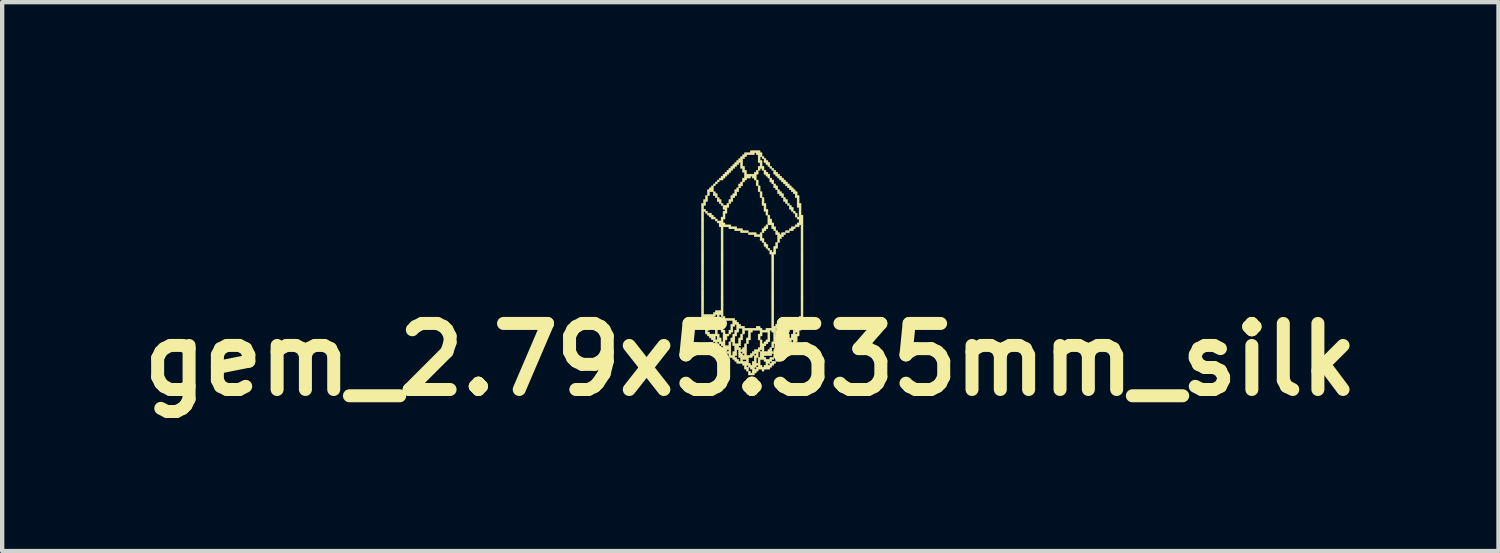
<source format=kicad_pcb>
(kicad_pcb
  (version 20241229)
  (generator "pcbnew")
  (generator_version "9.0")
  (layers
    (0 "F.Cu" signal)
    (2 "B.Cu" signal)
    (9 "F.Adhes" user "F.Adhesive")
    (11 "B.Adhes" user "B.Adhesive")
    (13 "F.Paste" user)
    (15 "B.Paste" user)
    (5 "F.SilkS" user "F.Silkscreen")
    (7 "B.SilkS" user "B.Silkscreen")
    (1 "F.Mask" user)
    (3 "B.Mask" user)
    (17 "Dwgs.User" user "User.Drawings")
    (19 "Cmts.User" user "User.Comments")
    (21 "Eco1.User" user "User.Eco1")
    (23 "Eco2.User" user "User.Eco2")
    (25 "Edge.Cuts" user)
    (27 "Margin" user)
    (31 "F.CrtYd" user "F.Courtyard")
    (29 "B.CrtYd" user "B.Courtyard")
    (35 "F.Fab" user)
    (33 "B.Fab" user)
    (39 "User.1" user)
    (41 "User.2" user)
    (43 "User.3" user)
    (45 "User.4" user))
  (footprint "gem_2.79x5.535mm_silk"
    (layer "F.Cu")
    (at 14.268 0.25)
    (property "Reference" "gem_2.79x5.535mm_silk" (at 0 5 0) (layer "F.SilkS") (effects (font (size 1.524 1.524) (thickness 0.3))))
    (attr through_hole)
    (fp_poly (pts (xy -1.125 1.395) (xy -1.08 1.395) (xy -1.08 1.44) (xy -1.125 1.44) (xy -1.125 1.395)) (stroke (width 0.01) (type solid)) (fill yes) (layer "F.SilkS"))
    (fp_poly (pts (xy -1.125 1.44) (xy -1.08 1.44) (xy -1.08 1.485) (xy -1.125 1.485) (xy -1.125 1.44)) (stroke (width 0.01) (type solid)) (fill yes) (layer "F.SilkS"))
    (fp_poly (pts (xy -1.125 1.485) (xy -1.08 1.485) (xy -1.08 1.53) (xy -1.125 1.53) (xy -1.125 1.485)) (stroke (width 0.01) (type solid)) (fill yes) (layer "F.SilkS"))
    (fp_poly (pts (xy -1.125 1.53) (xy -1.08 1.53) (xy -1.08 1.575) (xy -1.125 1.575) (xy -1.125 1.53)) (stroke (width 0.01) (type solid)) (fill yes) (layer "F.SilkS"))
    (fp_poly (pts (xy -1.125 1.575) (xy -1.08 1.575) (xy -1.08 1.62) (xy -1.125 1.62) (xy -1.125 1.575)) (stroke (width 0.01) (type solid)) (fill yes) (layer "F.SilkS"))
    (fp_poly (pts (xy -1.125 1.62) (xy -1.08 1.62) (xy -1.08 1.665) (xy -1.125 1.665) (xy -1.125 1.62)) (stroke (width 0.01) (type solid)) (fill yes) (layer "F.SilkS"))
    (fp_poly (pts (xy -1.125 1.665) (xy -1.08 1.665) (xy -1.08 1.71) (xy -1.125 1.71) (xy -1.125 1.665)) (stroke (width 0.01) (type solid)) (fill yes) (layer "F.SilkS"))
    (fp_poly (pts (xy -1.125 1.71) (xy -1.08 1.71) (xy -1.08 1.755) (xy -1.125 1.755) (xy -1.125 1.71)) (stroke (width 0.01) (type solid)) (fill yes) (layer "F.SilkS"))
    (fp_poly (pts (xy -1.125 1.755) (xy -1.08 1.755) (xy -1.08 1.8) (xy -1.125 1.8) (xy -1.125 1.755)) (stroke (width 0.01) (type solid)) (fill yes) (layer "F.SilkS"))
    (fp_poly (pts (xy -1.125 1.8) (xy -1.08 1.8) (xy -1.08 1.845) (xy -1.125 1.845) (xy -1.125 1.8)) (stroke (width 0.01) (type solid)) (fill yes) (layer "F.SilkS"))
    (fp_poly (pts (xy -1.125 1.845) (xy -1.08 1.845) (xy -1.08 1.89) (xy -1.125 1.89) (xy -1.125 1.845)) (stroke (width 0.01) (type solid)) (fill yes) (layer "F.SilkS"))
    (fp_poly (pts (xy -1.125 1.89) (xy -1.08 1.89) (xy -1.08 1.935) (xy -1.125 1.935) (xy -1.125 1.89)) (stroke (width 0.01) (type solid)) (fill yes) (layer "F.SilkS"))
    (fp_poly (pts (xy -1.125 1.935) (xy -1.08 1.935) (xy -1.08 1.98) (xy -1.125 1.98) (xy -1.125 1.935)) (stroke (width 0.01) (type solid)) (fill yes) (layer "F.SilkS"))
    (fp_poly (pts (xy -1.125 1.98) (xy -1.08 1.98) (xy -1.08 2.025) (xy -1.125 2.025) (xy -1.125 1.98)) (stroke (width 0.01) (type solid)) (fill yes) (layer "F.SilkS"))
    (fp_poly (pts (xy -1.125 2.025) (xy -1.08 2.025) (xy -1.08 2.07) (xy -1.125 2.07) (xy -1.125 2.025)) (stroke (width 0.01) (type solid)) (fill yes) (layer "F.SilkS"))
    (fp_poly (pts (xy -1.125 2.07) (xy -1.08 2.07) (xy -1.08 2.115) (xy -1.125 2.115) (xy -1.125 2.07)) (stroke (width 0.01) (type solid)) (fill yes) (layer "F.SilkS"))
    (fp_poly (pts (xy -1.125 2.115) (xy -1.08 2.115) (xy -1.08 2.16) (xy -1.125 2.16) (xy -1.125 2.115)) (stroke (width 0.01) (type solid)) (fill yes) (layer "F.SilkS"))
    (fp_poly (pts (xy -1.125 2.16) (xy -1.08 2.16) (xy -1.08 2.205) (xy -1.125 2.205) (xy -1.125 2.16)) (stroke (width 0.01) (type solid)) (fill yes) (layer "F.SilkS"))
    (fp_poly (pts (xy -1.125 2.205) (xy -1.08 2.205) (xy -1.08 2.25) (xy -1.125 2.25) (xy -1.125 2.205)) (stroke (width 0.01) (type solid)) (fill yes) (layer "F.SilkS"))
    (fp_poly (pts (xy -1.125 2.25) (xy -1.08 2.25) (xy -1.08 2.295) (xy -1.125 2.295) (xy -1.125 2.25)) (stroke (width 0.01) (type solid)) (fill yes) (layer "F.SilkS"))
    (fp_poly (pts (xy -1.125 2.295) (xy -1.08 2.295) (xy -1.08 2.34) (xy -1.125 2.34) (xy -1.125 2.295)) (stroke (width 0.01) (type solid)) (fill yes) (layer "F.SilkS"))
    (fp_poly (pts (xy -1.125 2.34) (xy -1.08 2.34) (xy -1.08 2.385) (xy -1.125 2.385) (xy -1.125 2.34)) (stroke (width 0.01) (type solid)) (fill yes) (layer "F.SilkS"))
    (fp_poly (pts (xy -1.125 2.385) (xy -1.08 2.385) (xy -1.08 2.43) (xy -1.125 2.43) (xy -1.125 2.385)) (stroke (width 0.01) (type solid)) (fill yes) (layer "F.SilkS"))
    (fp_poly (pts (xy -1.125 2.43) (xy -1.08 2.43) (xy -1.08 2.475) (xy -1.125 2.475) (xy -1.125 2.43)) (stroke (width 0.01) (type solid)) (fill yes) (layer "F.SilkS"))
    (fp_poly (pts (xy -1.125 2.475) (xy -1.08 2.475) (xy -1.08 2.52) (xy -1.125 2.52) (xy -1.125 2.475)) (stroke (width 0.01) (type solid)) (fill yes) (layer "F.SilkS"))
    (fp_poly (pts (xy -1.125 2.52) (xy -1.08 2.52) (xy -1.08 2.565) (xy -1.125 2.565) (xy -1.125 2.52)) (stroke (width 0.01) (type solid)) (fill yes) (layer "F.SilkS"))
    (fp_poly (pts (xy -1.125 2.565) (xy -1.08 2.565) (xy -1.08 2.61) (xy -1.125 2.61) (xy -1.125 2.565)) (stroke (width 0.01) (type solid)) (fill yes) (layer "F.SilkS"))
    (fp_poly (pts (xy -1.125 2.61) (xy -1.08 2.61) (xy -1.08 2.655) (xy -1.125 2.655) (xy -1.125 2.61)) (stroke (width 0.01) (type solid)) (fill yes) (layer "F.SilkS"))
    (fp_poly (pts (xy -1.125 2.655) (xy -1.08 2.655) (xy -1.08 2.7) (xy -1.125 2.7) (xy -1.125 2.655)) (stroke (width 0.01) (type solid)) (fill yes) (layer "F.SilkS"))
    (fp_poly (pts (xy -1.125 2.7) (xy -1.08 2.7) (xy -1.08 2.745) (xy -1.125 2.745) (xy -1.125 2.7)) (stroke (width 0.01) (type solid)) (fill yes) (layer "F.SilkS"))
    (fp_poly (pts (xy -1.125 2.745) (xy -1.08 2.745) (xy -1.08 2.79) (xy -1.125 2.79) (xy -1.125 2.745)) (stroke (width 0.01) (type solid)) (fill yes) (layer "F.SilkS"))
    (fp_poly (pts (xy -1.125 2.79) (xy -1.08 2.79) (xy -1.08 2.835) (xy -1.125 2.835) (xy -1.125 2.79)) (stroke (width 0.01) (type solid)) (fill yes) (layer "F.SilkS"))
    (fp_poly (pts (xy -1.125 2.835) (xy -1.08 2.835) (xy -1.08 2.88) (xy -1.125 2.88) (xy -1.125 2.835)) (stroke (width 0.01) (type solid)) (fill yes) (layer "F.SilkS"))
    (fp_poly (pts (xy -1.125 2.88) (xy -1.08 2.88) (xy -1.08 2.925) (xy -1.125 2.925) (xy -1.125 2.88)) (stroke (width 0.01) (type solid)) (fill yes) (layer "F.SilkS"))
    (fp_poly (pts (xy -1.125 2.925) (xy -1.08 2.925) (xy -1.08 2.97) (xy -1.125 2.97) (xy -1.125 2.925)) (stroke (width 0.01) (type solid)) (fill yes) (layer "F.SilkS"))
    (fp_poly (pts (xy -1.125 2.97) (xy -1.08 2.97) (xy -1.08 3.015) (xy -1.125 3.015) (xy -1.125 2.97)) (stroke (width 0.01) (type solid)) (fill yes) (layer "F.SilkS"))
    (fp_poly (pts (xy -1.125 3.015) (xy -1.08 3.015) (xy -1.08 3.06) (xy -1.125 3.06) (xy -1.125 3.015)) (stroke (width 0.01) (type solid)) (fill yes) (layer "F.SilkS"))
    (fp_poly (pts (xy -1.125 3.06) (xy -1.08 3.06) (xy -1.08 3.105) (xy -1.125 3.105) (xy -1.125 3.06)) (stroke (width 0.01) (type solid)) (fill yes) (layer "F.SilkS"))
    (fp_poly (pts (xy -1.125 3.105) (xy -1.08 3.105) (xy -1.08 3.15) (xy -1.125 3.15) (xy -1.125 3.105)) (stroke (width 0.01) (type solid)) (fill yes) (layer "F.SilkS"))
    (fp_poly (pts (xy -1.125 3.15) (xy -1.08 3.15) (xy -1.08 3.195) (xy -1.125 3.195) (xy -1.125 3.15)) (stroke (width 0.01) (type solid)) (fill yes) (layer "F.SilkS"))
    (fp_poly (pts (xy -1.125 3.195) (xy -1.08 3.195) (xy -1.08 3.24) (xy -1.125 3.24) (xy -1.125 3.195)) (stroke (width 0.01) (type solid)) (fill yes) (layer "F.SilkS"))
    (fp_poly (pts (xy -1.125 3.24) (xy -1.08 3.24) (xy -1.08 3.285) (xy -1.125 3.285) (xy -1.125 3.24)) (stroke (width 0.01) (type solid)) (fill yes) (layer "F.SilkS"))
    (fp_poly (pts (xy -1.125 3.285) (xy -1.08 3.285) (xy -1.08 3.33) (xy -1.125 3.33) (xy -1.125 3.285)) (stroke (width 0.01) (type solid)) (fill yes) (layer "F.SilkS"))
    (fp_poly (pts (xy -1.125 3.33) (xy -1.08 3.33) (xy -1.08 3.375) (xy -1.125 3.375) (xy -1.125 3.33)) (stroke (width 0.01) (type solid)) (fill yes) (layer "F.SilkS"))
    (fp_poly (pts (xy -1.125 3.375) (xy -1.08 3.375) (xy -1.08 3.42) (xy -1.125 3.42) (xy -1.125 3.375)) (stroke (width 0.01) (type solid)) (fill yes) (layer "F.SilkS"))
    (fp_poly (pts (xy -1.125 3.42) (xy -1.08 3.42) (xy -1.08 3.465) (xy -1.125 3.465) (xy -1.125 3.42)) (stroke (width 0.01) (type solid)) (fill yes) (layer "F.SilkS"))
    (fp_poly (pts (xy -1.125 3.465) (xy -1.08 3.465) (xy -1.08 3.51) (xy -1.125 3.51) (xy -1.125 3.465)) (stroke (width 0.01) (type solid)) (fill yes) (layer "F.SilkS"))
    (fp_poly (pts (xy -1.125 3.51) (xy -1.08 3.51) (xy -1.08 3.555) (xy -1.125 3.555) (xy -1.125 3.51)) (stroke (width 0.01) (type solid)) (fill yes) (layer "F.SilkS"))
    (fp_poly (pts (xy -1.125 3.555) (xy -1.08 3.555) (xy -1.08 3.6) (xy -1.125 3.6) (xy -1.125 3.555)) (stroke (width 0.01) (type solid)) (fill yes) (layer "F.SilkS"))
    (fp_poly (pts (xy -1.125 3.6) (xy -1.08 3.6) (xy -1.08 3.645) (xy -1.125 3.645) (xy -1.125 3.6)) (stroke (width 0.01) (type solid)) (fill yes) (layer "F.SilkS"))
    (fp_poly (pts (xy -1.125 3.645) (xy -1.08 3.645) (xy -1.08 3.69) (xy -1.125 3.69) (xy -1.125 3.645)) (stroke (width 0.01) (type solid)) (fill yes) (layer "F.SilkS"))
    (fp_poly (pts (xy -1.125 3.69) (xy -1.08 3.69) (xy -1.08 3.735) (xy -1.125 3.735) (xy -1.125 3.69)) (stroke (width 0.01) (type solid)) (fill yes) (layer "F.SilkS"))
    (fp_poly (pts (xy -1.125 3.735) (xy -1.08 3.735) (xy -1.08 3.78) (xy -1.125 3.78) (xy -1.125 3.735)) (stroke (width 0.01) (type solid)) (fill yes) (layer "F.SilkS"))
    (fp_poly (pts (xy -1.125 3.78) (xy -1.08 3.78) (xy -1.08 3.825) (xy -1.125 3.825) (xy -1.125 3.78)) (stroke (width 0.01) (type solid)) (fill yes) (layer "F.SilkS"))
    (fp_poly (pts (xy -1.125 3.825) (xy -1.08 3.825) (xy -1.08 3.87) (xy -1.125 3.87) (xy -1.125 3.825)) (stroke (width 0.01) (type solid)) (fill yes) (layer "F.SilkS"))
    (fp_poly (pts (xy -1.125 3.87) (xy -1.08 3.87) (xy -1.08 3.915) (xy -1.125 3.915) (xy -1.125 3.87)) (stroke (width 0.01) (type solid)) (fill yes) (layer "F.SilkS"))
    (fp_poly (pts (xy -1.125 3.915) (xy -1.08 3.915) (xy -1.08 3.96) (xy -1.125 3.96) (xy -1.125 3.915)) (stroke (width 0.01) (type solid)) (fill yes) (layer "F.SilkS"))
    (fp_poly (pts (xy -1.125 3.96) (xy -1.08 3.96) (xy -1.08 4.005) (xy -1.125 4.005) (xy -1.125 3.96)) (stroke (width 0.01) (type solid)) (fill yes) (layer "F.SilkS"))
    (fp_poly (pts (xy -1.125 4.005) (xy -1.08 4.005) (xy -1.08 4.05) (xy -1.125 4.05) (xy -1.125 4.005)) (stroke (width 0.01) (type solid)) (fill yes) (layer "F.SilkS"))
    (fp_poly (pts (xy -1.125 4.05) (xy -1.08 4.05) (xy -1.08 4.095) (xy -1.125 4.095) (xy -1.125 4.05)) (stroke (width 0.01) (type solid)) (fill yes) (layer "F.SilkS"))
    (fp_poly (pts (xy -1.125 4.095) (xy -1.08 4.095) (xy -1.08 4.14) (xy -1.125 4.14) (xy -1.125 4.095)) (stroke (width 0.01) (type solid)) (fill yes) (layer "F.SilkS"))
    (fp_poly (pts (xy -1.08 1.305) (xy -1.035 1.305) (xy -1.035 1.35) (xy -1.08 1.35) (xy -1.08 1.305)) (stroke (width 0.01) (type solid)) (fill yes) (layer "F.SilkS"))
    (fp_poly (pts (xy -1.08 1.35) (xy -1.035 1.35) (xy -1.035 1.395) (xy -1.08 1.395) (xy -1.08 1.35)) (stroke (width 0.01) (type solid)) (fill yes) (layer "F.SilkS"))
    (fp_poly (pts (xy -1.08 1.395) (xy -1.035 1.395) (xy -1.035 1.44) (xy -1.08 1.44) (xy -1.08 1.395)) (stroke (width 0.01) (type solid)) (fill yes) (layer "F.SilkS"))
    (fp_poly (pts (xy -1.08 1.53) (xy -1.035 1.53) (xy -1.035 1.575) (xy -1.08 1.575) (xy -1.08 1.53)) (stroke (width 0.01) (type solid)) (fill yes) (layer "F.SilkS"))
    (fp_poly (pts (xy -1.08 3.96) (xy -1.035 3.96) (xy -1.035 4.005) (xy -1.08 4.005) (xy -1.08 3.96)) (stroke (width 0.01) (type solid)) (fill yes) (layer "F.SilkS"))
    (fp_poly (pts (xy -1.08 4.005) (xy -1.035 4.005) (xy -1.035 4.05) (xy -1.08 4.05) (xy -1.08 4.005)) (stroke (width 0.01) (type solid)) (fill yes) (layer "F.SilkS"))
    (fp_poly (pts (xy -1.08 4.095) (xy -1.035 4.095) (xy -1.035 4.14) (xy -1.08 4.14) (xy -1.08 4.095)) (stroke (width 0.01) (type solid)) (fill yes) (layer "F.SilkS"))
    (fp_poly (pts (xy -1.08 4.14) (xy -1.035 4.14) (xy -1.035 4.185) (xy -1.08 4.185) (xy -1.08 4.14)) (stroke (width 0.01) (type solid)) (fill yes) (layer "F.SilkS"))
    (fp_poly (pts (xy -1.08 4.185) (xy -1.035 4.185) (xy -1.035 4.23) (xy -1.08 4.23) (xy -1.08 4.185)) (stroke (width 0.01) (type solid)) (fill yes) (layer "F.SilkS"))
    (fp_poly (pts (xy -1.08 4.23) (xy -1.035 4.23) (xy -1.035 4.275) (xy -1.08 4.275) (xy -1.08 4.23)) (stroke (width 0.01) (type solid)) (fill yes) (layer "F.SilkS"))
    (fp_poly (pts (xy -1.035 1.215) (xy -0.99 1.215) (xy -0.99 1.26) (xy -1.035 1.26) (xy -1.035 1.215)) (stroke (width 0.01) (type solid)) (fill yes) (layer "F.SilkS"))
    (fp_poly (pts (xy -1.035 1.26) (xy -0.99 1.26) (xy -0.99 1.305) (xy -1.035 1.305) (xy -1.035 1.26)) (stroke (width 0.01) (type solid)) (fill yes) (layer "F.SilkS"))
    (fp_poly (pts (xy -1.035 1.305) (xy -0.99 1.305) (xy -0.99 1.35) (xy -1.035 1.35) (xy -1.035 1.305)) (stroke (width 0.01) (type solid)) (fill yes) (layer "F.SilkS"))
    (fp_poly (pts (xy -1.035 1.575) (xy -0.99 1.575) (xy -0.99 1.62) (xy -1.035 1.62) (xy -1.035 1.575)) (stroke (width 0.01) (type solid)) (fill yes) (layer "F.SilkS"))
    (fp_poly (pts (xy -1.035 3.96) (xy -0.99 3.96) (xy -0.99 4.005) (xy -1.035 4.005) (xy -1.035 3.96)) (stroke (width 0.01) (type solid)) (fill yes) (layer "F.SilkS"))
    (fp_poly (pts (xy -1.035 4.005) (xy -0.99 4.005) (xy -0.99 4.05) (xy -1.035 4.05) (xy -1.035 4.005)) (stroke (width 0.01) (type solid)) (fill yes) (layer "F.SilkS"))
    (fp_poly (pts (xy -1.035 4.23) (xy -0.99 4.23) (xy -0.99 4.275) (xy -1.035 4.275) (xy -1.035 4.23)) (stroke (width 0.01) (type solid)) (fill yes) (layer "F.SilkS"))
    (fp_poly (pts (xy -1.035 4.275) (xy -0.99 4.275) (xy -0.99 4.32) (xy -1.035 4.32) (xy -1.035 4.275)) (stroke (width 0.01) (type solid)) (fill yes) (layer "F.SilkS"))
    (fp_poly (pts (xy -1.035 4.32) (xy -0.99 4.32) (xy -0.99 4.365) (xy -1.035 4.365) (xy -1.035 4.32)) (stroke (width 0.01) (type solid)) (fill yes) (layer "F.SilkS"))
    (fp_poly (pts (xy -1.035 4.365) (xy -0.99 4.365) (xy -0.99 4.41) (xy -1.035 4.41) (xy -1.035 4.365)) (stroke (width 0.01) (type solid)) (fill yes) (layer "F.SilkS"))
    (fp_poly (pts (xy -0.99 1.08) (xy -0.945 1.08) (xy -0.945 1.125) (xy -0.99 1.125) (xy -0.99 1.08)) (stroke (width 0.01) (type solid)) (fill yes) (layer "F.SilkS"))
    (fp_poly (pts (xy -0.99 1.125) (xy -0.945 1.125) (xy -0.945 1.17) (xy -0.99 1.17) (xy -0.99 1.125)) (stroke (width 0.01) (type solid)) (fill yes) (layer "F.SilkS"))
    (fp_poly (pts (xy -0.99 1.17) (xy -0.945 1.17) (xy -0.945 1.215) (xy -0.99 1.215) (xy -0.99 1.17)) (stroke (width 0.01) (type solid)) (fill yes) (layer "F.SilkS"))
    (fp_poly (pts (xy -0.99 1.62) (xy -0.945 1.62) (xy -0.945 1.665) (xy -0.99 1.665) (xy -0.99 1.62)) (stroke (width 0.01) (type solid)) (fill yes) (layer "F.SilkS"))
    (fp_poly (pts (xy -0.99 3.96) (xy -0.945 3.96) (xy -0.945 4.005) (xy -0.99 4.005) (xy -0.99 3.96)) (stroke (width 0.01) (type solid)) (fill yes) (layer "F.SilkS"))
    (fp_poly (pts (xy -0.99 4.005) (xy -0.945 4.005) (xy -0.945 4.05) (xy -0.99 4.05) (xy -0.99 4.005)) (stroke (width 0.01) (type solid)) (fill yes) (layer "F.SilkS"))
    (fp_poly (pts (xy -0.99 4.23) (xy -0.945 4.23) (xy -0.945 4.275) (xy -0.99 4.275) (xy -0.99 4.23)) (stroke (width 0.01) (type solid)) (fill yes) (layer "F.SilkS"))
    (fp_poly (pts (xy -0.99 4.275) (xy -0.945 4.275) (xy -0.945 4.32) (xy -0.99 4.32) (xy -0.99 4.275)) (stroke (width 0.01) (type solid)) (fill yes) (layer "F.SilkS"))
    (fp_poly (pts (xy -0.99 4.365) (xy -0.945 4.365) (xy -0.945 4.41) (xy -0.99 4.41) (xy -0.99 4.365)) (stroke (width 0.01) (type solid)) (fill yes) (layer "F.SilkS"))
    (fp_poly (pts (xy -0.99 4.41) (xy -0.945 4.41) (xy -0.945 4.455) (xy -0.99 4.455) (xy -0.99 4.41)) (stroke (width 0.01) (type solid)) (fill yes) (layer "F.SilkS"))
    (fp_poly (pts (xy -0.945 1.035) (xy -0.9 1.035) (xy -0.9 1.08) (xy -0.945 1.08) (xy -0.945 1.035)) (stroke (width 0.01) (type solid)) (fill yes) (layer "F.SilkS"))
    (fp_poly (pts (xy -0.945 1.08) (xy -0.9 1.08) (xy -0.9 1.125) (xy -0.945 1.125) (xy -0.945 1.08)) (stroke (width 0.01) (type solid)) (fill yes) (layer "F.SilkS"))
    (fp_poly (pts (xy -0.945 1.62) (xy -0.9 1.62) (xy -0.9 1.665) (xy -0.945 1.665) (xy -0.945 1.62)) (stroke (width 0.01) (type solid)) (fill yes) (layer "F.SilkS"))
    (fp_poly (pts (xy -0.945 1.665) (xy -0.9 1.665) (xy -0.9 1.71) (xy -0.945 1.71) (xy -0.945 1.665)) (stroke (width 0.01) (type solid)) (fill yes) (layer "F.SilkS"))
    (fp_poly (pts (xy -0.945 3.96) (xy -0.9 3.96) (xy -0.9 4.005) (xy -0.945 4.005) (xy -0.945 3.96)) (stroke (width 0.01) (type solid)) (fill yes) (layer "F.SilkS"))
    (fp_poly (pts (xy -0.945 4.005) (xy -0.9 4.005) (xy -0.9 4.05) (xy -0.945 4.05) (xy -0.945 4.005)) (stroke (width 0.01) (type solid)) (fill yes) (layer "F.SilkS"))
    (fp_poly (pts (xy -0.945 4.14) (xy -0.9 4.14) (xy -0.9 4.185) (xy -0.945 4.185) (xy -0.945 4.14)) (stroke (width 0.01) (type solid)) (fill yes) (layer "F.SilkS"))
    (fp_poly (pts (xy -0.945 4.185) (xy -0.9 4.185) (xy -0.9 4.23) (xy -0.945 4.23) (xy -0.945 4.185)) (stroke (width 0.01) (type solid)) (fill yes) (layer "F.SilkS"))
    (fp_poly (pts (xy -0.945 4.41) (xy -0.9 4.41) (xy -0.9 4.455) (xy -0.945 4.455) (xy -0.945 4.41)) (stroke (width 0.01) (type solid)) (fill yes) (layer "F.SilkS"))
    (fp_poly (pts (xy -0.945 4.455) (xy -0.9 4.455) (xy -0.9 4.5) (xy -0.945 4.5) (xy -0.945 4.455)) (stroke (width 0.01) (type solid)) (fill yes) (layer "F.SilkS"))
    (fp_poly (pts (xy -0.9 0.99) (xy -0.855 0.99) (xy -0.855 1.035) (xy -0.9 1.035) (xy -0.9 0.99)) (stroke (width 0.01) (type solid)) (fill yes) (layer "F.SilkS"))
    (fp_poly (pts (xy -0.9 1.035) (xy -0.855 1.035) (xy -0.855 1.08) (xy -0.9 1.08) (xy -0.9 1.035)) (stroke (width 0.01) (type solid)) (fill yes) (layer "F.SilkS"))
    (fp_poly (pts (xy -0.9 1.08) (xy -0.855 1.08) (xy -0.855 1.125) (xy -0.9 1.125) (xy -0.9 1.08)) (stroke (width 0.01) (type solid)) (fill yes) (layer "F.SilkS"))
    (fp_poly (pts (xy -0.9 1.665) (xy -0.855 1.665) (xy -0.855 1.71) (xy -0.9 1.71) (xy -0.9 1.665)) (stroke (width 0.01) (type solid)) (fill yes) (layer "F.SilkS"))
    (fp_poly (pts (xy -0.9 1.71) (xy -0.855 1.71) (xy -0.855 1.755) (xy -0.9 1.755) (xy -0.9 1.71)) (stroke (width 0.01) (type solid)) (fill yes) (layer "F.SilkS"))
    (fp_poly (pts (xy -0.9 3.96) (xy -0.855 3.96) (xy -0.855 4.005) (xy -0.9 4.005) (xy -0.9 3.96)) (stroke (width 0.01) (type solid)) (fill yes) (layer "F.SilkS"))
    (fp_poly (pts (xy -0.9 4.005) (xy -0.855 4.005) (xy -0.855 4.05) (xy -0.9 4.05) (xy -0.9 4.005)) (stroke (width 0.01) (type solid)) (fill yes) (layer "F.SilkS"))
    (fp_poly (pts (xy -0.9 4.05) (xy -0.855 4.05) (xy -0.855 4.095) (xy -0.9 4.095) (xy -0.9 4.05)) (stroke (width 0.01) (type solid)) (fill yes) (layer "F.SilkS"))
    (fp_poly (pts (xy -0.9 4.095) (xy -0.855 4.095) (xy -0.855 4.14) (xy -0.9 4.14) (xy -0.9 4.095)) (stroke (width 0.01) (type solid)) (fill yes) (layer "F.SilkS"))
    (fp_poly (pts (xy -0.9 4.14) (xy -0.855 4.14) (xy -0.855 4.185) (xy -0.9 4.185) (xy -0.9 4.14)) (stroke (width 0.01) (type solid)) (fill yes) (layer "F.SilkS"))
    (fp_poly (pts (xy -0.9 4.41) (xy -0.855 4.41) (xy -0.855 4.455) (xy -0.9 4.455) (xy -0.9 4.41)) (stroke (width 0.01) (type solid)) (fill yes) (layer "F.SilkS"))
    (fp_poly (pts (xy -0.9 4.455) (xy -0.855 4.455) (xy -0.855 4.5) (xy -0.9 4.5) (xy -0.9 4.455)) (stroke (width 0.01) (type solid)) (fill yes) (layer "F.SilkS"))
    (fp_poly (pts (xy -0.9 4.5) (xy -0.855 4.5) (xy -0.855 4.545) (xy -0.9 4.545) (xy -0.9 4.5)) (stroke (width 0.01) (type solid)) (fill yes) (layer "F.SilkS"))
    (fp_poly (pts (xy -0.855 0.945) (xy -0.81 0.945) (xy -0.81 0.99) (xy -0.855 0.99) (xy -0.855 0.945)) (stroke (width 0.01) (type solid)) (fill yes) (layer "F.SilkS"))
    (fp_poly (pts (xy -0.855 1.125) (xy -0.81 1.125) (xy -0.81 1.17) (xy -0.855 1.17) (xy -0.855 1.125)) (stroke (width 0.01) (type solid)) (fill yes) (layer "F.SilkS"))
    (fp_poly (pts (xy -0.855 1.17) (xy -0.81 1.17) (xy -0.81 1.215) (xy -0.855 1.215) (xy -0.855 1.17)) (stroke (width 0.01) (type solid)) (fill yes) (layer "F.SilkS"))
    (fp_poly (pts (xy -0.855 1.71) (xy -0.81 1.71) (xy -0.81 1.755) (xy -0.855 1.755) (xy -0.855 1.71)) (stroke (width 0.01) (type solid)) (fill yes) (layer "F.SilkS"))
    (fp_poly (pts (xy -0.855 3.915) (xy -0.81 3.915) (xy -0.81 3.96) (xy -0.855 3.96) (xy -0.855 3.915)) (stroke (width 0.01) (type solid)) (fill yes) (layer "F.SilkS"))
    (fp_poly (pts (xy -0.855 3.96) (xy -0.81 3.96) (xy -0.81 4.005) (xy -0.855 4.005) (xy -0.855 3.96)) (stroke (width 0.01) (type solid)) (fill yes) (layer "F.SilkS"))
    (fp_poly (pts (xy -0.855 4.41) (xy -0.81 4.41) (xy -0.81 4.455) (xy -0.855 4.455) (xy -0.855 4.41)) (stroke (width 0.01) (type solid)) (fill yes) (layer "F.SilkS"))
    (fp_poly (pts (xy -0.855 4.455) (xy -0.81 4.455) (xy -0.81 4.5) (xy -0.855 4.5) (xy -0.855 4.455)) (stroke (width 0.01) (type solid)) (fill yes) (layer "F.SilkS"))
    (fp_poly (pts (xy -0.855 4.5) (xy -0.81 4.5) (xy -0.81 4.545) (xy -0.855 4.545) (xy -0.855 4.5)) (stroke (width 0.01) (type solid)) (fill yes) (layer "F.SilkS"))
    (fp_poly (pts (xy -0.855 4.545) (xy -0.81 4.545) (xy -0.81 4.59) (xy -0.855 4.59) (xy -0.855 4.545)) (stroke (width 0.01) (type solid)) (fill yes) (layer "F.SilkS"))
    (fp_poly (pts (xy -0.81 0.9) (xy -0.765 0.9) (xy -0.765 0.945) (xy -0.81 0.945) (xy -0.81 0.9)) (stroke (width 0.01) (type solid)) (fill yes) (layer "F.SilkS"))
    (fp_poly (pts (xy -0.81 1.17) (xy -0.765 1.17) (xy -0.765 1.215) (xy -0.81 1.215) (xy -0.81 1.17)) (stroke (width 0.01) (type solid)) (fill yes) (layer "F.SilkS"))
    (fp_poly (pts (xy -0.81 1.215) (xy -0.765 1.215) (xy -0.765 1.26) (xy -0.81 1.26) (xy -0.81 1.215)) (stroke (width 0.01) (type solid)) (fill yes) (layer "F.SilkS"))
    (fp_poly (pts (xy -0.81 1.755) (xy -0.765 1.755) (xy -0.765 1.8) (xy -0.81 1.8) (xy -0.81 1.755)) (stroke (width 0.01) (type solid)) (fill yes) (layer "F.SilkS"))
    (fp_poly (pts (xy -0.81 3.87) (xy -0.765 3.87) (xy -0.765 3.915) (xy -0.81 3.915) (xy -0.81 3.87)) (stroke (width 0.01) (type solid)) (fill yes) (layer "F.SilkS"))
    (fp_poly (pts (xy -0.81 3.915) (xy -0.765 3.915) (xy -0.765 3.96) (xy -0.81 3.96) (xy -0.81 3.915)) (stroke (width 0.01) (type solid)) (fill yes) (layer "F.SilkS"))
    (fp_poly (pts (xy -0.81 4.14) (xy -0.765 4.14) (xy -0.765 4.185) (xy -0.81 4.185) (xy -0.81 4.14)) (stroke (width 0.01) (type solid)) (fill yes) (layer "F.SilkS"))
    (fp_poly (pts (xy -0.81 4.185) (xy -0.765 4.185) (xy -0.765 4.23) (xy -0.81 4.23) (xy -0.81 4.185)) (stroke (width 0.01) (type solid)) (fill yes) (layer "F.SilkS"))
    (fp_poly (pts (xy -0.81 4.23) (xy -0.765 4.23) (xy -0.765 4.275) (xy -0.81 4.275) (xy -0.81 4.23)) (stroke (width 0.01) (type solid)) (fill yes) (layer "F.SilkS"))
    (fp_poly (pts (xy -0.81 4.275) (xy -0.765 4.275) (xy -0.765 4.32) (xy -0.81 4.32) (xy -0.81 4.275)) (stroke (width 0.01) (type solid)) (fill yes) (layer "F.SilkS"))
    (fp_poly (pts (xy -0.81 4.32) (xy -0.765 4.32) (xy -0.765 4.365) (xy -0.81 4.365) (xy -0.81 4.32)) (stroke (width 0.01) (type solid)) (fill yes) (layer "F.SilkS"))
    (fp_poly (pts (xy -0.81 4.365) (xy -0.765 4.365) (xy -0.765 4.41) (xy -0.81 4.41) (xy -0.81 4.365)) (stroke (width 0.01) (type solid)) (fill yes) (layer "F.SilkS"))
    (fp_poly (pts (xy -0.81 4.41) (xy -0.765 4.41) (xy -0.765 4.455) (xy -0.81 4.455) (xy -0.81 4.41)) (stroke (width 0.01) (type solid)) (fill yes) (layer "F.SilkS"))
    (fp_poly (pts (xy -0.81 4.545) (xy -0.765 4.545) (xy -0.765 4.59) (xy -0.81 4.59) (xy -0.81 4.545)) (stroke (width 0.01) (type solid)) (fill yes) (layer "F.SilkS"))
    (fp_poly (pts (xy -0.81 4.59) (xy -0.765 4.59) (xy -0.765 4.635) (xy -0.81 4.635) (xy -0.81 4.59)) (stroke (width 0.01) (type solid)) (fill yes) (layer "F.SilkS"))
    (fp_poly (pts (xy -0.81 4.635) (xy -0.765 4.635) (xy -0.765 4.68) (xy -0.81 4.68) (xy -0.81 4.635)) (stroke (width 0.01) (type solid)) (fill yes) (layer "F.SilkS"))
    (fp_poly (pts (xy -0.765 0.855) (xy -0.72 0.855) (xy -0.72 0.9) (xy -0.765 0.9) (xy -0.765 0.855)) (stroke (width 0.01) (type solid)) (fill yes) (layer "F.SilkS"))
    (fp_poly (pts (xy -0.765 1.26) (xy -0.72 1.26) (xy -0.72 1.305) (xy -0.765 1.305) (xy -0.765 1.26)) (stroke (width 0.01) (type solid)) (fill yes) (layer "F.SilkS"))
    (fp_poly (pts (xy -0.765 1.305) (xy -0.72 1.305) (xy -0.72 1.35) (xy -0.765 1.35) (xy -0.765 1.305)) (stroke (width 0.01) (type solid)) (fill yes) (layer "F.SilkS"))
    (fp_poly (pts (xy -0.765 1.8) (xy -0.72 1.8) (xy -0.72 1.845) (xy -0.765 1.845) (xy -0.765 1.8)) (stroke (width 0.01) (type solid)) (fill yes) (layer "F.SilkS"))
    (fp_poly (pts (xy -0.765 3.87) (xy -0.72 3.87) (xy -0.72 3.915) (xy -0.765 3.915) (xy -0.765 3.87)) (stroke (width 0.01) (type solid)) (fill yes) (layer "F.SilkS"))
    (fp_poly (pts (xy -0.765 3.915) (xy -0.72 3.915) (xy -0.72 3.96) (xy -0.765 3.96) (xy -0.765 3.915)) (stroke (width 0.01) (type solid)) (fill yes) (layer "F.SilkS"))
    (fp_poly (pts (xy -0.765 3.96) (xy -0.72 3.96) (xy -0.72 4.005) (xy -0.765 4.005) (xy -0.765 3.96)) (stroke (width 0.01) (type solid)) (fill yes) (layer "F.SilkS"))
    (fp_poly (pts (xy -0.765 4.005) (xy -0.72 4.005) (xy -0.72 4.05) (xy -0.765 4.05) (xy -0.765 4.005)) (stroke (width 0.01) (type solid)) (fill yes) (layer "F.SilkS"))
    (fp_poly (pts (xy -0.765 4.05) (xy -0.72 4.05) (xy -0.72 4.095) (xy -0.765 4.095) (xy -0.765 4.05)) (stroke (width 0.01) (type solid)) (fill yes) (layer "F.SilkS"))
    (fp_poly (pts (xy -0.765 4.095) (xy -0.72 4.095) (xy -0.72 4.14) (xy -0.765 4.14) (xy -0.765 4.095)) (stroke (width 0.01) (type solid)) (fill yes) (layer "F.SilkS"))
    (fp_poly (pts (xy -0.765 4.14) (xy -0.72 4.14) (xy -0.72 4.185) (xy -0.765 4.185) (xy -0.765 4.14)) (stroke (width 0.01) (type solid)) (fill yes) (layer "F.SilkS"))
    (fp_poly (pts (xy -0.765 4.41) (xy -0.72 4.41) (xy -0.72 4.455) (xy -0.765 4.455) (xy -0.765 4.41)) (stroke (width 0.01) (type solid)) (fill yes) (layer "F.SilkS"))
    (fp_poly (pts (xy -0.765 4.455) (xy -0.72 4.455) (xy -0.72 4.5) (xy -0.765 4.5) (xy -0.765 4.455)) (stroke (width 0.01) (type solid)) (fill yes) (layer "F.SilkS"))
    (fp_poly (pts (xy -0.765 4.5) (xy -0.72 4.5) (xy -0.72 4.545) (xy -0.765 4.545) (xy -0.765 4.5)) (stroke (width 0.01) (type solid)) (fill yes) (layer "F.SilkS"))
    (fp_poly (pts (xy -0.765 4.545) (xy -0.72 4.545) (xy -0.72 4.59) (xy -0.765 4.59) (xy -0.765 4.545)) (stroke (width 0.01) (type solid)) (fill yes) (layer "F.SilkS"))
    (fp_poly (pts (xy -0.765 4.635) (xy -0.72 4.635) (xy -0.72 4.68) (xy -0.765 4.68) (xy -0.765 4.635)) (stroke (width 0.01) (type solid)) (fill yes) (layer "F.SilkS"))
    (fp_poly (pts (xy -0.765 4.68) (xy -0.72 4.68) (xy -0.72 4.725) (xy -0.765 4.725) (xy -0.765 4.68)) (stroke (width 0.01) (type solid)) (fill yes) (layer "F.SilkS"))
    (fp_poly (pts (xy -0.72 0.81) (xy -0.675 0.81) (xy -0.675 0.855) (xy -0.72 0.855) (xy -0.72 0.81)) (stroke (width 0.01) (type solid)) (fill yes) (layer "F.SilkS"))
    (fp_poly (pts (xy -0.72 1.305) (xy -0.675 1.305) (xy -0.675 1.35) (xy -0.72 1.35) (xy -0.72 1.305)) (stroke (width 0.01) (type solid)) (fill yes) (layer "F.SilkS"))
    (fp_poly (pts (xy -0.72 1.35) (xy -0.675 1.35) (xy -0.675 1.395) (xy -0.72 1.395) (xy -0.72 1.35)) (stroke (width 0.01) (type solid)) (fill yes) (layer "F.SilkS"))
    (fp_poly (pts (xy -0.72 1.8) (xy -0.675 1.8) (xy -0.675 1.845) (xy -0.72 1.845) (xy -0.72 1.8)) (stroke (width 0.01) (type solid)) (fill yes) (layer "F.SilkS"))
    (fp_poly (pts (xy -0.72 1.845) (xy -0.675 1.845) (xy -0.675 1.89) (xy -0.72 1.89) (xy -0.72 1.845)) (stroke (width 0.01) (type solid)) (fill yes) (layer "F.SilkS"))
    (fp_poly (pts (xy -0.72 1.89) (xy -0.675 1.89) (xy -0.675 1.935) (xy -0.72 1.935) (xy -0.72 1.89)) (stroke (width 0.01) (type solid)) (fill yes) (layer "F.SilkS"))
    (fp_poly (pts (xy -0.72 3.87) (xy -0.675 3.87) (xy -0.675 3.915) (xy -0.72 3.915) (xy -0.72 3.87)) (stroke (width 0.01) (type solid)) (fill yes) (layer "F.SilkS"))
    (fp_poly (pts (xy -0.72 3.915) (xy -0.675 3.915) (xy -0.675 3.96) (xy -0.72 3.96) (xy -0.72 3.915)) (stroke (width 0.01) (type solid)) (fill yes) (layer "F.SilkS"))
    (fp_poly (pts (xy -0.72 4.05) (xy -0.675 4.05) (xy -0.675 4.095) (xy -0.72 4.095) (xy -0.72 4.05)) (stroke (width 0.01) (type solid)) (fill yes) (layer "F.SilkS"))
    (fp_poly (pts (xy -0.72 4.5) (xy -0.675 4.5) (xy -0.675 4.545) (xy -0.72 4.545) (xy -0.72 4.5)) (stroke (width 0.01) (type solid)) (fill yes) (layer "F.SilkS"))
    (fp_poly (pts (xy -0.72 4.545) (xy -0.675 4.545) (xy -0.675 4.59) (xy -0.72 4.59) (xy -0.72 4.545)) (stroke (width 0.01) (type solid)) (fill yes) (layer "F.SilkS"))
    (fp_poly (pts (xy -0.72 4.59) (xy -0.675 4.59) (xy -0.675 4.635) (xy -0.72 4.635) (xy -0.72 4.59)) (stroke (width 0.01) (type solid)) (fill yes) (layer "F.SilkS"))
    (fp_poly (pts (xy -0.72 4.725) (xy -0.675 4.725) (xy -0.675 4.77) (xy -0.72 4.77) (xy -0.72 4.725)) (stroke (width 0.01) (type solid)) (fill yes) (layer "F.SilkS"))
    (fp_poly (pts (xy -0.675 0.765) (xy -0.63 0.765) (xy -0.63 0.81) (xy -0.675 0.81) (xy -0.675 0.765)) (stroke (width 0.01) (type solid)) (fill yes) (layer "F.SilkS"))
    (fp_poly (pts (xy -0.675 0.81) (xy -0.63 0.81) (xy -0.63 0.855) (xy -0.675 0.855) (xy -0.675 0.81)) (stroke (width 0.01) (type solid)) (fill yes) (layer "F.SilkS"))
    (fp_poly (pts (xy -0.675 1.395) (xy -0.63 1.395) (xy -0.63 1.44) (xy -0.675 1.44) (xy -0.675 1.395)) (stroke (width 0.01) (type solid)) (fill yes) (layer "F.SilkS"))
    (fp_poly (pts (xy -0.675 1.71) (xy -0.63 1.71) (xy -0.63 1.755) (xy -0.675 1.755) (xy -0.675 1.71)) (stroke (width 0.01) (type solid)) (fill yes) (layer "F.SilkS"))
    (fp_poly (pts (xy -0.675 1.755) (xy -0.63 1.755) (xy -0.63 1.8) (xy -0.675 1.8) (xy -0.675 1.755)) (stroke (width 0.01) (type solid)) (fill yes) (layer "F.SilkS"))
    (fp_poly (pts (xy -0.675 1.8) (xy -0.63 1.8) (xy -0.63 1.845) (xy -0.675 1.845) (xy -0.675 1.8)) (stroke (width 0.01) (type solid)) (fill yes) (layer "F.SilkS"))
    (fp_poly (pts (xy -0.675 1.845) (xy -0.63 1.845) (xy -0.63 1.89) (xy -0.675 1.89) (xy -0.675 1.845)) (stroke (width 0.01) (type solid)) (fill yes) (layer "F.SilkS"))
    (fp_poly (pts (xy -0.675 1.89) (xy -0.63 1.89) (xy -0.63 1.935) (xy -0.675 1.935) (xy -0.675 1.89)) (stroke (width 0.01) (type solid)) (fill yes) (layer "F.SilkS"))
    (fp_poly (pts (xy -0.675 1.935) (xy -0.63 1.935) (xy -0.63 1.98) (xy -0.675 1.98) (xy -0.675 1.935)) (stroke (width 0.01) (type solid)) (fill yes) (layer "F.SilkS"))
    (fp_poly (pts (xy -0.675 1.98) (xy -0.63 1.98) (xy -0.63 2.025) (xy -0.675 2.025) (xy -0.675 1.98)) (stroke (width 0.01) (type solid)) (fill yes) (layer "F.SilkS"))
    (fp_poly (pts (xy -0.675 2.025) (xy -0.63 2.025) (xy -0.63 2.07) (xy -0.675 2.07) (xy -0.675 2.025)) (stroke (width 0.01) (type solid)) (fill yes) (layer "F.SilkS"))
    (fp_poly (pts (xy -0.675 2.07) (xy -0.63 2.07) (xy -0.63 2.115) (xy -0.675 2.115) (xy -0.675 2.07)) (stroke (width 0.01) (type solid)) (fill yes) (layer "F.SilkS"))
    (fp_poly (pts (xy -0.675 2.115) (xy -0.63 2.115) (xy -0.63 2.16) (xy -0.675 2.16) (xy -0.675 2.115)) (stroke (width 0.01) (type solid)) (fill yes) (layer "F.SilkS"))
    (fp_poly (pts (xy -0.675 2.16) (xy -0.63 2.16) (xy -0.63 2.205) (xy -0.675 2.205) (xy -0.675 2.16)) (stroke (width 0.01) (type solid)) (fill yes) (layer "F.SilkS"))
    (fp_poly (pts (xy -0.675 2.205) (xy -0.63 2.205) (xy -0.63 2.25) (xy -0.675 2.25) (xy -0.675 2.205)) (stroke (width 0.01) (type solid)) (fill yes) (layer "F.SilkS"))
    (fp_poly (pts (xy -0.675 2.25) (xy -0.63 2.25) (xy -0.63 2.295) (xy -0.675 2.295) (xy -0.675 2.25)) (stroke (width 0.01) (type solid)) (fill yes) (layer "F.SilkS"))
    (fp_poly (pts (xy -0.675 2.295) (xy -0.63 2.295) (xy -0.63 2.34) (xy -0.675 2.34) (xy -0.675 2.295)) (stroke (width 0.01) (type solid)) (fill yes) (layer "F.SilkS"))
    (fp_poly (pts (xy -0.675 2.34) (xy -0.63 2.34) (xy -0.63 2.385) (xy -0.675 2.385) (xy -0.675 2.34)) (stroke (width 0.01) (type solid)) (fill yes) (layer "F.SilkS"))
    (fp_poly (pts (xy -0.675 2.385) (xy -0.63 2.385) (xy -0.63 2.43) (xy -0.675 2.43) (xy -0.675 2.385)) (stroke (width 0.01) (type solid)) (fill yes) (layer "F.SilkS"))
    (fp_poly (pts (xy -0.675 2.43) (xy -0.63 2.43) (xy -0.63 2.475) (xy -0.675 2.475) (xy -0.675 2.43)) (stroke (width 0.01) (type solid)) (fill yes) (layer "F.SilkS"))
    (fp_poly (pts (xy -0.675 2.475) (xy -0.63 2.475) (xy -0.63 2.52) (xy -0.675 2.52) (xy -0.675 2.475)) (stroke (width 0.01) (type solid)) (fill yes) (layer "F.SilkS"))
    (fp_poly (pts (xy -0.675 2.52) (xy -0.63 2.52) (xy -0.63 2.565) (xy -0.675 2.565) (xy -0.675 2.52)) (stroke (width 0.01) (type solid)) (fill yes) (layer "F.SilkS"))
    (fp_poly (pts (xy -0.675 2.565) (xy -0.63 2.565) (xy -0.63 2.61) (xy -0.675 2.61) (xy -0.675 2.565)) (stroke (width 0.01) (type solid)) (fill yes) (layer "F.SilkS"))
    (fp_poly (pts (xy -0.675 2.61) (xy -0.63 2.61) (xy -0.63 2.655) (xy -0.675 2.655) (xy -0.675 2.61)) (stroke (width 0.01) (type solid)) (fill yes) (layer "F.SilkS"))
    (fp_poly (pts (xy -0.675 2.655) (xy -0.63 2.655) (xy -0.63 2.7) (xy -0.675 2.7) (xy -0.675 2.655)) (stroke (width 0.01) (type solid)) (fill yes) (layer "F.SilkS"))
    (fp_poly (pts (xy -0.675 2.7) (xy -0.63 2.7) (xy -0.63 2.745) (xy -0.675 2.745) (xy -0.675 2.7)) (stroke (width 0.01) (type solid)) (fill yes) (layer "F.SilkS"))
    (fp_poly (pts (xy -0.675 2.745) (xy -0.63 2.745) (xy -0.63 2.79) (xy -0.675 2.79) (xy -0.675 2.745)) (stroke (width 0.01) (type solid)) (fill yes) (layer "F.SilkS"))
    (fp_poly (pts (xy -0.675 2.79) (xy -0.63 2.79) (xy -0.63 2.835) (xy -0.675 2.835) (xy -0.675 2.79)) (stroke (width 0.01) (type solid)) (fill yes) (layer "F.SilkS"))
    (fp_poly (pts (xy -0.675 2.835) (xy -0.63 2.835) (xy -0.63 2.88) (xy -0.675 2.88) (xy -0.675 2.835)) (stroke (width 0.01) (type solid)) (fill yes) (layer "F.SilkS"))
    (fp_poly (pts (xy -0.675 2.88) (xy -0.63 2.88) (xy -0.63 2.925) (xy -0.675 2.925) (xy -0.675 2.88)) (stroke (width 0.01) (type solid)) (fill yes) (layer "F.SilkS"))
    (fp_poly (pts (xy -0.675 2.925) (xy -0.63 2.925) (xy -0.63 2.97) (xy -0.675 2.97) (xy -0.675 2.925)) (stroke (width 0.01) (type solid)) (fill yes) (layer "F.SilkS"))
    (fp_poly (pts (xy -0.675 2.97) (xy -0.63 2.97) (xy -0.63 3.015) (xy -0.675 3.015) (xy -0.675 2.97)) (stroke (width 0.01) (type solid)) (fill yes) (layer "F.SilkS"))
    (fp_poly (pts (xy -0.675 3.015) (xy -0.63 3.015) (xy -0.63 3.06) (xy -0.675 3.06) (xy -0.675 3.015)) (stroke (width 0.01) (type solid)) (fill yes) (layer "F.SilkS"))
    (fp_poly (pts (xy -0.675 3.06) (xy -0.63 3.06) (xy -0.63 3.105) (xy -0.675 3.105) (xy -0.675 3.06)) (stroke (width 0.01) (type solid)) (fill yes) (layer "F.SilkS"))
    (fp_poly (pts (xy -0.675 3.105) (xy -0.63 3.105) (xy -0.63 3.15) (xy -0.675 3.15) (xy -0.675 3.105)) (stroke (width 0.01) (type solid)) (fill yes) (layer "F.SilkS"))
    (fp_poly (pts (xy -0.675 3.15) (xy -0.63 3.15) (xy -0.63 3.195) (xy -0.675 3.195) (xy -0.675 3.15)) (stroke (width 0.01) (type solid)) (fill yes) (layer "F.SilkS"))
    (fp_poly (pts (xy -0.675 3.195) (xy -0.63 3.195) (xy -0.63 3.24) (xy -0.675 3.24) (xy -0.675 3.195)) (stroke (width 0.01) (type solid)) (fill yes) (layer "F.SilkS"))
    (fp_poly (pts (xy -0.675 3.24) (xy -0.63 3.24) (xy -0.63 3.285) (xy -0.675 3.285) (xy -0.675 3.24)) (stroke (width 0.01) (type solid)) (fill yes) (layer "F.SilkS"))
    (fp_poly (pts (xy -0.675 3.285) (xy -0.63 3.285) (xy -0.63 3.33) (xy -0.675 3.33) (xy -0.675 3.285)) (stroke (width 0.01) (type solid)) (fill yes) (layer "F.SilkS"))
    (fp_poly (pts (xy -0.675 3.33) (xy -0.63 3.33) (xy -0.63 3.375) (xy -0.675 3.375) (xy -0.675 3.33)) (stroke (width 0.01) (type solid)) (fill yes) (layer "F.SilkS"))
    (fp_poly (pts (xy -0.675 3.375) (xy -0.63 3.375) (xy -0.63 3.42) (xy -0.675 3.42) (xy -0.675 3.375)) (stroke (width 0.01) (type solid)) (fill yes) (layer "F.SilkS"))
    (fp_poly (pts (xy -0.675 3.42) (xy -0.63 3.42) (xy -0.63 3.465) (xy -0.675 3.465) (xy -0.675 3.42)) (stroke (width 0.01) (type solid)) (fill yes) (layer "F.SilkS"))
    (fp_poly (pts (xy -0.675 3.465) (xy -0.63 3.465) (xy -0.63 3.51) (xy -0.675 3.51) (xy -0.675 3.465)) (stroke (width 0.01) (type solid)) (fill yes) (layer "F.SilkS"))
    (fp_poly (pts (xy -0.675 3.51) (xy -0.63 3.51) (xy -0.63 3.555) (xy -0.675 3.555) (xy -0.675 3.51)) (stroke (width 0.01) (type solid)) (fill yes) (layer "F.SilkS"))
    (fp_poly (pts (xy -0.675 3.555) (xy -0.63 3.555) (xy -0.63 3.6) (xy -0.675 3.6) (xy -0.675 3.555)) (stroke (width 0.01) (type solid)) (fill yes) (layer "F.SilkS"))
    (fp_poly (pts (xy -0.675 3.6) (xy -0.63 3.6) (xy -0.63 3.645) (xy -0.675 3.645) (xy -0.675 3.6)) (stroke (width 0.01) (type solid)) (fill yes) (layer "F.SilkS"))
    (fp_poly (pts (xy -0.675 3.645) (xy -0.63 3.645) (xy -0.63 3.69) (xy -0.675 3.69) (xy -0.675 3.645)) (stroke (width 0.01) (type solid)) (fill yes) (layer "F.SilkS"))
    (fp_poly (pts (xy -0.675 3.69) (xy -0.63 3.69) (xy -0.63 3.735) (xy -0.675 3.735) (xy -0.675 3.69)) (stroke (width 0.01) (type solid)) (fill yes) (layer "F.SilkS"))
    (fp_poly (pts (xy -0.675 3.735) (xy -0.63 3.735) (xy -0.63 3.78) (xy -0.675 3.78) (xy -0.675 3.735)) (stroke (width 0.01) (type solid)) (fill yes) (layer "F.SilkS"))
    (fp_poly (pts (xy -0.675 3.78) (xy -0.63 3.78) (xy -0.63 3.825) (xy -0.675 3.825) (xy -0.675 3.78)) (stroke (width 0.01) (type solid)) (fill yes) (layer "F.SilkS"))
    (fp_poly (pts (xy -0.675 3.825) (xy -0.63 3.825) (xy -0.63 3.87) (xy -0.675 3.87) (xy -0.675 3.825)) (stroke (width 0.01) (type solid)) (fill yes) (layer "F.SilkS"))
    (fp_poly (pts (xy -0.675 3.87) (xy -0.63 3.87) (xy -0.63 3.915) (xy -0.675 3.915) (xy -0.675 3.87)) (stroke (width 0.01) (type solid)) (fill yes) (layer "F.SilkS"))
    (fp_poly (pts (xy -0.675 3.915) (xy -0.63 3.915) (xy -0.63 3.96) (xy -0.675 3.96) (xy -0.675 3.915)) (stroke (width 0.01) (type solid)) (fill yes) (layer "F.SilkS"))
    (fp_poly (pts (xy -0.675 3.96) (xy -0.63 3.96) (xy -0.63 4.005) (xy -0.675 4.005) (xy -0.675 3.96)) (stroke (width 0.01) (type solid)) (fill yes) (layer "F.SilkS"))
    (fp_poly (pts (xy -0.675 4.185) (xy -0.63 4.185) (xy -0.63 4.23) (xy -0.675 4.23) (xy -0.675 4.185)) (stroke (width 0.01) (type solid)) (fill yes) (layer "F.SilkS"))
    (fp_poly (pts (xy -0.675 4.23) (xy -0.63 4.23) (xy -0.63 4.275) (xy -0.675 4.275) (xy -0.675 4.23)) (stroke (width 0.01) (type solid)) (fill yes) (layer "F.SilkS"))
    (fp_poly (pts (xy -0.675 4.275) (xy -0.63 4.275) (xy -0.63 4.32) (xy -0.675 4.32) (xy -0.675 4.275)) (stroke (width 0.01) (type solid)) (fill yes) (layer "F.SilkS"))
    (fp_poly (pts (xy -0.675 4.32) (xy -0.63 4.32) (xy -0.63 4.365) (xy -0.675 4.365) (xy -0.675 4.32)) (stroke (width 0.01) (type solid)) (fill yes) (layer "F.SilkS"))
    (fp_poly (pts (xy -0.675 4.59) (xy -0.63 4.59) (xy -0.63 4.635) (xy -0.675 4.635) (xy -0.675 4.59)) (stroke (width 0.01) (type solid)) (fill yes) (layer "F.SilkS"))
    (fp_poly (pts (xy -0.675 4.635) (xy -0.63 4.635) (xy -0.63 4.68) (xy -0.675 4.68) (xy -0.675 4.635)) (stroke (width 0.01) (type solid)) (fill yes) (layer "F.SilkS"))
    (fp_poly (pts (xy -0.675 4.725) (xy -0.63 4.725) (xy -0.63 4.77) (xy -0.675 4.77) (xy -0.675 4.725)) (stroke (width 0.01) (type solid)) (fill yes) (layer "F.SilkS"))
    (fp_poly (pts (xy -0.675 4.77) (xy -0.63 4.77) (xy -0.63 4.815) (xy -0.675 4.815) (xy -0.675 4.77)) (stroke (width 0.01) (type solid)) (fill yes) (layer "F.SilkS"))
    (fp_poly (pts (xy -0.63 0.72) (xy -0.585 0.72) (xy -0.585 0.765) (xy -0.63 0.765) (xy -0.63 0.72)) (stroke (width 0.01) (type solid)) (fill yes) (layer "F.SilkS"))
    (fp_poly (pts (xy -0.63 0.765) (xy -0.585 0.765) (xy -0.585 0.81) (xy -0.63 0.81) (xy -0.63 0.765)) (stroke (width 0.01) (type solid)) (fill yes) (layer "F.SilkS"))
    (fp_poly (pts (xy -0.63 1.44) (xy -0.585 1.44) (xy -0.585 1.485) (xy -0.63 1.485) (xy -0.63 1.44)) (stroke (width 0.01) (type solid)) (fill yes) (layer "F.SilkS"))
    (fp_poly (pts (xy -0.63 1.485) (xy -0.585 1.485) (xy -0.585 1.53) (xy -0.63 1.53) (xy -0.63 1.485)) (stroke (width 0.01) (type solid)) (fill yes) (layer "F.SilkS"))
    (fp_poly (pts (xy -0.63 1.575) (xy -0.585 1.575) (xy -0.585 1.62) (xy -0.63 1.62) (xy -0.63 1.575)) (stroke (width 0.01) (type solid)) (fill yes) (layer "F.SilkS"))
    (fp_poly (pts (xy -0.63 1.62) (xy -0.585 1.62) (xy -0.585 1.665) (xy -0.63 1.665) (xy -0.63 1.62)) (stroke (width 0.01) (type solid)) (fill yes) (layer "F.SilkS"))
    (fp_poly (pts (xy -0.63 1.665) (xy -0.585 1.665) (xy -0.585 1.71) (xy -0.63 1.71) (xy -0.63 1.665)) (stroke (width 0.01) (type solid)) (fill yes) (layer "F.SilkS"))
    (fp_poly (pts (xy -0.63 1.71) (xy -0.585 1.71) (xy -0.585 1.755) (xy -0.63 1.755) (xy -0.63 1.71)) (stroke (width 0.01) (type solid)) (fill yes) (layer "F.SilkS"))
    (fp_poly (pts (xy -0.63 1.845) (xy -0.585 1.845) (xy -0.585 1.89) (xy -0.63 1.89) (xy -0.63 1.845)) (stroke (width 0.01) (type solid)) (fill yes) (layer "F.SilkS"))
    (fp_poly (pts (xy -0.63 1.89) (xy -0.585 1.89) (xy -0.585 1.935) (xy -0.63 1.935) (xy -0.63 1.89)) (stroke (width 0.01) (type solid)) (fill yes) (layer "F.SilkS"))
    (fp_poly (pts (xy -0.63 4.005) (xy -0.585 4.005) (xy -0.585 4.05) (xy -0.63 4.05) (xy -0.63 4.005)) (stroke (width 0.01) (type solid)) (fill yes) (layer "F.SilkS"))
    (fp_poly (pts (xy -0.63 4.05) (xy -0.585 4.05) (xy -0.585 4.095) (xy -0.63 4.095) (xy -0.63 4.05)) (stroke (width 0.01) (type solid)) (fill yes) (layer "F.SilkS"))
    (fp_poly (pts (xy -0.63 4.095) (xy -0.585 4.095) (xy -0.585 4.14) (xy -0.63 4.14) (xy -0.63 4.095)) (stroke (width 0.01) (type solid)) (fill yes) (layer "F.SilkS"))
    (fp_poly (pts (xy -0.63 4.14) (xy -0.585 4.14) (xy -0.585 4.185) (xy -0.63 4.185) (xy -0.63 4.14)) (stroke (width 0.01) (type solid)) (fill yes) (layer "F.SilkS"))
    (fp_poly (pts (xy -0.63 4.185) (xy -0.585 4.185) (xy -0.585 4.23) (xy -0.63 4.23) (xy -0.63 4.185)) (stroke (width 0.01) (type solid)) (fill yes) (layer "F.SilkS"))
    (fp_poly (pts (xy -0.63 4.32) (xy -0.585 4.32) (xy -0.585 4.365) (xy -0.63 4.365) (xy -0.63 4.32)) (stroke (width 0.01) (type solid)) (fill yes) (layer "F.SilkS"))
    (fp_poly (pts (xy -0.63 4.365) (xy -0.585 4.365) (xy -0.585 4.41) (xy -0.63 4.41) (xy -0.63 4.365)) (stroke (width 0.01) (type solid)) (fill yes) (layer "F.SilkS"))
    (fp_poly (pts (xy -0.63 4.41) (xy -0.585 4.41) (xy -0.585 4.455) (xy -0.63 4.455) (xy -0.63 4.41)) (stroke (width 0.01) (type solid)) (fill yes) (layer "F.SilkS"))
    (fp_poly (pts (xy -0.63 4.455) (xy -0.585 4.455) (xy -0.585 4.5) (xy -0.63 4.5) (xy -0.63 4.455)) (stroke (width 0.01) (type solid)) (fill yes) (layer "F.SilkS"))
    (fp_poly (pts (xy -0.63 4.5) (xy -0.585 4.5) (xy -0.585 4.545) (xy -0.63 4.545) (xy -0.63 4.5)) (stroke (width 0.01) (type solid)) (fill yes) (layer "F.SilkS"))
    (fp_poly (pts (xy -0.63 4.545) (xy -0.585 4.545) (xy -0.585 4.59) (xy -0.63 4.59) (xy -0.63 4.545)) (stroke (width 0.01) (type solid)) (fill yes) (layer "F.SilkS"))
    (fp_poly (pts (xy -0.63 4.59) (xy -0.585 4.59) (xy -0.585 4.635) (xy -0.63 4.635) (xy -0.63 4.59)) (stroke (width 0.01) (type solid)) (fill yes) (layer "F.SilkS"))
    (fp_poly (pts (xy -0.63 4.635) (xy -0.585 4.635) (xy -0.585 4.68) (xy -0.63 4.68) (xy -0.63 4.635)) (stroke (width 0.01) (type solid)) (fill yes) (layer "F.SilkS"))
    (fp_poly (pts (xy -0.63 4.68) (xy -0.585 4.68) (xy -0.585 4.725) (xy -0.63 4.725) (xy -0.63 4.68)) (stroke (width 0.01) (type solid)) (fill yes) (layer "F.SilkS"))
    (fp_poly (pts (xy -0.63 4.725) (xy -0.585 4.725) (xy -0.585 4.77) (xy -0.63 4.77) (xy -0.63 4.725)) (stroke (width 0.01) (type solid)) (fill yes) (layer "F.SilkS"))
    (fp_poly (pts (xy -0.63 4.77) (xy -0.585 4.77) (xy -0.585 4.815) (xy -0.63 4.815) (xy -0.63 4.77)) (stroke (width 0.01) (type solid)) (fill yes) (layer "F.SilkS"))
    (fp_poly (pts (xy -0.585 0.675) (xy -0.54 0.675) (xy -0.54 0.72) (xy -0.585 0.72) (xy -0.585 0.675)) (stroke (width 0.01) (type solid)) (fill yes) (layer "F.SilkS"))
    (fp_poly (pts (xy -0.585 0.72) (xy -0.54 0.72) (xy -0.54 0.765) (xy -0.585 0.765) (xy -0.585 0.72)) (stroke (width 0.01) (type solid)) (fill yes) (layer "F.SilkS"))
    (fp_poly (pts (xy -0.585 1.44) (xy -0.54 1.44) (xy -0.54 1.485) (xy -0.585 1.485) (xy -0.585 1.44)) (stroke (width 0.01) (type solid)) (fill yes) (layer "F.SilkS"))
    (fp_poly (pts (xy -0.585 1.485) (xy -0.54 1.485) (xy -0.54 1.53) (xy -0.585 1.53) (xy -0.585 1.485)) (stroke (width 0.01) (type solid)) (fill yes) (layer "F.SilkS"))
    (fp_poly (pts (xy -0.585 1.53) (xy -0.54 1.53) (xy -0.54 1.575) (xy -0.585 1.575) (xy -0.585 1.53)) (stroke (width 0.01) (type solid)) (fill yes) (layer "F.SilkS"))
    (fp_poly (pts (xy -0.585 1.575) (xy -0.54 1.575) (xy -0.54 1.62) (xy -0.585 1.62) (xy -0.585 1.575)) (stroke (width 0.01) (type solid)) (fill yes) (layer "F.SilkS"))
    (fp_poly (pts (xy -0.585 1.89) (xy -0.54 1.89) (xy -0.54 1.935) (xy -0.585 1.935) (xy -0.585 1.89)) (stroke (width 0.01) (type solid)) (fill yes) (layer "F.SilkS"))
    (fp_poly (pts (xy -0.585 4.05) (xy -0.54 4.05) (xy -0.54 4.095) (xy -0.585 4.095) (xy -0.585 4.05)) (stroke (width 0.01) (type solid)) (fill yes) (layer "F.SilkS"))
    (fp_poly (pts (xy -0.585 4.41) (xy -0.54 4.41) (xy -0.54 4.455) (xy -0.585 4.455) (xy -0.585 4.41)) (stroke (width 0.01) (type solid)) (fill yes) (layer "F.SilkS"))
    (fp_poly (pts (xy -0.585 4.455) (xy -0.54 4.455) (xy -0.54 4.5) (xy -0.585 4.5) (xy -0.585 4.455)) (stroke (width 0.01) (type solid)) (fill yes) (layer "F.SilkS"))
    (fp_poly (pts (xy -0.585 4.5) (xy -0.54 4.5) (xy -0.54 4.545) (xy -0.585 4.545) (xy -0.585 4.5)) (stroke (width 0.01) (type solid)) (fill yes) (layer "F.SilkS"))
    (fp_poly (pts (xy -0.585 4.68) (xy -0.54 4.68) (xy -0.54 4.725) (xy -0.585 4.725) (xy -0.585 4.68)) (stroke (width 0.01) (type solid)) (fill yes) (layer "F.SilkS"))
    (fp_poly (pts (xy -0.585 4.725) (xy -0.54 4.725) (xy -0.54 4.77) (xy -0.585 4.77) (xy -0.585 4.725)) (stroke (width 0.01) (type solid)) (fill yes) (layer "F.SilkS"))
    (fp_poly (pts (xy -0.585 4.77) (xy -0.54 4.77) (xy -0.54 4.815) (xy -0.585 4.815) (xy -0.585 4.77)) (stroke (width 0.01) (type solid)) (fill yes) (layer "F.SilkS"))
    (fp_poly (pts (xy -0.54 0.63) (xy -0.495 0.63) (xy -0.495 0.675) (xy -0.54 0.675) (xy -0.54 0.63)) (stroke (width 0.01) (type solid)) (fill yes) (layer "F.SilkS"))
    (fp_poly (pts (xy -0.54 0.675) (xy -0.495 0.675) (xy -0.495 0.72) (xy -0.54 0.72) (xy -0.54 0.675)) (stroke (width 0.01) (type solid)) (fill yes) (layer "F.SilkS"))
    (fp_poly (pts (xy -0.54 1.395) (xy -0.495 1.395) (xy -0.495 1.44) (xy -0.54 1.44) (xy -0.54 1.395)) (stroke (width 0.01) (type solid)) (fill yes) (layer "F.SilkS"))
    (fp_poly (pts (xy -0.54 1.44) (xy -0.495 1.44) (xy -0.495 1.485) (xy -0.54 1.485) (xy -0.54 1.44)) (stroke (width 0.01) (type solid)) (fill yes) (layer "F.SilkS"))
    (fp_poly (pts (xy -0.54 1.89) (xy -0.495 1.89) (xy -0.495 1.935) (xy -0.54 1.935) (xy -0.54 1.89)) (stroke (width 0.01) (type solid)) (fill yes) (layer "F.SilkS"))
    (fp_poly (pts (xy -0.54 4.05) (xy -0.495 4.05) (xy -0.495 4.095) (xy -0.54 4.095) (xy -0.54 4.05)) (stroke (width 0.01) (type solid)) (fill yes) (layer "F.SilkS"))
    (fp_poly (pts (xy -0.54 4.41) (xy -0.495 4.41) (xy -0.495 4.455) (xy -0.54 4.455) (xy -0.54 4.41)) (stroke (width 0.01) (type solid)) (fill yes) (layer "F.SilkS"))
    (fp_poly (pts (xy -0.54 4.68) (xy -0.495 4.68) (xy -0.495 4.725) (xy -0.54 4.725) (xy -0.54 4.68)) (stroke (width 0.01) (type solid)) (fill yes) (layer "F.SilkS"))
    (fp_poly (pts (xy -0.54 4.725) (xy -0.495 4.725) (xy -0.495 4.77) (xy -0.54 4.77) (xy -0.54 4.725)) (stroke (width 0.01) (type solid)) (fill yes) (layer "F.SilkS"))
    (fp_poly (pts (xy -0.54 4.815) (xy -0.495 4.815) (xy -0.495 4.86) (xy -0.54 4.86) (xy -0.54 4.815)) (stroke (width 0.01) (type solid)) (fill yes) (layer "F.SilkS"))
    (fp_poly (pts (xy -0.495 0.585) (xy -0.45 0.585) (xy -0.45 0.63) (xy -0.495 0.63) (xy -0.495 0.585)) (stroke (width 0.01) (type solid)) (fill yes) (layer "F.SilkS"))
    (fp_poly (pts (xy -0.495 0.63) (xy -0.45 0.63) (xy -0.45 0.675) (xy -0.495 0.675) (xy -0.495 0.63)) (stroke (width 0.01) (type solid)) (fill yes) (layer "F.SilkS"))
    (fp_poly (pts (xy -0.495 1.305) (xy -0.45 1.305) (xy -0.45 1.35) (xy -0.495 1.35) (xy -0.495 1.305)) (stroke (width 0.01) (type solid)) (fill yes) (layer "F.SilkS"))
    (fp_poly (pts (xy -0.495 1.35) (xy -0.45 1.35) (xy -0.45 1.395) (xy -0.495 1.395) (xy -0.495 1.35)) (stroke (width 0.01) (type solid)) (fill yes) (layer "F.SilkS"))
    (fp_poly (pts (xy -0.495 1.89) (xy -0.45 1.89) (xy -0.45 1.935) (xy -0.495 1.935) (xy -0.495 1.89)) (stroke (width 0.01) (type solid)) (fill yes) (layer "F.SilkS"))
    (fp_poly (pts (xy -0.495 1.935) (xy -0.45 1.935) (xy -0.45 1.98) (xy -0.495 1.98) (xy -0.495 1.935)) (stroke (width 0.01) (type solid)) (fill yes) (layer "F.SilkS"))
    (fp_poly (pts (xy -0.495 4.05) (xy -0.45 4.05) (xy -0.45 4.095) (xy -0.495 4.095) (xy -0.495 4.05)) (stroke (width 0.01) (type solid)) (fill yes) (layer "F.SilkS"))
    (fp_poly (pts (xy -0.495 4.32) (xy -0.45 4.32) (xy -0.45 4.365) (xy -0.495 4.365) (xy -0.495 4.32)) (stroke (width 0.01) (type solid)) (fill yes) (layer "F.SilkS"))
    (fp_poly (pts (xy -0.495 4.365) (xy -0.45 4.365) (xy -0.45 4.41) (xy -0.495 4.41) (xy -0.495 4.365)) (stroke (width 0.01) (type solid)) (fill yes) (layer "F.SilkS"))
    (fp_poly (pts (xy -0.495 4.59) (xy -0.45 4.59) (xy -0.45 4.635) (xy -0.495 4.635) (xy -0.495 4.59)) (stroke (width 0.01) (type solid)) (fill yes) (layer "F.SilkS"))
    (fp_poly (pts (xy -0.495 4.635) (xy -0.45 4.635) (xy -0.45 4.68) (xy -0.495 4.68) (xy -0.495 4.635)) (stroke (width 0.01) (type solid)) (fill yes) (layer "F.SilkS"))
    (fp_poly (pts (xy -0.495 4.68) (xy -0.45 4.68) (xy -0.45 4.725) (xy -0.495 4.725) (xy -0.495 4.68)) (stroke (width 0.01) (type solid)) (fill yes) (layer "F.SilkS"))
    (fp_poly (pts (xy -0.495 4.725) (xy -0.45 4.725) (xy -0.45 4.77) (xy -0.495 4.77) (xy -0.495 4.725)) (stroke (width 0.01) (type solid)) (fill yes) (layer "F.SilkS"))
    (fp_poly (pts (xy -0.495 4.77) (xy -0.45 4.77) (xy -0.45 4.815) (xy -0.495 4.815) (xy -0.495 4.77)) (stroke (width 0.01) (type solid)) (fill yes) (layer "F.SilkS"))
    (fp_poly (pts (xy -0.495 4.815) (xy -0.45 4.815) (xy -0.45 4.86) (xy -0.495 4.86) (xy -0.495 4.815)) (stroke (width 0.01) (type solid)) (fill yes) (layer "F.SilkS"))
    (fp_poly (pts (xy -0.495 4.86) (xy -0.45 4.86) (xy -0.45 4.905) (xy -0.495 4.905) (xy -0.495 4.86)) (stroke (width 0.01) (type solid)) (fill yes) (layer "F.SilkS"))
    (fp_poly (pts (xy -0.495 4.905) (xy -0.45 4.905) (xy -0.45 4.95) (xy -0.495 4.95) (xy -0.495 4.905)) (stroke (width 0.01) (type solid)) (fill yes) (layer "F.SilkS"))
    (fp_poly (pts (xy -0.45 0.54) (xy -0.405 0.54) (xy -0.405 0.585) (xy -0.45 0.585) (xy -0.45 0.54)) (stroke (width 0.01) (type solid)) (fill yes) (layer "F.SilkS"))
    (fp_poly (pts (xy -0.45 0.585) (xy -0.405 0.585) (xy -0.405 0.63) (xy -0.45 0.63) (xy -0.45 0.585)) (stroke (width 0.01) (type solid)) (fill yes) (layer "F.SilkS"))
    (fp_poly (pts (xy -0.45 1.215) (xy -0.405 1.215) (xy -0.405 1.26) (xy -0.45 1.26) (xy -0.45 1.215)) (stroke (width 0.01) (type solid)) (fill yes) (layer "F.SilkS"))
    (fp_poly (pts (xy -0.45 1.26) (xy -0.405 1.26) (xy -0.405 1.305) (xy -0.45 1.305) (xy -0.45 1.26)) (stroke (width 0.01) (type solid)) (fill yes) (layer "F.SilkS"))
    (fp_poly (pts (xy -0.45 1.305) (xy -0.405 1.305) (xy -0.405 1.35) (xy -0.45 1.35) (xy -0.45 1.305)) (stroke (width 0.01) (type solid)) (fill yes) (layer "F.SilkS"))
    (fp_poly (pts (xy -0.45 1.935) (xy -0.405 1.935) (xy -0.405 1.98) (xy -0.45 1.98) (xy -0.45 1.935)) (stroke (width 0.01) (type solid)) (fill yes) (layer "F.SilkS"))
    (fp_poly (pts (xy -0.45 4.05) (xy -0.405 4.05) (xy -0.405 4.095) (xy -0.45 4.095) (xy -0.45 4.05)) (stroke (width 0.01) (type solid)) (fill yes) (layer "F.SilkS"))
    (fp_poly (pts (xy -0.45 4.185) (xy -0.405 4.185) (xy -0.405 4.23) (xy -0.45 4.23) (xy -0.45 4.185)) (stroke (width 0.01) (type solid)) (fill yes) (layer "F.SilkS"))
    (fp_poly (pts (xy -0.45 4.23) (xy -0.405 4.23) (xy -0.405 4.275) (xy -0.45 4.275) (xy -0.45 4.23)) (stroke (width 0.01) (type solid)) (fill yes) (layer "F.SilkS"))
    (fp_poly (pts (xy -0.45 4.275) (xy -0.405 4.275) (xy -0.405 4.32) (xy -0.45 4.32) (xy -0.45 4.275)) (stroke (width 0.01) (type solid)) (fill yes) (layer "F.SilkS"))
    (fp_poly (pts (xy -0.45 4.32) (xy -0.405 4.32) (xy -0.405 4.365) (xy -0.45 4.365) (xy -0.45 4.32)) (stroke (width 0.01) (type solid)) (fill yes) (layer "F.SilkS"))
    (fp_poly (pts (xy -0.45 4.5) (xy -0.405 4.5) (xy -0.405 4.545) (xy -0.45 4.545) (xy -0.45 4.5)) (stroke (width 0.01) (type solid)) (fill yes) (layer "F.SilkS"))
    (fp_poly (pts (xy -0.45 4.545) (xy -0.405 4.545) (xy -0.405 4.59) (xy -0.45 4.59) (xy -0.45 4.545)) (stroke (width 0.01) (type solid)) (fill yes) (layer "F.SilkS"))
    (fp_poly (pts (xy -0.45 4.905) (xy -0.405 4.905) (xy -0.405 4.95) (xy -0.45 4.95) (xy -0.45 4.905)) (stroke (width 0.01) (type solid)) (fill yes) (layer "F.SilkS"))
    (fp_poly (pts (xy -0.405 0.495) (xy -0.36 0.495) (xy -0.36 0.54) (xy -0.405 0.54) (xy -0.405 0.495)) (stroke (width 0.01) (type solid)) (fill yes) (layer "F.SilkS"))
    (fp_poly (pts (xy -0.405 0.54) (xy -0.36 0.54) (xy -0.36 0.585) (xy -0.405 0.585) (xy -0.405 0.54)) (stroke (width 0.01) (type solid)) (fill yes) (layer "F.SilkS"))
    (fp_poly (pts (xy -0.405 1.17) (xy -0.36 1.17) (xy -0.36 1.215) (xy -0.405 1.215) (xy -0.405 1.17)) (stroke (width 0.01) (type solid)) (fill yes) (layer "F.SilkS"))
    (fp_poly (pts (xy -0.405 1.215) (xy -0.36 1.215) (xy -0.36 1.26) (xy -0.405 1.26) (xy -0.405 1.215)) (stroke (width 0.01) (type solid)) (fill yes) (layer "F.SilkS"))
    (fp_poly (pts (xy -0.405 1.935) (xy -0.36 1.935) (xy -0.36 1.98) (xy -0.405 1.98) (xy -0.405 1.935)) (stroke (width 0.01) (type solid)) (fill yes) (layer "F.SilkS"))
    (fp_poly (pts (xy -0.405 4.05) (xy -0.36 4.05) (xy -0.36 4.095) (xy -0.405 4.095) (xy -0.405 4.05)) (stroke (width 0.01) (type solid)) (fill yes) (layer "F.SilkS"))
    (fp_poly (pts (xy -0.405 4.095) (xy -0.36 4.095) (xy -0.36 4.14) (xy -0.405 4.14) (xy -0.405 4.095)) (stroke (width 0.01) (type solid)) (fill yes) (layer "F.SilkS"))
    (fp_poly (pts (xy -0.405 4.14) (xy -0.36 4.14) (xy -0.36 4.185) (xy -0.405 4.185) (xy -0.405 4.14)) (stroke (width 0.01) (type solid)) (fill yes) (layer "F.SilkS"))
    (fp_poly (pts (xy -0.405 4.185) (xy -0.36 4.185) (xy -0.36 4.23) (xy -0.405 4.23) (xy -0.405 4.185)) (stroke (width 0.01) (type solid)) (fill yes) (layer "F.SilkS"))
    (fp_poly (pts (xy -0.405 4.41) (xy -0.36 4.41) (xy -0.36 4.455) (xy -0.405 4.455) (xy -0.405 4.41)) (stroke (width 0.01) (type solid)) (fill yes) (layer "F.SilkS"))
    (fp_poly (pts (xy -0.405 4.455) (xy -0.36 4.455) (xy -0.36 4.5) (xy -0.405 4.5) (xy -0.405 4.455)) (stroke (width 0.01) (type solid)) (fill yes) (layer "F.SilkS"))
    (fp_poly (pts (xy -0.405 4.5) (xy -0.36 4.5) (xy -0.36 4.545) (xy -0.405 4.545) (xy -0.405 4.5)) (stroke (width 0.01) (type solid)) (fill yes) (layer "F.SilkS"))
    (fp_poly (pts (xy -0.405 4.545) (xy -0.36 4.545) (xy -0.36 4.59) (xy -0.405 4.59) (xy -0.405 4.545)) (stroke (width 0.01) (type solid)) (fill yes) (layer "F.SilkS"))
    (fp_poly (pts (xy -0.405 4.59) (xy -0.36 4.59) (xy -0.36 4.635) (xy -0.405 4.635) (xy -0.405 4.59)) (stroke (width 0.01) (type solid)) (fill yes) (layer "F.SilkS"))
    (fp_poly (pts (xy -0.405 4.635) (xy -0.36 4.635) (xy -0.36 4.68) (xy -0.405 4.68) (xy -0.405 4.635)) (stroke (width 0.01) (type solid)) (fill yes) (layer "F.SilkS"))
    (fp_poly (pts (xy -0.405 4.815) (xy -0.36 4.815) (xy -0.36 4.86) (xy -0.405 4.86) (xy -0.405 4.815)) (stroke (width 0.01) (type solid)) (fill yes) (layer "F.SilkS"))
    (fp_poly (pts (xy -0.405 4.86) (xy -0.36 4.86) (xy -0.36 4.905) (xy -0.405 4.905) (xy -0.405 4.86)) (stroke (width 0.01) (type solid)) (fill yes) (layer "F.SilkS"))
    (fp_poly (pts (xy -0.405 4.905) (xy -0.36 4.905) (xy -0.36 4.95) (xy -0.405 4.95) (xy -0.405 4.905)) (stroke (width 0.01) (type solid)) (fill yes) (layer "F.SilkS"))
    (fp_poly (pts (xy -0.405 4.95) (xy -0.36 4.95) (xy -0.36 4.995) (xy -0.405 4.995) (xy -0.405 4.95)) (stroke (width 0.01) (type solid)) (fill yes) (layer "F.SilkS"))
    (fp_poly (pts (xy -0.36 0.45) (xy -0.315 0.45) (xy -0.315 0.495) (xy -0.36 0.495) (xy -0.36 0.45)) (stroke (width 0.01) (type solid)) (fill yes) (layer "F.SilkS"))
    (fp_poly (pts (xy -0.36 0.495) (xy -0.315 0.495) (xy -0.315 0.54) (xy -0.36 0.54) (xy -0.36 0.495)) (stroke (width 0.01) (type solid)) (fill yes) (layer "F.SilkS"))
    (fp_poly (pts (xy -0.36 1.08) (xy -0.315 1.08) (xy -0.315 1.125) (xy -0.36 1.125) (xy -0.36 1.08)) (stroke (width 0.01) (type solid)) (fill yes) (layer "F.SilkS"))
    (fp_poly (pts (xy -0.36 1.125) (xy -0.315 1.125) (xy -0.315 1.17) (xy -0.36 1.17) (xy -0.36 1.125)) (stroke (width 0.01) (type solid)) (fill yes) (layer "F.SilkS"))
    (fp_poly (pts (xy -0.36 1.17) (xy -0.315 1.17) (xy -0.315 1.215) (xy -0.36 1.215) (xy -0.36 1.17)) (stroke (width 0.01) (type solid)) (fill yes) (layer "F.SilkS"))
    (fp_poly (pts (xy -0.36 1.935) (xy -0.315 1.935) (xy -0.315 1.98) (xy -0.36 1.98) (xy -0.36 1.935)) (stroke (width 0.01) (type solid)) (fill yes) (layer "F.SilkS"))
    (fp_poly (pts (xy -0.36 1.98) (xy -0.315 1.98) (xy -0.315 2.025) (xy -0.36 2.025) (xy -0.36 1.98)) (stroke (width 0.01) (type solid)) (fill yes) (layer "F.SilkS"))
    (fp_poly (pts (xy -0.36 4.095) (xy -0.315 4.095) (xy -0.315 4.14) (xy -0.36 4.14) (xy -0.36 4.095)) (stroke (width 0.01) (type solid)) (fill yes) (layer "F.SilkS"))
    (fp_poly (pts (xy -0.36 4.14) (xy -0.315 4.14) (xy -0.315 4.185) (xy -0.36 4.185) (xy -0.36 4.14)) (stroke (width 0.01) (type solid)) (fill yes) (layer "F.SilkS"))
    (fp_poly (pts (xy -0.36 4.32) (xy -0.315 4.32) (xy -0.315 4.365) (xy -0.36 4.365) (xy -0.36 4.32)) (stroke (width 0.01) (type solid)) (fill yes) (layer "F.SilkS"))
    (fp_poly (pts (xy -0.36 4.365) (xy -0.315 4.365) (xy -0.315 4.41) (xy -0.36 4.41) (xy -0.36 4.365)) (stroke (width 0.01) (type solid)) (fill yes) (layer "F.SilkS"))
    (fp_poly (pts (xy -0.36 4.41) (xy -0.315 4.41) (xy -0.315 4.455) (xy -0.36 4.455) (xy -0.36 4.41)) (stroke (width 0.01) (type solid)) (fill yes) (layer "F.SilkS"))
    (fp_poly (pts (xy -0.36 4.635) (xy -0.315 4.635) (xy -0.315 4.68) (xy -0.36 4.68) (xy -0.36 4.635)) (stroke (width 0.01) (type solid)) (fill yes) (layer "F.SilkS"))
    (fp_poly (pts (xy -0.36 4.68) (xy -0.315 4.68) (xy -0.315 4.725) (xy -0.36 4.725) (xy -0.36 4.68)) (stroke (width 0.01) (type solid)) (fill yes) (layer "F.SilkS"))
    (fp_poly (pts (xy -0.36 4.725) (xy -0.315 4.725) (xy -0.315 4.77) (xy -0.36 4.77) (xy -0.36 4.725)) (stroke (width 0.01) (type solid)) (fill yes) (layer "F.SilkS"))
    (fp_poly (pts (xy -0.36 4.77) (xy -0.315 4.77) (xy -0.315 4.815) (xy -0.36 4.815) (xy -0.36 4.77)) (stroke (width 0.01) (type solid)) (fill yes) (layer "F.SilkS"))
    (fp_poly (pts (xy -0.36 4.815) (xy -0.315 4.815) (xy -0.315 4.86) (xy -0.36 4.86) (xy -0.36 4.815)) (stroke (width 0.01) (type solid)) (fill yes) (layer "F.SilkS"))
    (fp_poly (pts (xy -0.36 4.86) (xy -0.315 4.86) (xy -0.315 4.905) (xy -0.36 4.905) (xy -0.36 4.86)) (stroke (width 0.01) (type solid)) (fill yes) (layer "F.SilkS"))
    (fp_poly (pts (xy -0.36 4.95) (xy -0.315 4.95) (xy -0.315 4.995) (xy -0.36 4.995) (xy -0.36 4.95)) (stroke (width 0.01) (type solid)) (fill yes) (layer "F.SilkS"))
    (fp_poly (pts (xy -0.36 4.995) (xy -0.315 4.995) (xy -0.315 5.04) (xy -0.36 5.04) (xy -0.36 4.995)) (stroke (width 0.01) (type solid)) (fill yes) (layer "F.SilkS"))
    (fp_poly (pts (xy -0.315 0.405) (xy -0.27 0.405) (xy -0.27 0.45) (xy -0.315 0.45) (xy -0.315 0.405)) (stroke (width 0.01) (type solid)) (fill yes) (layer "F.SilkS"))
    (fp_poly (pts (xy -0.315 0.45) (xy -0.27 0.45) (xy -0.27 0.495) (xy -0.315 0.495) (xy -0.315 0.45)) (stroke (width 0.01) (type solid)) (fill yes) (layer "F.SilkS"))
    (fp_poly (pts (xy -0.315 1.035) (xy -0.27 1.035) (xy -0.27 1.08) (xy -0.315 1.08) (xy -0.315 1.035)) (stroke (width 0.01) (type solid)) (fill yes) (layer "F.SilkS"))
    (fp_poly (pts (xy -0.315 1.08) (xy -0.27 1.08) (xy -0.27 1.125) (xy -0.315 1.125) (xy -0.315 1.08)) (stroke (width 0.01) (type solid)) (fill yes) (layer "F.SilkS"))
    (fp_poly (pts (xy -0.315 1.98) (xy -0.27 1.98) (xy -0.27 2.025) (xy -0.315 2.025) (xy -0.315 1.98)) (stroke (width 0.01) (type solid)) (fill yes) (layer "F.SilkS"))
    (fp_poly (pts (xy -0.315 4.14) (xy -0.27 4.14) (xy -0.27 4.185) (xy -0.315 4.185) (xy -0.315 4.14)) (stroke (width 0.01) (type solid)) (fill yes) (layer "F.SilkS"))
    (fp_poly (pts (xy -0.315 4.185) (xy -0.27 4.185) (xy -0.27 4.23) (xy -0.315 4.23) (xy -0.315 4.185)) (stroke (width 0.01) (type solid)) (fill yes) (layer "F.SilkS"))
    (fp_poly (pts (xy -0.315 4.23) (xy -0.27 4.23) (xy -0.27 4.275) (xy -0.315 4.275) (xy -0.315 4.23)) (stroke (width 0.01) (type solid)) (fill yes) (layer "F.SilkS"))
    (fp_poly (pts (xy -0.315 4.275) (xy -0.27 4.275) (xy -0.27 4.32) (xy -0.315 4.32) (xy -0.315 4.275)) (stroke (width 0.01) (type solid)) (fill yes) (layer "F.SilkS"))
    (fp_poly (pts (xy -0.315 4.32) (xy -0.27 4.32) (xy -0.27 4.365) (xy -0.315 4.365) (xy -0.315 4.32)) (stroke (width 0.01) (type solid)) (fill yes) (layer "F.SilkS"))
    (fp_poly (pts (xy -0.315 4.635) (xy -0.27 4.635) (xy -0.27 4.68) (xy -0.315 4.68) (xy -0.315 4.635)) (stroke (width 0.01) (type solid)) (fill yes) (layer "F.SilkS"))
    (fp_poly (pts (xy -0.315 4.68) (xy -0.27 4.68) (xy -0.27 4.725) (xy -0.315 4.725) (xy -0.315 4.68)) (stroke (width 0.01) (type solid)) (fill yes) (layer "F.SilkS"))
    (fp_poly (pts (xy -0.315 4.725) (xy -0.27 4.725) (xy -0.27 4.77) (xy -0.315 4.77) (xy -0.315 4.725)) (stroke (width 0.01) (type solid)) (fill yes) (layer "F.SilkS"))
    (fp_poly (pts (xy -0.315 4.995) (xy -0.27 4.995) (xy -0.27 5.04) (xy -0.315 5.04) (xy -0.315 4.995)) (stroke (width 0.01) (type solid)) (fill yes) (layer "F.SilkS"))
    (fp_poly (pts (xy -0.315 5.04) (xy -0.27 5.04) (xy -0.27 5.085) (xy -0.315 5.085) (xy -0.315 5.04)) (stroke (width 0.01) (type solid)) (fill yes) (layer "F.SilkS"))
    (fp_poly (pts (xy -0.27 0.36) (xy -0.225 0.36) (xy -0.225 0.405) (xy -0.27 0.405) (xy -0.27 0.36)) (stroke (width 0.01) (type solid)) (fill yes) (layer "F.SilkS"))
    (fp_poly (pts (xy -0.27 0.405) (xy -0.225 0.405) (xy -0.225 0.45) (xy -0.27 0.45) (xy -0.27 0.405)) (stroke (width 0.01) (type solid)) (fill yes) (layer "F.SilkS"))
    (fp_poly (pts (xy -0.27 0.945) (xy -0.225 0.945) (xy -0.225 0.99) (xy -0.27 0.99) (xy -0.27 0.945)) (stroke (width 0.01) (type solid)) (fill yes) (layer "F.SilkS"))
    (fp_poly (pts (xy -0.27 0.99) (xy -0.225 0.99) (xy -0.225 1.035) (xy -0.27 1.035) (xy -0.27 0.99)) (stroke (width 0.01) (type solid)) (fill yes) (layer "F.SilkS"))
    (fp_poly (pts (xy -0.27 1.98) (xy -0.225 1.98) (xy -0.225 2.025) (xy -0.27 2.025) (xy -0.27 1.98)) (stroke (width 0.01) (type solid)) (fill yes) (layer "F.SilkS"))
    (fp_poly (pts (xy -0.27 4.185) (xy -0.225 4.185) (xy -0.225 4.23) (xy -0.27 4.23) (xy -0.27 4.185)) (stroke (width 0.01) (type solid)) (fill yes) (layer "F.SilkS"))
    (fp_poly (pts (xy -0.27 4.23) (xy -0.225 4.23) (xy -0.225 4.275) (xy -0.27 4.275) (xy -0.27 4.23)) (stroke (width 0.01) (type solid)) (fill yes) (layer "F.SilkS"))
    (fp_poly (pts (xy -0.27 4.5) (xy -0.225 4.5) (xy -0.225 4.545) (xy -0.27 4.545) (xy -0.27 4.5)) (stroke (width 0.01) (type solid)) (fill yes) (layer "F.SilkS"))
    (fp_poly (pts (xy -0.27 4.545) (xy -0.225 4.545) (xy -0.225 4.59) (xy -0.27 4.59) (xy -0.27 4.545)) (stroke (width 0.01) (type solid)) (fill yes) (layer "F.SilkS"))
    (fp_poly (pts (xy -0.27 4.59) (xy -0.225 4.59) (xy -0.225 4.635) (xy -0.27 4.635) (xy -0.27 4.59)) (stroke (width 0.01) (type solid)) (fill yes) (layer "F.SilkS"))
    (fp_poly (pts (xy -0.27 4.635) (xy -0.225 4.635) (xy -0.225 4.68) (xy -0.27 4.68) (xy -0.27 4.635)) (stroke (width 0.01) (type solid)) (fill yes) (layer "F.SilkS"))
    (fp_poly (pts (xy -0.27 4.725) (xy -0.225 4.725) (xy -0.225 4.77) (xy -0.27 4.77) (xy -0.27 4.725)) (stroke (width 0.01) (type solid)) (fill yes) (layer "F.SilkS"))
    (fp_poly (pts (xy -0.27 4.77) (xy -0.225 4.77) (xy -0.225 4.815) (xy -0.27 4.815) (xy -0.27 4.77)) (stroke (width 0.01) (type solid)) (fill yes) (layer "F.SilkS"))
    (fp_poly (pts (xy -0.27 4.815) (xy -0.225 4.815) (xy -0.225 4.86) (xy -0.27 4.86) (xy -0.27 4.815)) (stroke (width 0.01) (type solid)) (fill yes) (layer "F.SilkS"))
    (fp_poly (pts (xy -0.27 4.86) (xy -0.225 4.86) (xy -0.225 4.905) (xy -0.27 4.905) (xy -0.27 4.86)) (stroke (width 0.01) (type solid)) (fill yes) (layer "F.SilkS"))
    (fp_poly (pts (xy -0.27 4.905) (xy -0.225 4.905) (xy -0.225 4.95) (xy -0.27 4.95) (xy -0.27 4.905)) (stroke (width 0.01) (type solid)) (fill yes) (layer "F.SilkS"))
    (fp_poly (pts (xy -0.27 5.04) (xy -0.225 5.04) (xy -0.225 5.085) (xy -0.27 5.085) (xy -0.27 5.04)) (stroke (width 0.01) (type solid)) (fill yes) (layer "F.SilkS"))
    (fp_poly (pts (xy -0.225 0.315) (xy -0.18 0.315) (xy -0.18 0.36) (xy -0.225 0.36) (xy -0.225 0.315)) (stroke (width 0.01) (type solid)) (fill yes) (layer "F.SilkS"))
    (fp_poly (pts (xy -0.225 0.36) (xy -0.18 0.36) (xy -0.18 0.405) (xy -0.225 0.405) (xy -0.225 0.36)) (stroke (width 0.01) (type solid)) (fill yes) (layer "F.SilkS"))
    (fp_poly (pts (xy -0.225 0.405) (xy -0.18 0.405) (xy -0.18 0.45) (xy -0.225 0.45) (xy -0.225 0.405)) (stroke (width 0.01) (type solid)) (fill yes) (layer "F.SilkS"))
    (fp_poly (pts (xy -0.225 0.45) (xy -0.18 0.45) (xy -0.18 0.495) (xy -0.225 0.495) (xy -0.225 0.45)) (stroke (width 0.01) (type solid)) (fill yes) (layer "F.SilkS"))
    (fp_poly (pts (xy -0.225 0.495) (xy -0.18 0.495) (xy -0.18 0.54) (xy -0.225 0.54) (xy -0.225 0.495)) (stroke (width 0.01) (type solid)) (fill yes) (layer "F.SilkS"))
    (fp_poly (pts (xy -0.225 0.54) (xy -0.18 0.54) (xy -0.18 0.585) (xy -0.225 0.585) (xy -0.225 0.54)) (stroke (width 0.01) (type solid)) (fill yes) (layer "F.SilkS"))
    (fp_poly (pts (xy -0.225 0.9) (xy -0.18 0.9) (xy -0.18 0.945) (xy -0.225 0.945) (xy -0.225 0.9)) (stroke (width 0.01) (type solid)) (fill yes) (layer "F.SilkS"))
    (fp_poly (pts (xy -0.225 0.945) (xy -0.18 0.945) (xy -0.18 0.99) (xy -0.225 0.99) (xy -0.225 0.945)) (stroke (width 0.01) (type solid)) (fill yes) (layer "F.SilkS"))
    (fp_poly (pts (xy -0.225 1.98) (xy -0.18 1.98) (xy -0.18 2.025) (xy -0.225 2.025) (xy -0.225 1.98)) (stroke (width 0.01) (type solid)) (fill yes) (layer "F.SilkS"))
    (fp_poly (pts (xy -0.225 2.025) (xy -0.18 2.025) (xy -0.18 2.07) (xy -0.225 2.07) (xy -0.225 2.025)) (stroke (width 0.01) (type solid)) (fill yes) (layer "F.SilkS"))
    (fp_poly (pts (xy -0.225 4.23) (xy -0.18 4.23) (xy -0.18 4.275) (xy -0.225 4.275) (xy -0.225 4.23)) (stroke (width 0.01) (type solid)) (fill yes) (layer "F.SilkS"))
    (fp_poly (pts (xy -0.225 4.41) (xy -0.18 4.41) (xy -0.18 4.455) (xy -0.225 4.455) (xy -0.225 4.41)) (stroke (width 0.01) (type solid)) (fill yes) (layer "F.SilkS"))
    (fp_poly (pts (xy -0.225 4.455) (xy -0.18 4.455) (xy -0.18 4.5) (xy -0.225 4.5) (xy -0.225 4.455)) (stroke (width 0.01) (type solid)) (fill yes) (layer "F.SilkS"))
    (fp_poly (pts (xy -0.225 4.5) (xy -0.18 4.5) (xy -0.18 4.545) (xy -0.225 4.545) (xy -0.225 4.5)) (stroke (width 0.01) (type solid)) (fill yes) (layer "F.SilkS"))
    (fp_poly (pts (xy -0.225 4.77) (xy -0.18 4.77) (xy -0.18 4.815) (xy -0.225 4.815) (xy -0.225 4.77)) (stroke (width 0.01) (type solid)) (fill yes) (layer "F.SilkS"))
    (fp_poly (pts (xy -0.225 4.86) (xy -0.18 4.86) (xy -0.18 4.905) (xy -0.225 4.905) (xy -0.225 4.86)) (stroke (width 0.01) (type solid)) (fill yes) (layer "F.SilkS"))
    (fp_poly (pts (xy -0.225 4.905) (xy -0.18 4.905) (xy -0.18 4.95) (xy -0.225 4.95) (xy -0.225 4.905)) (stroke (width 0.01) (type solid)) (fill yes) (layer "F.SilkS"))
    (fp_poly (pts (xy -0.225 4.95) (xy -0.18 4.95) (xy -0.18 4.995) (xy -0.225 4.995) (xy -0.225 4.95)) (stroke (width 0.01) (type solid)) (fill yes) (layer "F.SilkS"))
    (fp_poly (pts (xy -0.225 4.995) (xy -0.18 4.995) (xy -0.18 5.04) (xy -0.225 5.04) (xy -0.225 4.995)) (stroke (width 0.01) (type solid)) (fill yes) (layer "F.SilkS"))
    (fp_poly (pts (xy -0.225 5.04) (xy -0.18 5.04) (xy -0.18 5.085) (xy -0.225 5.085) (xy -0.225 5.04)) (stroke (width 0.01) (type solid)) (fill yes) (layer "F.SilkS"))
    (fp_poly (pts (xy -0.18 0.27) (xy -0.135 0.27) (xy -0.135 0.315) (xy -0.18 0.315) (xy -0.18 0.27)) (stroke (width 0.01) (type solid)) (fill yes) (layer "F.SilkS"))
    (fp_poly (pts (xy -0.18 0.315) (xy -0.135 0.315) (xy -0.135 0.36) (xy -0.18 0.36) (xy -0.18 0.315)) (stroke (width 0.01) (type solid)) (fill yes) (layer "F.SilkS"))
    (fp_poly (pts (xy -0.18 0.54) (xy -0.135 0.54) (xy -0.135 0.585) (xy -0.18 0.585) (xy -0.18 0.54)) (stroke (width 0.01) (type solid)) (fill yes) (layer "F.SilkS"))
    (fp_poly (pts (xy -0.18 0.585) (xy -0.135 0.585) (xy -0.135 0.63) (xy -0.18 0.63) (xy -0.18 0.585)) (stroke (width 0.01) (type solid)) (fill yes) (layer "F.SilkS"))
    (fp_poly (pts (xy -0.18 0.63) (xy -0.135 0.63) (xy -0.135 0.675) (xy -0.18 0.675) (xy -0.18 0.63)) (stroke (width 0.01) (type solid)) (fill yes) (layer "F.SilkS"))
    (fp_poly (pts (xy -0.18 0.81) (xy -0.135 0.81) (xy -0.135 0.855) (xy -0.18 0.855) (xy -0.18 0.81)) (stroke (width 0.01) (type solid)) (fill yes) (layer "F.SilkS"))
    (fp_poly (pts (xy -0.18 0.855) (xy -0.135 0.855) (xy -0.135 0.9) (xy -0.18 0.9) (xy -0.18 0.855)) (stroke (width 0.01) (type solid)) (fill yes) (layer "F.SilkS"))
    (fp_poly (pts (xy -0.18 2.025) (xy -0.135 2.025) (xy -0.135 2.07) (xy -0.18 2.07) (xy -0.18 2.025)) (stroke (width 0.01) (type solid)) (fill yes) (layer "F.SilkS"))
    (fp_poly (pts (xy -0.18 4.23) (xy -0.135 4.23) (xy -0.135 4.275) (xy -0.18 4.275) (xy -0.18 4.23)) (stroke (width 0.01) (type solid)) (fill yes) (layer "F.SilkS"))
    (fp_poly (pts (xy -0.18 4.275) (xy -0.135 4.275) (xy -0.135 4.32) (xy -0.18 4.32) (xy -0.18 4.275)) (stroke (width 0.01) (type solid)) (fill yes) (layer "F.SilkS"))
    (fp_poly (pts (xy -0.18 4.32) (xy -0.135 4.32) (xy -0.135 4.365) (xy -0.18 4.365) (xy -0.18 4.32)) (stroke (width 0.01) (type solid)) (fill yes) (layer "F.SilkS"))
    (fp_poly (pts (xy -0.18 4.365) (xy -0.135 4.365) (xy -0.135 4.41) (xy -0.18 4.41) (xy -0.18 4.365)) (stroke (width 0.01) (type solid)) (fill yes) (layer "F.SilkS"))
    (fp_poly (pts (xy -0.18 4.725) (xy -0.135 4.725) (xy -0.135 4.77) (xy -0.18 4.77) (xy -0.18 4.725)) (stroke (width 0.01) (type solid)) (fill yes) (layer "F.SilkS"))
    (fp_poly (pts (xy -0.18 4.77) (xy -0.135 4.77) (xy -0.135 4.815) (xy -0.18 4.815) (xy -0.18 4.77)) (stroke (width 0.01) (type solid)) (fill yes) (layer "F.SilkS"))
    (fp_poly (pts (xy -0.18 4.815) (xy -0.135 4.815) (xy -0.135 4.86) (xy -0.18 4.86) (xy -0.18 4.815)) (stroke (width 0.01) (type solid)) (fill yes) (layer "F.SilkS"))
    (fp_poly (pts (xy -0.18 4.905) (xy -0.135 4.905) (xy -0.135 4.95) (xy -0.18 4.95) (xy -0.18 4.905)) (stroke (width 0.01) (type solid)) (fill yes) (layer "F.SilkS"))
    (fp_poly (pts (xy -0.18 4.95) (xy -0.135 4.95) (xy -0.135 4.995) (xy -0.18 4.995) (xy -0.18 4.95)) (stroke (width 0.01) (type solid)) (fill yes) (layer "F.SilkS"))
    (fp_poly (pts (xy -0.18 5.04) (xy -0.135 5.04) (xy -0.135 5.085) (xy -0.18 5.085) (xy -0.18 5.04)) (stroke (width 0.01) (type solid)) (fill yes) (layer "F.SilkS"))
    (fp_poly (pts (xy -0.18 5.085) (xy -0.135 5.085) (xy -0.135 5.13) (xy -0.18 5.13) (xy -0.18 5.085)) (stroke (width 0.01) (type solid)) (fill yes) (layer "F.SilkS"))
    (fp_poly (pts (xy -0.135 0.225) (xy -0.09 0.225) (xy -0.09 0.27) (xy -0.135 0.27) (xy -0.135 0.225)) (stroke (width 0.01) (type solid)) (fill yes) (layer "F.SilkS"))
    (fp_poly (pts (xy -0.135 0.27) (xy -0.09 0.27) (xy -0.09 0.315) (xy -0.135 0.315) (xy -0.135 0.27)) (stroke (width 0.01) (type solid)) (fill yes) (layer "F.SilkS"))
    (fp_poly (pts (xy -0.135 0.63) (xy -0.09 0.63) (xy -0.09 0.675) (xy -0.135 0.675) (xy -0.135 0.63)) (stroke (width 0.01) (type solid)) (fill yes) (layer "F.SilkS"))
    (fp_poly (pts (xy -0.135 0.675) (xy -0.09 0.675) (xy -0.09 0.72) (xy -0.135 0.72) (xy -0.135 0.675)) (stroke (width 0.01) (type solid)) (fill yes) (layer "F.SilkS"))
    (fp_poly (pts (xy -0.135 0.72) (xy -0.09 0.72) (xy -0.09 0.765) (xy -0.135 0.765) (xy -0.135 0.72)) (stroke (width 0.01) (type solid)) (fill yes) (layer "F.SilkS"))
    (fp_poly (pts (xy -0.135 0.765) (xy -0.09 0.765) (xy -0.09 0.81) (xy -0.135 0.81) (xy -0.135 0.765)) (stroke (width 0.01) (type solid)) (fill yes) (layer "F.SilkS"))
    (fp_poly (pts (xy -0.135 0.81) (xy -0.09 0.81) (xy -0.09 0.855) (xy -0.135 0.855) (xy -0.135 0.81)) (stroke (width 0.01) (type solid)) (fill yes) (layer "F.SilkS"))
    (fp_poly (pts (xy -0.135 2.025) (xy -0.09 2.025) (xy -0.09 2.07) (xy -0.135 2.07) (xy -0.135 2.025)) (stroke (width 0.01) (type solid)) (fill yes) (layer "F.SilkS"))
    (fp_poly (pts (xy -0.135 4.275) (xy -0.09 4.275) (xy -0.09 4.32) (xy -0.135 4.32) (xy -0.135 4.275)) (stroke (width 0.01) (type solid)) (fill yes) (layer "F.SilkS"))
    (fp_poly (pts (xy -0.135 4.635) (xy -0.09 4.635) (xy -0.09 4.68) (xy -0.135 4.68) (xy -0.135 4.635)) (stroke (width 0.01) (type solid)) (fill yes) (layer "F.SilkS"))
    (fp_poly (pts (xy -0.135 4.68) (xy -0.09 4.68) (xy -0.09 4.725) (xy -0.135 4.725) (xy -0.135 4.68)) (stroke (width 0.01) (type solid)) (fill yes) (layer "F.SilkS"))
    (fp_poly (pts (xy -0.135 4.725) (xy -0.09 4.725) (xy -0.09 4.77) (xy -0.135 4.77) (xy -0.135 4.725)) (stroke (width 0.01) (type solid)) (fill yes) (layer "F.SilkS"))
    (fp_poly (pts (xy -0.135 4.77) (xy -0.09 4.77) (xy -0.09 4.815) (xy -0.135 4.815) (xy -0.135 4.77)) (stroke (width 0.01) (type solid)) (fill yes) (layer "F.SilkS"))
    (fp_poly (pts (xy -0.135 4.815) (xy -0.09 4.815) (xy -0.09 4.86) (xy -0.135 4.86) (xy -0.135 4.815)) (stroke (width 0.01) (type solid)) (fill yes) (layer "F.SilkS"))
    (fp_poly (pts (xy -0.135 4.86) (xy -0.09 4.86) (xy -0.09 4.905) (xy -0.135 4.905) (xy -0.135 4.86)) (stroke (width 0.01) (type solid)) (fill yes) (layer "F.SilkS"))
    (fp_poly (pts (xy -0.135 4.905) (xy -0.09 4.905) (xy -0.09 4.95) (xy -0.135 4.95) (xy -0.135 4.905)) (stroke (width 0.01) (type solid)) (fill yes) (layer "F.SilkS"))
    (fp_poly (pts (xy -0.135 4.95) (xy -0.09 4.95) (xy -0.09 4.995) (xy -0.135 4.995) (xy -0.135 4.95)) (stroke (width 0.01) (type solid)) (fill yes) (layer "F.SilkS"))
    (fp_poly (pts (xy -0.135 5.04) (xy -0.09 5.04) (xy -0.09 5.085) (xy -0.135 5.085) (xy -0.135 5.04)) (stroke (width 0.01) (type solid)) (fill yes) (layer "F.SilkS"))
    (fp_poly (pts (xy -0.135 5.085) (xy -0.09 5.085) (xy -0.09 5.13) (xy -0.135 5.13) (xy -0.135 5.085)) (stroke (width 0.01) (type solid)) (fill yes) (layer "F.SilkS"))
    (fp_poly (pts (xy -0.135 5.13) (xy -0.09 5.13) (xy -0.09 5.175) (xy -0.135 5.175) (xy -0.135 5.13)) (stroke (width 0.01) (type solid)) (fill yes) (layer "F.SilkS"))
    (fp_poly (pts (xy -0.135 5.175) (xy -0.09 5.175) (xy -0.09 5.22) (xy -0.135 5.22) (xy -0.135 5.175)) (stroke (width 0.01) (type solid)) (fill yes) (layer "F.SilkS"))
    (fp_poly (pts (xy -0.09 0.225) (xy -0.045 0.225) (xy -0.045 0.27) (xy -0.09 0.27) (xy -0.09 0.225)) (stroke (width 0.01) (type solid)) (fill yes) (layer "F.SilkS"))
    (fp_poly (pts (xy -0.09 0.72) (xy -0.045 0.72) (xy -0.045 0.765) (xy -0.09 0.765) (xy -0.09 0.72)) (stroke (width 0.01) (type solid)) (fill yes) (layer "F.SilkS"))
    (fp_poly (pts (xy -0.09 0.765) (xy -0.045 0.765) (xy -0.045 0.81) (xy -0.09 0.81) (xy -0.09 0.765)) (stroke (width 0.01) (type solid)) (fill yes) (layer "F.SilkS"))
    (fp_poly (pts (xy -0.09 2.025) (xy -0.045 2.025) (xy -0.045 2.07) (xy -0.09 2.07) (xy -0.09 2.025)) (stroke (width 0.01) (type solid)) (fill yes) (layer "F.SilkS"))
    (fp_poly (pts (xy -0.09 4.275) (xy -0.045 4.275) (xy -0.045 4.32) (xy -0.09 4.32) (xy -0.09 4.275)) (stroke (width 0.01) (type solid)) (fill yes) (layer "F.SilkS"))
    (fp_poly (pts (xy -0.09 4.5) (xy -0.045 4.5) (xy -0.045 4.545) (xy -0.09 4.545) (xy -0.09 4.5)) (stroke (width 0.01) (type solid)) (fill yes) (layer "F.SilkS"))
    (fp_poly (pts (xy -0.09 4.545) (xy -0.045 4.545) (xy -0.045 4.59) (xy -0.09 4.59) (xy -0.09 4.545)) (stroke (width 0.01) (type solid)) (fill yes) (layer "F.SilkS"))
    (fp_poly (pts (xy -0.09 4.59) (xy -0.045 4.59) (xy -0.045 4.635) (xy -0.09 4.635) (xy -0.09 4.59)) (stroke (width 0.01) (type solid)) (fill yes) (layer "F.SilkS"))
    (fp_poly (pts (xy -0.09 4.905) (xy -0.045 4.905) (xy -0.045 4.95) (xy -0.09 4.95) (xy -0.09 4.905)) (stroke (width 0.01) (type solid)) (fill yes) (layer "F.SilkS"))
    (fp_poly (pts (xy -0.09 4.95) (xy -0.045 4.95) (xy -0.045 4.995) (xy -0.09 4.995) (xy -0.09 4.95)) (stroke (width 0.01) (type solid)) (fill yes) (layer "F.SilkS"))
    (fp_poly (pts (xy -0.09 4.995) (xy -0.045 4.995) (xy -0.045 5.04) (xy -0.09 5.04) (xy -0.09 4.995)) (stroke (width 0.01) (type solid)) (fill yes) (layer "F.SilkS"))
    (fp_poly (pts (xy -0.09 5.04) (xy -0.045 5.04) (xy -0.045 5.085) (xy -0.09 5.085) (xy -0.09 5.04)) (stroke (width 0.01) (type solid)) (fill yes) (layer "F.SilkS"))
    (fp_poly (pts (xy -0.09 5.085) (xy -0.045 5.085) (xy -0.045 5.13) (xy -0.09 5.13) (xy -0.09 5.085)) (stroke (width 0.01) (type solid)) (fill yes) (layer "F.SilkS"))
    (fp_poly (pts (xy -0.09 5.175) (xy -0.045 5.175) (xy -0.045 5.22) (xy -0.09 5.22) (xy -0.09 5.175)) (stroke (width 0.01) (type solid)) (fill yes) (layer "F.SilkS"))
    (fp_poly (pts (xy -0.09 5.22) (xy -0.045 5.22) (xy -0.045 5.265) (xy -0.09 5.265) (xy -0.09 5.22)) (stroke (width 0.01) (type solid)) (fill yes) (layer "F.SilkS"))
    (fp_poly (pts (xy -0.045 0.225) (xy 0 0.225) (xy 0 0.27) (xy -0.045 0.27) (xy -0.045 0.225)) (stroke (width 0.01) (type solid)) (fill yes) (layer "F.SilkS"))
    (fp_poly (pts (xy -0.045 0.72) (xy 0 0.72) (xy 0 0.765) (xy -0.045 0.765) (xy -0.045 0.72)) (stroke (width 0.01) (type solid)) (fill yes) (layer "F.SilkS"))
    (fp_poly (pts (xy -0.045 0.765) (xy 0 0.765) (xy 0 0.81) (xy -0.045 0.81) (xy -0.045 0.765)) (stroke (width 0.01) (type solid)) (fill yes) (layer "F.SilkS"))
    (fp_poly (pts (xy -0.045 2.07) (xy 0 2.07) (xy 0 2.115) (xy -0.045 2.115) (xy -0.045 2.07)) (stroke (width 0.01) (type solid)) (fill yes) (layer "F.SilkS"))
    (fp_poly (pts (xy -0.045 4.275) (xy 0 4.275) (xy 0 4.32) (xy -0.045 4.32) (xy -0.045 4.275)) (stroke (width 0.01) (type solid)) (fill yes) (layer "F.SilkS"))
    (fp_poly (pts (xy -0.045 4.32) (xy 0 4.32) (xy 0 4.365) (xy -0.045 4.365) (xy -0.045 4.32)) (stroke (width 0.01) (type solid)) (fill yes) (layer "F.SilkS"))
    (fp_poly (pts (xy -0.045 4.365) (xy 0 4.365) (xy 0 4.41) (xy -0.045 4.41) (xy -0.045 4.365)) (stroke (width 0.01) (type solid)) (fill yes) (layer "F.SilkS"))
    (fp_poly (pts (xy -0.045 4.41) (xy 0 4.41) (xy 0 4.455) (xy -0.045 4.455) (xy -0.045 4.41)) (stroke (width 0.01) (type solid)) (fill yes) (layer "F.SilkS"))
    (fp_poly (pts (xy -0.045 4.455) (xy 0 4.455) (xy 0 4.5) (xy -0.045 4.5) (xy -0.045 4.455)) (stroke (width 0.01) (type solid)) (fill yes) (layer "F.SilkS"))
    (fp_poly (pts (xy -0.045 4.5) (xy 0 4.5) (xy 0 4.545) (xy -0.045 4.545) (xy -0.045 4.5)) (stroke (width 0.01) (type solid)) (fill yes) (layer "F.SilkS"))
    (fp_poly (pts (xy -0.045 4.905) (xy 0 4.905) (xy 0 4.95) (xy -0.045 4.95) (xy -0.045 4.905)) (stroke (width 0.01) (type solid)) (fill yes) (layer "F.SilkS"))
    (fp_poly (pts (xy -0.045 5.085) (xy 0 5.085) (xy 0 5.13) (xy -0.045 5.13) (xy -0.045 5.085)) (stroke (width 0.01) (type solid)) (fill yes) (layer "F.SilkS"))
    (fp_poly (pts (xy -0.045 5.13) (xy 0 5.13) (xy 0 5.175) (xy -0.045 5.175) (xy -0.045 5.13)) (stroke (width 0.01) (type solid)) (fill yes) (layer "F.SilkS"))
    (fp_poly (pts (xy -0.045 5.265) (xy 0 5.265) (xy 0 5.31) (xy -0.045 5.31) (xy -0.045 5.265)) (stroke (width 0.01) (type solid)) (fill yes) (layer "F.SilkS"))
    (fp_poly (pts (xy -0.045 5.31) (xy 0 5.31) (xy 0 5.355) (xy -0.045 5.355) (xy -0.045 5.31)) (stroke (width 0.01) (type solid)) (fill yes) (layer "F.SilkS"))
    (fp_poly (pts (xy 0 0.18) (xy 0.045 0.18) (xy 0.045 0.225) (xy 0 0.225) (xy 0 0.18)) (stroke (width 0.01) (type solid)) (fill yes) (layer "F.SilkS"))
    (fp_poly (pts (xy 0 0.225) (xy 0.045 0.225) (xy 0.045 0.27) (xy 0 0.27) (xy 0 0.225)) (stroke (width 0.01) (type solid)) (fill yes) (layer "F.SilkS"))
    (fp_poly (pts (xy 0 0.72) (xy 0.045 0.72) (xy 0.045 0.765) (xy 0 0.765) (xy 0 0.72)) (stroke (width 0.01) (type solid)) (fill yes) (layer "F.SilkS"))
    (fp_poly (pts (xy 0 2.07) (xy 0.045 2.07) (xy 0.045 2.115) (xy 0 2.115) (xy 0 2.07)) (stroke (width 0.01) (type solid)) (fill yes) (layer "F.SilkS"))
    (fp_poly (pts (xy 0 4.275) (xy 0.045 4.275) (xy 0.045 4.32) (xy 0 4.32) (xy 0 4.275)) (stroke (width 0.01) (type solid)) (fill yes) (layer "F.SilkS"))
    (fp_poly (pts (xy 0 4.32) (xy 0.045 4.32) (xy 0.045 4.365) (xy 0 4.365) (xy 0 4.32)) (stroke (width 0.01) (type solid)) (fill yes) (layer "F.SilkS"))
    (fp_poly (pts (xy 0 4.86) (xy 0.045 4.86) (xy 0.045 4.905) (xy 0 4.905) (xy 0 4.86)) (stroke (width 0.01) (type solid)) (fill yes) (layer "F.SilkS"))
    (fp_poly (pts (xy 0 4.905) (xy 0.045 4.905) (xy 0.045 4.95) (xy 0 4.95) (xy 0 4.905)) (stroke (width 0.01) (type solid)) (fill yes) (layer "F.SilkS"))
    (fp_poly (pts (xy 0 5.13) (xy 0.045 5.13) (xy 0.045 5.175) (xy 0 5.175) (xy 0 5.13)) (stroke (width 0.01) (type solid)) (fill yes) (layer "F.SilkS"))
    (fp_poly (pts (xy 0 5.175) (xy 0.045 5.175) (xy 0.045 5.22) (xy 0 5.22) (xy 0 5.175)) (stroke (width 0.01) (type solid)) (fill yes) (layer "F.SilkS"))
    (fp_poly (pts (xy 0 5.31) (xy 0.045 5.31) (xy 0.045 5.355) (xy 0 5.355) (xy 0 5.31)) (stroke (width 0.01) (type solid)) (fill yes) (layer "F.SilkS"))
    (fp_poly (pts (xy 0.045 0.18) (xy 0.09 0.18) (xy 0.09 0.225) (xy 0.045 0.225) (xy 0.045 0.18)) (stroke (width 0.01) (type solid)) (fill yes) (layer "F.SilkS"))
    (fp_poly (pts (xy 0.045 0.225) (xy 0.09 0.225) (xy 0.09 0.27) (xy 0.045 0.27) (xy 0.045 0.225)) (stroke (width 0.01) (type solid)) (fill yes) (layer "F.SilkS"))
    (fp_poly (pts (xy 0.045 0.72) (xy 0.09 0.72) (xy 0.09 0.765) (xy 0.045 0.765) (xy 0.045 0.72)) (stroke (width 0.01) (type solid)) (fill yes) (layer "F.SilkS"))
    (fp_poly (pts (xy 0.045 0.765) (xy 0.09 0.765) (xy 0.09 0.81) (xy 0.045 0.81) (xy 0.045 0.765)) (stroke (width 0.01) (type solid)) (fill yes) (layer "F.SilkS"))
    (fp_poly (pts (xy 0.045 2.07) (xy 0.09 2.07) (xy 0.09 2.115) (xy 0.045 2.115) (xy 0.045 2.07)) (stroke (width 0.01) (type solid)) (fill yes) (layer "F.SilkS"))
    (fp_poly (pts (xy 0.045 4.275) (xy 0.09 4.275) (xy 0.09 4.32) (xy 0.045 4.32) (xy 0.045 4.275)) (stroke (width 0.01) (type solid)) (fill yes) (layer "F.SilkS"))
    (fp_poly (pts (xy 0.045 4.815) (xy 0.09 4.815) (xy 0.09 4.86) (xy 0.045 4.86) (xy 0.045 4.815)) (stroke (width 0.01) (type solid)) (fill yes) (layer "F.SilkS"))
    (fp_poly (pts (xy 0.045 4.86) (xy 0.09 4.86) (xy 0.09 4.905) (xy 0.045 4.905) (xy 0.045 4.86)) (stroke (width 0.01) (type solid)) (fill yes) (layer "F.SilkS"))
    (fp_poly (pts (xy 0.045 5.04) (xy 0.09 5.04) (xy 0.09 5.085) (xy 0.045 5.085) (xy 0.045 5.04)) (stroke (width 0.01) (type solid)) (fill yes) (layer "F.SilkS"))
    (fp_poly (pts (xy 0.045 5.085) (xy 0.09 5.085) (xy 0.09 5.13) (xy 0.045 5.13) (xy 0.045 5.085)) (stroke (width 0.01) (type solid)) (fill yes) (layer "F.SilkS"))
    (fp_poly (pts (xy 0.045 5.13) (xy 0.09 5.13) (xy 0.09 5.175) (xy 0.045 5.175) (xy 0.045 5.13)) (stroke (width 0.01) (type solid)) (fill yes) (layer "F.SilkS"))
    (fp_poly (pts (xy 0.045 5.175) (xy 0.09 5.175) (xy 0.09 5.22) (xy 0.045 5.22) (xy 0.045 5.175)) (stroke (width 0.01) (type solid)) (fill yes) (layer "F.SilkS"))
    (fp_poly (pts (xy 0.045 5.22) (xy 0.09 5.22) (xy 0.09 5.265) (xy 0.045 5.265) (xy 0.045 5.22)) (stroke (width 0.01) (type solid)) (fill yes) (layer "F.SilkS"))
    (fp_poly (pts (xy 0.045 5.265) (xy 0.09 5.265) (xy 0.09 5.31) (xy 0.045 5.31) (xy 0.045 5.265)) (stroke (width 0.01) (type solid)) (fill yes) (layer "F.SilkS"))
    (fp_poly (pts (xy 0.045 5.31) (xy 0.09 5.31) (xy 0.09 5.355) (xy 0.045 5.355) (xy 0.045 5.31)) (stroke (width 0.01) (type solid)) (fill yes) (layer "F.SilkS"))
    (fp_poly (pts (xy 0.09 0.18) (xy 0.135 0.18) (xy 0.135 0.225) (xy 0.09 0.225) (xy 0.09 0.18)) (stroke (width 0.01) (type solid)) (fill yes) (layer "F.SilkS"))
    (fp_poly (pts (xy 0.09 0.675) (xy 0.135 0.675) (xy 0.135 0.72) (xy 0.09 0.72) (xy 0.09 0.675)) (stroke (width 0.01) (type solid)) (fill yes) (layer "F.SilkS"))
    (fp_poly (pts (xy 0.09 0.72) (xy 0.135 0.72) (xy 0.135 0.765) (xy 0.09 0.765) (xy 0.09 0.72)) (stroke (width 0.01) (type solid)) (fill yes) (layer "F.SilkS"))
    (fp_poly (pts (xy 0.09 0.765) (xy 0.135 0.765) (xy 0.135 0.81) (xy 0.09 0.81) (xy 0.09 0.765)) (stroke (width 0.01) (type solid)) (fill yes) (layer "F.SilkS"))
    (fp_poly (pts (xy 0.09 0.81) (xy 0.135 0.81) (xy 0.135 0.855) (xy 0.09 0.855) (xy 0.09 0.81)) (stroke (width 0.01) (type solid)) (fill yes) (layer "F.SilkS"))
    (fp_poly (pts (xy 0.09 2.07) (xy 0.135 2.07) (xy 0.135 2.115) (xy 0.09 2.115) (xy 0.09 2.07)) (stroke (width 0.01) (type solid)) (fill yes) (layer "F.SilkS"))
    (fp_poly (pts (xy 0.09 2.115) (xy 0.135 2.115) (xy 0.135 2.16) (xy 0.09 2.16) (xy 0.09 2.115)) (stroke (width 0.01) (type solid)) (fill yes) (layer "F.SilkS"))
    (fp_poly (pts (xy 0.09 4.275) (xy 0.135 4.275) (xy 0.135 4.32) (xy 0.09 4.32) (xy 0.09 4.275)) (stroke (width 0.01) (type solid)) (fill yes) (layer "F.SilkS"))
    (fp_poly (pts (xy 0.09 4.77) (xy 0.135 4.77) (xy 0.135 4.815) (xy 0.09 4.815) (xy 0.09 4.77)) (stroke (width 0.01) (type solid)) (fill yes) (layer "F.SilkS"))
    (fp_poly (pts (xy 0.09 4.815) (xy 0.135 4.815) (xy 0.135 4.86) (xy 0.09 4.86) (xy 0.09 4.815)) (stroke (width 0.01) (type solid)) (fill yes) (layer "F.SilkS"))
    (fp_poly (pts (xy 0.09 4.905) (xy 0.135 4.905) (xy 0.135 4.95) (xy 0.09 4.95) (xy 0.09 4.905)) (stroke (width 0.01) (type solid)) (fill yes) (layer "F.SilkS"))
    (fp_poly (pts (xy 0.09 4.95) (xy 0.135 4.95) (xy 0.135 4.995) (xy 0.09 4.995) (xy 0.09 4.95)) (stroke (width 0.01) (type solid)) (fill yes) (layer "F.SilkS"))
    (fp_poly (pts (xy 0.09 4.995) (xy 0.135 4.995) (xy 0.135 5.04) (xy 0.09 5.04) (xy 0.09 4.995)) (stroke (width 0.01) (type solid)) (fill yes) (layer "F.SilkS"))
    (fp_poly (pts (xy 0.09 5.04) (xy 0.135 5.04) (xy 0.135 5.085) (xy 0.09 5.085) (xy 0.09 5.04)) (stroke (width 0.01) (type solid)) (fill yes) (layer "F.SilkS"))
    (fp_poly (pts (xy 0.09 5.085) (xy 0.135 5.085) (xy 0.135 5.13) (xy 0.09 5.13) (xy 0.09 5.085)) (stroke (width 0.01) (type solid)) (fill yes) (layer "F.SilkS"))
    (fp_poly (pts (xy 0.09 5.13) (xy 0.135 5.13) (xy 0.135 5.175) (xy 0.09 5.175) (xy 0.09 5.13)) (stroke (width 0.01) (type solid)) (fill yes) (layer "F.SilkS"))
    (fp_poly (pts (xy 0.09 5.22) (xy 0.135 5.22) (xy 0.135 5.265) (xy 0.09 5.265) (xy 0.09 5.22)) (stroke (width 0.01) (type solid)) (fill yes) (layer "F.SilkS"))
    (fp_poly (pts (xy 0.09 5.265) (xy 0.135 5.265) (xy 0.135 5.31) (xy 0.09 5.31) (xy 0.09 5.265)) (stroke (width 0.01) (type solid)) (fill yes) (layer "F.SilkS"))
    (fp_poly (pts (xy 0.135 0.18) (xy 0.18 0.18) (xy 0.18 0.225) (xy 0.135 0.225) (xy 0.135 0.18)) (stroke (width 0.01) (type solid)) (fill yes) (layer "F.SilkS"))
    (fp_poly (pts (xy 0.135 0.225) (xy 0.18 0.225) (xy 0.18 0.27) (xy 0.135 0.27) (xy 0.135 0.225)) (stroke (width 0.01) (type solid)) (fill yes) (layer "F.SilkS"))
    (fp_poly (pts (xy 0.135 0.63) (xy 0.18 0.63) (xy 0.18 0.675) (xy 0.135 0.675) (xy 0.135 0.63)) (stroke (width 0.01) (type solid)) (fill yes) (layer "F.SilkS"))
    (fp_poly (pts (xy 0.135 0.675) (xy 0.18 0.675) (xy 0.18 0.72) (xy 0.135 0.72) (xy 0.135 0.675)) (stroke (width 0.01) (type solid)) (fill yes) (layer "F.SilkS"))
    (fp_poly (pts (xy 0.135 0.855) (xy 0.18 0.855) (xy 0.18 0.9) (xy 0.135 0.9) (xy 0.135 0.855)) (stroke (width 0.01) (type solid)) (fill yes) (layer "F.SilkS"))
    (fp_poly (pts (xy 0.135 0.9) (xy 0.18 0.9) (xy 0.18 0.945) (xy 0.135 0.945) (xy 0.135 0.9)) (stroke (width 0.01) (type solid)) (fill yes) (layer "F.SilkS"))
    (fp_poly (pts (xy 0.135 0.945) (xy 0.18 0.945) (xy 0.18 0.99) (xy 0.135 0.99) (xy 0.135 0.945)) (stroke (width 0.01) (type solid)) (fill yes) (layer "F.SilkS"))
    (fp_poly (pts (xy 0.135 2.115) (xy 0.18 2.115) (xy 0.18 2.16) (xy 0.135 2.16) (xy 0.135 2.115)) (stroke (width 0.01) (type solid)) (fill yes) (layer "F.SilkS"))
    (fp_poly (pts (xy 0.135 4.23) (xy 0.18 4.23) (xy 0.18 4.275) (xy 0.135 4.275) (xy 0.135 4.23)) (stroke (width 0.01) (type solid)) (fill yes) (layer "F.SilkS"))
    (fp_poly (pts (xy 0.135 4.275) (xy 0.18 4.275) (xy 0.18 4.32) (xy 0.135 4.32) (xy 0.135 4.275)) (stroke (width 0.01) (type solid)) (fill yes) (layer "F.SilkS"))
    (fp_poly (pts (xy 0.135 4.77) (xy 0.18 4.77) (xy 0.18 4.815) (xy 0.135 4.815) (xy 0.135 4.77)) (stroke (width 0.01) (type solid)) (fill yes) (layer "F.SilkS"))
    (fp_poly (pts (xy 0.135 4.815) (xy 0.18 4.815) (xy 0.18 4.86) (xy 0.135 4.86) (xy 0.135 4.815)) (stroke (width 0.01) (type solid)) (fill yes) (layer "F.SilkS"))
    (fp_poly (pts (xy 0.135 4.86) (xy 0.18 4.86) (xy 0.18 4.905) (xy 0.135 4.905) (xy 0.135 4.86)) (stroke (width 0.01) (type solid)) (fill yes) (layer "F.SilkS"))
    (fp_poly (pts (xy 0.135 4.905) (xy 0.18 4.905) (xy 0.18 4.95) (xy 0.135 4.95) (xy 0.135 4.905)) (stroke (width 0.01) (type solid)) (fill yes) (layer "F.SilkS"))
    (fp_poly (pts (xy 0.135 5.085) (xy 0.18 5.085) (xy 0.18 5.13) (xy 0.135 5.13) (xy 0.135 5.085)) (stroke (width 0.01) (type solid)) (fill yes) (layer "F.SilkS"))
    (fp_poly (pts (xy 0.135 5.175) (xy 0.18 5.175) (xy 0.18 5.22) (xy 0.135 5.22) (xy 0.135 5.175)) (stroke (width 0.01) (type solid)) (fill yes) (layer "F.SilkS"))
    (fp_poly (pts (xy 0.135 5.22) (xy 0.18 5.22) (xy 0.18 5.265) (xy 0.135 5.265) (xy 0.135 5.22)) (stroke (width 0.01) (type solid)) (fill yes) (layer "F.SilkS"))
    (fp_poly (pts (xy 0.18 0.18) (xy 0.225 0.18) (xy 0.225 0.225) (xy 0.18 0.225) (xy 0.18 0.18)) (stroke (width 0.01) (type solid)) (fill yes) (layer "F.SilkS"))
    (fp_poly (pts (xy 0.18 0.225) (xy 0.225 0.225) (xy 0.225 0.27) (xy 0.18 0.27) (xy 0.18 0.225)) (stroke (width 0.01) (type solid)) (fill yes) (layer "F.SilkS"))
    (fp_poly (pts (xy 0.18 0.27) (xy 0.225 0.27) (xy 0.225 0.315) (xy 0.18 0.315) (xy 0.18 0.27)) (stroke (width 0.01) (type solid)) (fill yes) (layer "F.SilkS"))
    (fp_poly (pts (xy 0.18 0.315) (xy 0.225 0.315) (xy 0.225 0.36) (xy 0.18 0.36) (xy 0.18 0.315)) (stroke (width 0.01) (type solid)) (fill yes) (layer "F.SilkS"))
    (fp_poly (pts (xy 0.18 0.36) (xy 0.225 0.36) (xy 0.225 0.405) (xy 0.18 0.405) (xy 0.18 0.36)) (stroke (width 0.01) (type solid)) (fill yes) (layer "F.SilkS"))
    (fp_poly (pts (xy 0.18 0.405) (xy 0.225 0.405) (xy 0.225 0.45) (xy 0.18 0.45) (xy 0.18 0.405)) (stroke (width 0.01) (type solid)) (fill yes) (layer "F.SilkS"))
    (fp_poly (pts (xy 0.18 0.54) (xy 0.225 0.54) (xy 0.225 0.585) (xy 0.18 0.585) (xy 0.18 0.54)) (stroke (width 0.01) (type solid)) (fill yes) (layer "F.SilkS"))
    (fp_poly (pts (xy 0.18 0.585) (xy 0.225 0.585) (xy 0.225 0.63) (xy 0.18 0.63) (xy 0.18 0.585)) (stroke (width 0.01) (type solid)) (fill yes) (layer "F.SilkS"))
    (fp_poly (pts (xy 0.18 0.99) (xy 0.225 0.99) (xy 0.225 1.035) (xy 0.18 1.035) (xy 0.18 0.99)) (stroke (width 0.01) (type solid)) (fill yes) (layer "F.SilkS"))
    (fp_poly (pts (xy 0.18 1.035) (xy 0.225 1.035) (xy 0.225 1.08) (xy 0.18 1.08) (xy 0.18 1.035)) (stroke (width 0.01) (type solid)) (fill yes) (layer "F.SilkS"))
    (fp_poly (pts (xy 0.18 1.08) (xy 0.225 1.08) (xy 0.225 1.125) (xy 0.18 1.125) (xy 0.18 1.08)) (stroke (width 0.01) (type solid)) (fill yes) (layer "F.SilkS"))
    (fp_poly (pts (xy 0.18 2.115) (xy 0.225 2.115) (xy 0.225 2.16) (xy 0.18 2.16) (xy 0.18 2.115)) (stroke (width 0.01) (type solid)) (fill yes) (layer "F.SilkS"))
    (fp_poly (pts (xy 0.18 4.23) (xy 0.225 4.23) (xy 0.225 4.275) (xy 0.18 4.275) (xy 0.18 4.23)) (stroke (width 0.01) (type solid)) (fill yes) (layer "F.SilkS"))
    (fp_poly (pts (xy 0.18 4.275) (xy 0.225 4.275) (xy 0.225 4.32) (xy 0.18 4.32) (xy 0.18 4.275)) (stroke (width 0.01) (type solid)) (fill yes) (layer "F.SilkS"))
    (fp_poly (pts (xy 0.18 4.41) (xy 0.225 4.41) (xy 0.225 4.455) (xy 0.18 4.455) (xy 0.18 4.41)) (stroke (width 0.01) (type solid)) (fill yes) (layer "F.SilkS"))
    (fp_poly (pts (xy 0.18 4.455) (xy 0.225 4.455) (xy 0.225 4.5) (xy 0.18 4.5) (xy 0.18 4.455)) (stroke (width 0.01) (type solid)) (fill yes) (layer "F.SilkS"))
    (fp_poly (pts (xy 0.18 4.5) (xy 0.225 4.5) (xy 0.225 4.545) (xy 0.18 4.545) (xy 0.18 4.5)) (stroke (width 0.01) (type solid)) (fill yes) (layer "F.SilkS"))
    (fp_poly (pts (xy 0.18 4.725) (xy 0.225 4.725) (xy 0.225 4.77) (xy 0.18 4.77) (xy 0.18 4.725)) (stroke (width 0.01) (type solid)) (fill yes) (layer "F.SilkS"))
    (fp_poly (pts (xy 0.18 4.77) (xy 0.225 4.77) (xy 0.225 4.815) (xy 0.18 4.815) (xy 0.18 4.77)) (stroke (width 0.01) (type solid)) (fill yes) (layer "F.SilkS"))
    (fp_poly (pts (xy 0.18 4.95) (xy 0.225 4.95) (xy 0.225 4.995) (xy 0.18 4.995) (xy 0.18 4.95)) (stroke (width 0.01) (type solid)) (fill yes) (layer "F.SilkS"))
    (fp_poly (pts (xy 0.18 4.995) (xy 0.225 4.995) (xy 0.225 5.04) (xy 0.18 5.04) (xy 0.18 4.995)) (stroke (width 0.01) (type solid)) (fill yes) (layer "F.SilkS"))
    (fp_poly (pts (xy 0.18 5.04) (xy 0.225 5.04) (xy 0.225 5.085) (xy 0.18 5.085) (xy 0.18 5.04)) (stroke (width 0.01) (type solid)) (fill yes) (layer "F.SilkS"))
    (fp_poly (pts (xy 0.18 5.085) (xy 0.225 5.085) (xy 0.225 5.13) (xy 0.18 5.13) (xy 0.18 5.085)) (stroke (width 0.01) (type solid)) (fill yes) (layer "F.SilkS"))
    (fp_poly (pts (xy 0.18 5.13) (xy 0.225 5.13) (xy 0.225 5.175) (xy 0.18 5.175) (xy 0.18 5.13)) (stroke (width 0.01) (type solid)) (fill yes) (layer "F.SilkS"))
    (fp_poly (pts (xy 0.18 5.175) (xy 0.225 5.175) (xy 0.225 5.22) (xy 0.18 5.22) (xy 0.18 5.175)) (stroke (width 0.01) (type solid)) (fill yes) (layer "F.SilkS"))
    (fp_poly (pts (xy 0.225 0.225) (xy 0.27 0.225) (xy 0.27 0.27) (xy 0.225 0.27) (xy 0.225 0.225)) (stroke (width 0.01) (type solid)) (fill yes) (layer "F.SilkS"))
    (fp_poly (pts (xy 0.225 0.27) (xy 0.27 0.27) (xy 0.27 0.315) (xy 0.225 0.315) (xy 0.225 0.27)) (stroke (width 0.01) (type solid)) (fill yes) (layer "F.SilkS"))
    (fp_poly (pts (xy 0.225 0.405) (xy 0.27 0.405) (xy 0.27 0.45) (xy 0.225 0.45) (xy 0.225 0.405)) (stroke (width 0.01) (type solid)) (fill yes) (layer "F.SilkS"))
    (fp_poly (pts (xy 0.225 0.45) (xy 0.27 0.45) (xy 0.27 0.495) (xy 0.225 0.495) (xy 0.225 0.45)) (stroke (width 0.01) (type solid)) (fill yes) (layer "F.SilkS"))
    (fp_poly (pts (xy 0.225 0.495) (xy 0.27 0.495) (xy 0.27 0.54) (xy 0.225 0.54) (xy 0.225 0.495)) (stroke (width 0.01) (type solid)) (fill yes) (layer "F.SilkS"))
    (fp_poly (pts (xy 0.225 0.54) (xy 0.27 0.54) (xy 0.27 0.585) (xy 0.225 0.585) (xy 0.225 0.54)) (stroke (width 0.01) (type solid)) (fill yes) (layer "F.SilkS"))
    (fp_poly (pts (xy 0.225 1.125) (xy 0.27 1.125) (xy 0.27 1.17) (xy 0.225 1.17) (xy 0.225 1.125)) (stroke (width 0.01) (type solid)) (fill yes) (layer "F.SilkS"))
    (fp_poly (pts (xy 0.225 1.17) (xy 0.27 1.17) (xy 0.27 1.215) (xy 0.225 1.215) (xy 0.225 1.17)) (stroke (width 0.01) (type solid)) (fill yes) (layer "F.SilkS"))
    (fp_poly (pts (xy 0.225 1.215) (xy 0.27 1.215) (xy 0.27 1.26) (xy 0.225 1.26) (xy 0.225 1.215)) (stroke (width 0.01) (type solid)) (fill yes) (layer "F.SilkS"))
    (fp_poly (pts (xy 0.225 2.07) (xy 0.27 2.07) (xy 0.27 2.115) (xy 0.225 2.115) (xy 0.225 2.07)) (stroke (width 0.01) (type solid)) (fill yes) (layer "F.SilkS"))
    (fp_poly (pts (xy 0.225 2.115) (xy 0.27 2.115) (xy 0.27 2.16) (xy 0.225 2.16) (xy 0.225 2.115)) (stroke (width 0.01) (type solid)) (fill yes) (layer "F.SilkS"))
    (fp_poly (pts (xy 0.225 2.16) (xy 0.27 2.16) (xy 0.27 2.205) (xy 0.225 2.205) (xy 0.225 2.16)) (stroke (width 0.01) (type solid)) (fill yes) (layer "F.SilkS"))
    (fp_poly (pts (xy 0.225 2.205) (xy 0.27 2.205) (xy 0.27 2.25) (xy 0.225 2.25) (xy 0.225 2.205)) (stroke (width 0.01) (type solid)) (fill yes) (layer "F.SilkS"))
    (fp_poly (pts (xy 0.225 4.275) (xy 0.27 4.275) (xy 0.27 4.32) (xy 0.225 4.32) (xy 0.225 4.275)) (stroke (width 0.01) (type solid)) (fill yes) (layer "F.SilkS"))
    (fp_poly (pts (xy 0.225 4.32) (xy 0.27 4.32) (xy 0.27 4.365) (xy 0.225 4.365) (xy 0.225 4.32)) (stroke (width 0.01) (type solid)) (fill yes) (layer "F.SilkS"))
    (fp_poly (pts (xy 0.225 4.365) (xy 0.27 4.365) (xy 0.27 4.41) (xy 0.225 4.41) (xy 0.225 4.365)) (stroke (width 0.01) (type solid)) (fill yes) (layer "F.SilkS"))
    (fp_poly (pts (xy 0.225 4.41) (xy 0.27 4.41) (xy 0.27 4.455) (xy 0.225 4.455) (xy 0.225 4.41)) (stroke (width 0.01) (type solid)) (fill yes) (layer "F.SilkS"))
    (fp_poly (pts (xy 0.225 4.545) (xy 0.27 4.545) (xy 0.27 4.59) (xy 0.225 4.59) (xy 0.225 4.545)) (stroke (width 0.01) (type solid)) (fill yes) (layer "F.SilkS"))
    (fp_poly (pts (xy 0.225 4.59) (xy 0.27 4.59) (xy 0.27 4.635) (xy 0.225 4.635) (xy 0.225 4.59)) (stroke (width 0.01) (type solid)) (fill yes) (layer "F.SilkS"))
    (fp_poly (pts (xy 0.225 4.635) (xy 0.27 4.635) (xy 0.27 4.68) (xy 0.225 4.68) (xy 0.225 4.635)) (stroke (width 0.01) (type solid)) (fill yes) (layer "F.SilkS"))
    (fp_poly (pts (xy 0.225 4.68) (xy 0.27 4.68) (xy 0.27 4.725) (xy 0.225 4.725) (xy 0.225 4.68)) (stroke (width 0.01) (type solid)) (fill yes) (layer "F.SilkS"))
    (fp_poly (pts (xy 0.225 4.725) (xy 0.27 4.725) (xy 0.27 4.77) (xy 0.225 4.77) (xy 0.225 4.725)) (stroke (width 0.01) (type solid)) (fill yes) (layer "F.SilkS"))
    (fp_poly (pts (xy 0.225 4.815) (xy 0.27 4.815) (xy 0.27 4.86) (xy 0.225 4.86) (xy 0.225 4.815)) (stroke (width 0.01) (type solid)) (fill yes) (layer "F.SilkS"))
    (fp_poly (pts (xy 0.225 4.86) (xy 0.27 4.86) (xy 0.27 4.905) (xy 0.225 4.905) (xy 0.225 4.86)) (stroke (width 0.01) (type solid)) (fill yes) (layer "F.SilkS"))
    (fp_poly (pts (xy 0.225 4.905) (xy 0.27 4.905) (xy 0.27 4.95) (xy 0.225 4.95) (xy 0.225 4.905)) (stroke (width 0.01) (type solid)) (fill yes) (layer "F.SilkS"))
    (fp_poly (pts (xy 0.225 4.95) (xy 0.27 4.95) (xy 0.27 4.995) (xy 0.225 4.995) (xy 0.225 4.95)) (stroke (width 0.01) (type solid)) (fill yes) (layer "F.SilkS"))
    (fp_poly (pts (xy 0.225 5.13) (xy 0.27 5.13) (xy 0.27 5.175) (xy 0.225 5.175) (xy 0.225 5.13)) (stroke (width 0.01) (type solid)) (fill yes) (layer "F.SilkS"))
    (fp_poly (pts (xy 0.225 5.175) (xy 0.27 5.175) (xy 0.27 5.22) (xy 0.225 5.22) (xy 0.225 5.175)) (stroke (width 0.01) (type solid)) (fill yes) (layer "F.SilkS"))
    (fp_poly (pts (xy 0.27 0.315) (xy 0.315 0.315) (xy 0.315 0.36) (xy 0.27 0.36) (xy 0.27 0.315)) (stroke (width 0.01) (type solid)) (fill yes) (layer "F.SilkS"))
    (fp_poly (pts (xy 0.27 0.54) (xy 0.315 0.54) (xy 0.315 0.585) (xy 0.27 0.585) (xy 0.27 0.54)) (stroke (width 0.01) (type solid)) (fill yes) (layer "F.SilkS"))
    (fp_poly (pts (xy 0.27 0.585) (xy 0.315 0.585) (xy 0.315 0.63) (xy 0.27 0.63) (xy 0.27 0.585)) (stroke (width 0.01) (type solid)) (fill yes) (layer "F.SilkS"))
    (fp_poly (pts (xy 0.27 1.26) (xy 0.315 1.26) (xy 0.315 1.305) (xy 0.27 1.305) (xy 0.27 1.26)) (stroke (width 0.01) (type solid)) (fill yes) (layer "F.SilkS"))
    (fp_poly (pts (xy 0.27 1.305) (xy 0.315 1.305) (xy 0.315 1.35) (xy 0.27 1.35) (xy 0.27 1.305)) (stroke (width 0.01) (type solid)) (fill yes) (layer "F.SilkS"))
    (fp_poly (pts (xy 0.27 1.35) (xy 0.315 1.35) (xy 0.315 1.395) (xy 0.27 1.395) (xy 0.27 1.35)) (stroke (width 0.01) (type solid)) (fill yes) (layer "F.SilkS"))
    (fp_poly (pts (xy 0.27 1.395) (xy 0.315 1.395) (xy 0.315 1.44) (xy 0.27 1.44) (xy 0.27 1.395)) (stroke (width 0.01) (type solid)) (fill yes) (layer "F.SilkS"))
    (fp_poly (pts (xy 0.27 1.98) (xy 0.315 1.98) (xy 0.315 2.025) (xy 0.27 2.025) (xy 0.27 1.98)) (stroke (width 0.01) (type solid)) (fill yes) (layer "F.SilkS"))
    (fp_poly (pts (xy 0.27 2.025) (xy 0.315 2.025) (xy 0.315 2.07) (xy 0.27 2.07) (xy 0.27 2.025)) (stroke (width 0.01) (type solid)) (fill yes) (layer "F.SilkS"))
    (fp_poly (pts (xy 0.27 2.205) (xy 0.315 2.205) (xy 0.315 2.25) (xy 0.27 2.25) (xy 0.27 2.205)) (stroke (width 0.01) (type solid)) (fill yes) (layer "F.SilkS"))
    (fp_poly (pts (xy 0.27 2.25) (xy 0.315 2.25) (xy 0.315 2.295) (xy 0.27 2.295) (xy 0.27 2.25)) (stroke (width 0.01) (type solid)) (fill yes) (layer "F.SilkS"))
    (fp_poly (pts (xy 0.27 4.32) (xy 0.315 4.32) (xy 0.315 4.365) (xy 0.27 4.365) (xy 0.27 4.32)) (stroke (width 0.01) (type solid)) (fill yes) (layer "F.SilkS"))
    (fp_poly (pts (xy 0.27 4.635) (xy 0.315 4.635) (xy 0.315 4.68) (xy 0.27 4.68) (xy 0.27 4.635)) (stroke (width 0.01) (type solid)) (fill yes) (layer "F.SilkS"))
    (fp_poly (pts (xy 0.27 4.68) (xy 0.315 4.68) (xy 0.315 4.725) (xy 0.27 4.725) (xy 0.27 4.68)) (stroke (width 0.01) (type solid)) (fill yes) (layer "F.SilkS"))
    (fp_poly (pts (xy 0.27 4.725) (xy 0.315 4.725) (xy 0.315 4.77) (xy 0.27 4.77) (xy 0.27 4.725)) (stroke (width 0.01) (type solid)) (fill yes) (layer "F.SilkS"))
    (fp_poly (pts (xy 0.27 4.77) (xy 0.315 4.77) (xy 0.315 4.815) (xy 0.27 4.815) (xy 0.27 4.77)) (stroke (width 0.01) (type solid)) (fill yes) (layer "F.SilkS"))
    (fp_poly (pts (xy 0.27 4.815) (xy 0.315 4.815) (xy 0.315 4.86) (xy 0.27 4.86) (xy 0.27 4.815)) (stroke (width 0.01) (type solid)) (fill yes) (layer "F.SilkS"))
    (fp_poly (pts (xy 0.27 4.86) (xy 0.315 4.86) (xy 0.315 4.905) (xy 0.27 4.905) (xy 0.27 4.86)) (stroke (width 0.01) (type solid)) (fill yes) (layer "F.SilkS"))
    (fp_poly (pts (xy 0.27 4.905) (xy 0.315 4.905) (xy 0.315 4.95) (xy 0.27 4.95) (xy 0.27 4.905)) (stroke (width 0.01) (type solid)) (fill yes) (layer "F.SilkS"))
    (fp_poly (pts (xy 0.27 4.95) (xy 0.315 4.95) (xy 0.315 4.995) (xy 0.27 4.995) (xy 0.27 4.95)) (stroke (width 0.01) (type solid)) (fill yes) (layer "F.SilkS"))
    (fp_poly (pts (xy 0.27 5.175) (xy 0.315 5.175) (xy 0.315 5.22) (xy 0.27 5.22) (xy 0.27 5.175)) (stroke (width 0.01) (type solid)) (fill yes) (layer "F.SilkS"))
    (fp_poly (pts (xy 0.27 5.22) (xy 0.315 5.22) (xy 0.315 5.265) (xy 0.27 5.265) (xy 0.27 5.22)) (stroke (width 0.01) (type solid)) (fill yes) (layer "F.SilkS"))
    (fp_poly (pts (xy 0.315 0.36) (xy 0.36 0.36) (xy 0.36 0.405) (xy 0.315 0.405) (xy 0.315 0.36)) (stroke (width 0.01) (type solid)) (fill yes) (layer "F.SilkS"))
    (fp_poly (pts (xy 0.315 0.405) (xy 0.36 0.405) (xy 0.36 0.45) (xy 0.315 0.45) (xy 0.315 0.405)) (stroke (width 0.01) (type solid)) (fill yes) (layer "F.SilkS"))
    (fp_poly (pts (xy 0.315 0.63) (xy 0.36 0.63) (xy 0.36 0.675) (xy 0.315 0.675) (xy 0.315 0.63)) (stroke (width 0.01) (type solid)) (fill yes) (layer "F.SilkS"))
    (fp_poly (pts (xy 0.315 0.675) (xy 0.36 0.675) (xy 0.36 0.72) (xy 0.315 0.72) (xy 0.315 0.675)) (stroke (width 0.01) (type solid)) (fill yes) (layer "F.SilkS"))
    (fp_poly (pts (xy 0.315 1.395) (xy 0.36 1.395) (xy 0.36 1.44) (xy 0.315 1.44) (xy 0.315 1.395)) (stroke (width 0.01) (type solid)) (fill yes) (layer "F.SilkS"))
    (fp_poly (pts (xy 0.315 1.44) (xy 0.36 1.44) (xy 0.36 1.485) (xy 0.315 1.485) (xy 0.315 1.44)) (stroke (width 0.01) (type solid)) (fill yes) (layer "F.SilkS"))
    (fp_poly (pts (xy 0.315 1.485) (xy 0.36 1.485) (xy 0.36 1.53) (xy 0.315 1.53) (xy 0.315 1.485)) (stroke (width 0.01) (type solid)) (fill yes) (layer "F.SilkS"))
    (fp_poly (pts (xy 0.315 1.53) (xy 0.36 1.53) (xy 0.36 1.575) (xy 0.315 1.575) (xy 0.315 1.53)) (stroke (width 0.01) (type solid)) (fill yes) (layer "F.SilkS"))
    (fp_poly (pts (xy 0.315 1.935) (xy 0.36 1.935) (xy 0.36 1.98) (xy 0.315 1.98) (xy 0.315 1.935)) (stroke (width 0.01) (type solid)) (fill yes) (layer "F.SilkS"))
    (fp_poly (pts (xy 0.315 1.98) (xy 0.36 1.98) (xy 0.36 2.025) (xy 0.315 2.025) (xy 0.315 1.98)) (stroke (width 0.01) (type solid)) (fill yes) (layer "F.SilkS"))
    (fp_poly (pts (xy 0.315 2.295) (xy 0.36 2.295) (xy 0.36 2.34) (xy 0.315 2.34) (xy 0.315 2.295)) (stroke (width 0.01) (type solid)) (fill yes) (layer "F.SilkS"))
    (fp_poly (pts (xy 0.315 2.34) (xy 0.36 2.34) (xy 0.36 2.385) (xy 0.315 2.385) (xy 0.315 2.34)) (stroke (width 0.01) (type solid)) (fill yes) (layer "F.SilkS"))
    (fp_poly (pts (xy 0.315 4.32) (xy 0.36 4.32) (xy 0.36 4.365) (xy 0.315 4.365) (xy 0.315 4.32)) (stroke (width 0.01) (type solid)) (fill yes) (layer "F.SilkS"))
    (fp_poly (pts (xy 0.315 4.59) (xy 0.36 4.59) (xy 0.36 4.635) (xy 0.315 4.635) (xy 0.315 4.59)) (stroke (width 0.01) (type solid)) (fill yes) (layer "F.SilkS"))
    (fp_poly (pts (xy 0.315 4.635) (xy 0.36 4.635) (xy 0.36 4.68) (xy 0.315 4.68) (xy 0.315 4.635)) (stroke (width 0.01) (type solid)) (fill yes) (layer "F.SilkS"))
    (fp_poly (pts (xy 0.315 4.815) (xy 0.36 4.815) (xy 0.36 4.86) (xy 0.315 4.86) (xy 0.315 4.815)) (stroke (width 0.01) (type solid)) (fill yes) (layer "F.SilkS"))
    (fp_poly (pts (xy 0.315 4.86) (xy 0.36 4.86) (xy 0.36 4.905) (xy 0.315 4.905) (xy 0.315 4.86)) (stroke (width 0.01) (type solid)) (fill yes) (layer "F.SilkS"))
    (fp_poly (pts (xy 0.315 4.95) (xy 0.36 4.95) (xy 0.36 4.995) (xy 0.315 4.995) (xy 0.315 4.95)) (stroke (width 0.01) (type solid)) (fill yes) (layer "F.SilkS"))
    (fp_poly (pts (xy 0.315 4.995) (xy 0.36 4.995) (xy 0.36 5.04) (xy 0.315 5.04) (xy 0.315 4.995)) (stroke (width 0.01) (type solid)) (fill yes) (layer "F.SilkS"))
    (fp_poly (pts (xy 0.315 5.13) (xy 0.36 5.13) (xy 0.36 5.175) (xy 0.315 5.175) (xy 0.315 5.13)) (stroke (width 0.01) (type solid)) (fill yes) (layer "F.SilkS"))
    (fp_poly (pts (xy 0.315 5.175) (xy 0.36 5.175) (xy 0.36 5.22) (xy 0.315 5.22) (xy 0.315 5.175)) (stroke (width 0.01) (type solid)) (fill yes) (layer "F.SilkS"))
    (fp_poly (pts (xy 0.36 0.405) (xy 0.405 0.405) (xy 0.405 0.45) (xy 0.36 0.45) (xy 0.36 0.405)) (stroke (width 0.01) (type solid)) (fill yes) (layer "F.SilkS"))
    (fp_poly (pts (xy 0.36 0.45) (xy 0.405 0.45) (xy 0.405 0.495) (xy 0.36 0.495) (xy 0.36 0.45)) (stroke (width 0.01) (type solid)) (fill yes) (layer "F.SilkS"))
    (fp_poly (pts (xy 0.36 0.675) (xy 0.405 0.675) (xy 0.405 0.72) (xy 0.36 0.72) (xy 0.36 0.675)) (stroke (width 0.01) (type solid)) (fill yes) (layer "F.SilkS"))
    (fp_poly (pts (xy 0.36 0.72) (xy 0.405 0.72) (xy 0.405 0.765) (xy 0.36 0.765) (xy 0.36 0.72)) (stroke (width 0.01) (type solid)) (fill yes) (layer "F.SilkS"))
    (fp_poly (pts (xy 0.36 1.53) (xy 0.405 1.53) (xy 0.405 1.575) (xy 0.36 1.575) (xy 0.36 1.53)) (stroke (width 0.01) (type solid)) (fill yes) (layer "F.SilkS"))
    (fp_poly (pts (xy 0.36 1.575) (xy 0.405 1.575) (xy 0.405 1.62) (xy 0.36 1.62) (xy 0.36 1.575)) (stroke (width 0.01) (type solid)) (fill yes) (layer "F.SilkS"))
    (fp_poly (pts (xy 0.36 1.62) (xy 0.405 1.62) (xy 0.405 1.665) (xy 0.36 1.665) (xy 0.36 1.62)) (stroke (width 0.01) (type solid)) (fill yes) (layer "F.SilkS"))
    (fp_poly (pts (xy 0.36 1.89) (xy 0.405 1.89) (xy 0.405 1.935) (xy 0.36 1.935) (xy 0.36 1.89)) (stroke (width 0.01) (type solid)) (fill yes) (layer "F.SilkS"))
    (fp_poly (pts (xy 0.36 1.935) (xy 0.405 1.935) (xy 0.405 1.98) (xy 0.36 1.98) (xy 0.36 1.935)) (stroke (width 0.01) (type solid)) (fill yes) (layer "F.SilkS"))
    (fp_poly (pts (xy 0.36 2.34) (xy 0.405 2.34) (xy 0.405 2.385) (xy 0.36 2.385) (xy 0.36 2.34)) (stroke (width 0.01) (type solid)) (fill yes) (layer "F.SilkS"))
    (fp_poly (pts (xy 0.36 2.385) (xy 0.405 2.385) (xy 0.405 2.43) (xy 0.36 2.43) (xy 0.36 2.385)) (stroke (width 0.01) (type solid)) (fill yes) (layer "F.SilkS"))
    (fp_poly (pts (xy 0.36 4.275) (xy 0.405 4.275) (xy 0.405 4.32) (xy 0.36 4.32) (xy 0.36 4.275)) (stroke (width 0.01) (type solid)) (fill yes) (layer "F.SilkS"))
    (fp_poly (pts (xy 0.36 4.32) (xy 0.405 4.32) (xy 0.405 4.365) (xy 0.36 4.365) (xy 0.36 4.32)) (stroke (width 0.01) (type solid)) (fill yes) (layer "F.SilkS"))
    (fp_poly (pts (xy 0.36 4.545) (xy 0.405 4.545) (xy 0.405 4.59) (xy 0.36 4.59) (xy 0.36 4.545)) (stroke (width 0.01) (type solid)) (fill yes) (layer "F.SilkS"))
    (fp_poly (pts (xy 0.36 4.59) (xy 0.405 4.59) (xy 0.405 4.635) (xy 0.36 4.635) (xy 0.36 4.59)) (stroke (width 0.01) (type solid)) (fill yes) (layer "F.SilkS"))
    (fp_poly (pts (xy 0.36 4.815) (xy 0.405 4.815) (xy 0.405 4.86) (xy 0.36 4.86) (xy 0.36 4.815)) (stroke (width 0.01) (type solid)) (fill yes) (layer "F.SilkS"))
    (fp_poly (pts (xy 0.36 4.86) (xy 0.405 4.86) (xy 0.405 4.905) (xy 0.36 4.905) (xy 0.36 4.86)) (stroke (width 0.01) (type solid)) (fill yes) (layer "F.SilkS"))
    (fp_poly (pts (xy 0.36 4.995) (xy 0.405 4.995) (xy 0.405 5.04) (xy 0.36 5.04) (xy 0.36 4.995)) (stroke (width 0.01) (type solid)) (fill yes) (layer "F.SilkS"))
    (fp_poly (pts (xy 0.36 5.04) (xy 0.405 5.04) (xy 0.405 5.085) (xy 0.36 5.085) (xy 0.36 5.04)) (stroke (width 0.01) (type solid)) (fill yes) (layer "F.SilkS"))
    (fp_poly (pts (xy 0.36 5.085) (xy 0.405 5.085) (xy 0.405 5.13) (xy 0.36 5.13) (xy 0.36 5.085)) (stroke (width 0.01) (type solid)) (fill yes) (layer "F.SilkS"))
    (fp_poly (pts (xy 0.36 5.13) (xy 0.405 5.13) (xy 0.405 5.175) (xy 0.36 5.175) (xy 0.36 5.13)) (stroke (width 0.01) (type solid)) (fill yes) (layer "F.SilkS"))
    (fp_poly (pts (xy 0.36 5.175) (xy 0.405 5.175) (xy 0.405 5.22) (xy 0.36 5.22) (xy 0.36 5.175)) (stroke (width 0.01) (type solid)) (fill yes) (layer "F.SilkS"))
    (fp_poly (pts (xy 0.405 0.45) (xy 0.45 0.45) (xy 0.45 0.495) (xy 0.405 0.495) (xy 0.405 0.45)) (stroke (width 0.01) (type solid)) (fill yes) (layer "F.SilkS"))
    (fp_poly (pts (xy 0.405 0.495) (xy 0.45 0.495) (xy 0.45 0.54) (xy 0.405 0.54) (xy 0.405 0.495)) (stroke (width 0.01) (type solid)) (fill yes) (layer "F.SilkS"))
    (fp_poly (pts (xy 0.405 0.72) (xy 0.45 0.72) (xy 0.45 0.765) (xy 0.405 0.765) (xy 0.405 0.72)) (stroke (width 0.01) (type solid)) (fill yes) (layer "F.SilkS"))
    (fp_poly (pts (xy 0.405 0.765) (xy 0.45 0.765) (xy 0.45 0.81) (xy 0.405 0.81) (xy 0.405 0.765)) (stroke (width 0.01) (type solid)) (fill yes) (layer "F.SilkS"))
    (fp_poly (pts (xy 0.405 1.665) (xy 0.45 1.665) (xy 0.45 1.71) (xy 0.405 1.71) (xy 0.405 1.665)) (stroke (width 0.01) (type solid)) (fill yes) (layer "F.SilkS"))
    (fp_poly (pts (xy 0.405 1.71) (xy 0.45 1.71) (xy 0.45 1.755) (xy 0.405 1.755) (xy 0.405 1.71)) (stroke (width 0.01) (type solid)) (fill yes) (layer "F.SilkS"))
    (fp_poly (pts (xy 0.405 1.755) (xy 0.45 1.755) (xy 0.45 1.8) (xy 0.405 1.8) (xy 0.405 1.755)) (stroke (width 0.01) (type solid)) (fill yes) (layer "F.SilkS"))
    (fp_poly (pts (xy 0.405 1.8) (xy 0.45 1.8) (xy 0.45 1.845) (xy 0.405 1.845) (xy 0.405 1.8)) (stroke (width 0.01) (type solid)) (fill yes) (layer "F.SilkS"))
    (fp_poly (pts (xy 0.405 1.845) (xy 0.45 1.845) (xy 0.45 1.89) (xy 0.405 1.89) (xy 0.405 1.845)) (stroke (width 0.01) (type solid)) (fill yes) (layer "F.SilkS"))
    (fp_poly (pts (xy 0.405 2.43) (xy 0.45 2.43) (xy 0.45 2.475) (xy 0.405 2.475) (xy 0.405 2.43)) (stroke (width 0.01) (type solid)) (fill yes) (layer "F.SilkS"))
    (fp_poly (pts (xy 0.405 4.275) (xy 0.45 4.275) (xy 0.45 4.32) (xy 0.405 4.32) (xy 0.405 4.275)) (stroke (width 0.01) (type solid)) (fill yes) (layer "F.SilkS"))
    (fp_poly (pts (xy 0.405 4.32) (xy 0.45 4.32) (xy 0.45 4.365) (xy 0.405 4.365) (xy 0.405 4.32)) (stroke (width 0.01) (type solid)) (fill yes) (layer "F.SilkS"))
    (fp_poly (pts (xy 0.405 4.365) (xy 0.45 4.365) (xy 0.45 4.41) (xy 0.405 4.41) (xy 0.405 4.365)) (stroke (width 0.01) (type solid)) (fill yes) (layer "F.SilkS"))
    (fp_poly (pts (xy 0.405 4.41) (xy 0.45 4.41) (xy 0.45 4.455) (xy 0.405 4.455) (xy 0.405 4.41)) (stroke (width 0.01) (type solid)) (fill yes) (layer "F.SilkS"))
    (fp_poly (pts (xy 0.405 4.455) (xy 0.45 4.455) (xy 0.45 4.5) (xy 0.405 4.5) (xy 0.405 4.455)) (stroke (width 0.01) (type solid)) (fill yes) (layer "F.SilkS"))
    (fp_poly (pts (xy 0.405 4.5) (xy 0.45 4.5) (xy 0.45 4.545) (xy 0.405 4.545) (xy 0.405 4.5)) (stroke (width 0.01) (type solid)) (fill yes) (layer "F.SilkS"))
    (fp_poly (pts (xy 0.405 4.545) (xy 0.45 4.545) (xy 0.45 4.59) (xy 0.405 4.59) (xy 0.405 4.545)) (stroke (width 0.01) (type solid)) (fill yes) (layer "F.SilkS"))
    (fp_poly (pts (xy 0.405 4.77) (xy 0.45 4.77) (xy 0.45 4.815) (xy 0.405 4.815) (xy 0.405 4.77)) (stroke (width 0.01) (type solid)) (fill yes) (layer "F.SilkS"))
    (fp_poly (pts (xy 0.405 4.815) (xy 0.45 4.815) (xy 0.45 4.86) (xy 0.405 4.86) (xy 0.405 4.815)) (stroke (width 0.01) (type solid)) (fill yes) (layer "F.SilkS"))
    (fp_poly (pts (xy 0.405 4.86) (xy 0.45 4.86) (xy 0.45 4.905) (xy 0.405 4.905) (xy 0.405 4.86)) (stroke (width 0.01) (type solid)) (fill yes) (layer "F.SilkS"))
    (fp_poly (pts (xy 0.405 4.995) (xy 0.45 4.995) (xy 0.45 5.04) (xy 0.405 5.04) (xy 0.405 4.995)) (stroke (width 0.01) (type solid)) (fill yes) (layer "F.SilkS"))
    (fp_poly (pts (xy 0.405 5.04) (xy 0.45 5.04) (xy 0.45 5.085) (xy 0.405 5.085) (xy 0.405 5.04)) (stroke (width 0.01) (type solid)) (fill yes) (layer "F.SilkS"))
    (fp_poly (pts (xy 0.405 5.13) (xy 0.45 5.13) (xy 0.45 5.175) (xy 0.405 5.175) (xy 0.405 5.13)) (stroke (width 0.01) (type solid)) (fill yes) (layer "F.SilkS"))
    (fp_poly (pts (xy 0.405 5.175) (xy 0.45 5.175) (xy 0.45 5.22) (xy 0.405 5.22) (xy 0.405 5.175)) (stroke (width 0.01) (type solid)) (fill yes) (layer "F.SilkS"))
    (fp_poly (pts (xy 0.45 0.54) (xy 0.495 0.54) (xy 0.495 0.585) (xy 0.45 0.585) (xy 0.45 0.54)) (stroke (width 0.01) (type solid)) (fill yes) (layer "F.SilkS"))
    (fp_poly (pts (xy 0.45 0.81) (xy 0.495 0.81) (xy 0.495 0.855) (xy 0.45 0.855) (xy 0.45 0.81)) (stroke (width 0.01) (type solid)) (fill yes) (layer "F.SilkS"))
    (fp_poly (pts (xy 0.45 0.855) (xy 0.495 0.855) (xy 0.495 0.9) (xy 0.45 0.9) (xy 0.45 0.855)) (stroke (width 0.01) (type solid)) (fill yes) (layer "F.SilkS"))
    (fp_poly (pts (xy 0.45 1.755) (xy 0.495 1.755) (xy 0.495 1.8) (xy 0.45 1.8) (xy 0.45 1.755)) (stroke (width 0.01) (type solid)) (fill yes) (layer "F.SilkS"))
    (fp_poly (pts (xy 0.45 1.8) (xy 0.495 1.8) (xy 0.495 1.845) (xy 0.45 1.845) (xy 0.45 1.8)) (stroke (width 0.01) (type solid)) (fill yes) (layer "F.SilkS"))
    (fp_poly (pts (xy 0.45 1.845) (xy 0.495 1.845) (xy 0.495 1.89) (xy 0.45 1.89) (xy 0.45 1.845)) (stroke (width 0.01) (type solid)) (fill yes) (layer "F.SilkS"))
    (fp_poly (pts (xy 0.45 2.475) (xy 0.495 2.475) (xy 0.495 2.52) (xy 0.45 2.52) (xy 0.45 2.475)) (stroke (width 0.01) (type solid)) (fill yes) (layer "F.SilkS"))
    (fp_poly (pts (xy 0.45 2.52) (xy 0.495 2.52) (xy 0.495 2.565) (xy 0.45 2.565) (xy 0.45 2.52)) (stroke (width 0.01) (type solid)) (fill yes) (layer "F.SilkS"))
    (fp_poly (pts (xy 0.45 4.275) (xy 0.495 4.275) (xy 0.495 4.32) (xy 0.45 4.32) (xy 0.45 4.275)) (stroke (width 0.01) (type solid)) (fill yes) (layer "F.SilkS"))
    (fp_poly (pts (xy 0.45 4.725) (xy 0.495 4.725) (xy 0.495 4.77) (xy 0.45 4.77) (xy 0.45 4.725)) (stroke (width 0.01) (type solid)) (fill yes) (layer "F.SilkS"))
    (fp_poly (pts (xy 0.45 4.77) (xy 0.495 4.77) (xy 0.495 4.815) (xy 0.45 4.815) (xy 0.45 4.77)) (stroke (width 0.01) (type solid)) (fill yes) (layer "F.SilkS"))
    (fp_poly (pts (xy 0.45 4.815) (xy 0.495 4.815) (xy 0.495 4.86) (xy 0.45 4.86) (xy 0.45 4.815)) (stroke (width 0.01) (type solid)) (fill yes) (layer "F.SilkS"))
    (fp_poly (pts (xy 0.45 4.86) (xy 0.495 4.86) (xy 0.495 4.905) (xy 0.45 4.905) (xy 0.45 4.86)) (stroke (width 0.01) (type solid)) (fill yes) (layer "F.SilkS"))
    (fp_poly (pts (xy 0.45 4.95) (xy 0.495 4.95) (xy 0.495 4.995) (xy 0.45 4.995) (xy 0.45 4.95)) (stroke (width 0.01) (type solid)) (fill yes) (layer "F.SilkS"))
    (fp_poly (pts (xy 0.45 4.995) (xy 0.495 4.995) (xy 0.495 5.04) (xy 0.45 5.04) (xy 0.45 4.995)) (stroke (width 0.01) (type solid)) (fill yes) (layer "F.SilkS"))
    (fp_poly (pts (xy 0.45 5.085) (xy 0.495 5.085) (xy 0.495 5.13) (xy 0.45 5.13) (xy 0.45 5.085)) (stroke (width 0.01) (type solid)) (fill yes) (layer "F.SilkS"))
    (fp_poly (pts (xy 0.45 5.13) (xy 0.495 5.13) (xy 0.495 5.175) (xy 0.45 5.175) (xy 0.45 5.13)) (stroke (width 0.01) (type solid)) (fill yes) (layer "F.SilkS"))
    (fp_poly (pts (xy 0.495 0.585) (xy 0.54 0.585) (xy 0.54 0.63) (xy 0.495 0.63) (xy 0.495 0.585)) (stroke (width 0.01) (type solid)) (fill yes) (layer "F.SilkS"))
    (fp_poly (pts (xy 0.495 0.855) (xy 0.54 0.855) (xy 0.54 0.9) (xy 0.495 0.9) (xy 0.495 0.855)) (stroke (width 0.01) (type solid)) (fill yes) (layer "F.SilkS"))
    (fp_poly (pts (xy 0.495 0.9) (xy 0.54 0.9) (xy 0.54 0.945) (xy 0.495 0.945) (xy 0.495 0.9)) (stroke (width 0.01) (type solid)) (fill yes) (layer "F.SilkS"))
    (fp_poly (pts (xy 0.495 1.845) (xy 0.54 1.845) (xy 0.54 1.89) (xy 0.495 1.89) (xy 0.495 1.845)) (stroke (width 0.01) (type solid)) (fill yes) (layer "F.SilkS"))
    (fp_poly (pts (xy 0.495 1.89) (xy 0.54 1.89) (xy 0.54 1.935) (xy 0.495 1.935) (xy 0.495 1.89)) (stroke (width 0.01) (type solid)) (fill yes) (layer "F.SilkS"))
    (fp_poly (pts (xy 0.495 1.935) (xy 0.54 1.935) (xy 0.54 1.98) (xy 0.495 1.98) (xy 0.495 1.935)) (stroke (width 0.01) (type solid)) (fill yes) (layer "F.SilkS"))
    (fp_poly (pts (xy 0.495 2.52) (xy 0.54 2.52) (xy 0.54 2.565) (xy 0.495 2.565) (xy 0.495 2.52)) (stroke (width 0.01) (type solid)) (fill yes) (layer "F.SilkS"))
    (fp_poly (pts (xy 0.495 2.565) (xy 0.54 2.565) (xy 0.54 2.61) (xy 0.495 2.61) (xy 0.495 2.565)) (stroke (width 0.01) (type solid)) (fill yes) (layer "F.SilkS"))
    (fp_poly (pts (xy 0.495 2.61) (xy 0.54 2.61) (xy 0.54 2.655) (xy 0.495 2.655) (xy 0.495 2.61)) (stroke (width 0.01) (type solid)) (fill yes) (layer "F.SilkS"))
    (fp_poly (pts (xy 0.495 2.655) (xy 0.54 2.655) (xy 0.54 2.7) (xy 0.495 2.7) (xy 0.495 2.655)) (stroke (width 0.01) (type solid)) (fill yes) (layer "F.SilkS"))
    (fp_poly (pts (xy 0.495 2.7) (xy 0.54 2.7) (xy 0.54 2.745) (xy 0.495 2.745) (xy 0.495 2.7)) (stroke (width 0.01) (type solid)) (fill yes) (layer "F.SilkS"))
    (fp_poly (pts (xy 0.495 2.745) (xy 0.54 2.745) (xy 0.54 2.79) (xy 0.495 2.79) (xy 0.495 2.745)) (stroke (width 0.01) (type solid)) (fill yes) (layer "F.SilkS"))
    (fp_poly (pts (xy 0.495 2.79) (xy 0.54 2.79) (xy 0.54 2.835) (xy 0.495 2.835) (xy 0.495 2.79)) (stroke (width 0.01) (type solid)) (fill yes) (layer "F.SilkS"))
    (fp_poly (pts (xy 0.495 2.835) (xy 0.54 2.835) (xy 0.54 2.88) (xy 0.495 2.88) (xy 0.495 2.835)) (stroke (width 0.01) (type solid)) (fill yes) (layer "F.SilkS"))
    (fp_poly (pts (xy 0.495 2.88) (xy 0.54 2.88) (xy 0.54 2.925) (xy 0.495 2.925) (xy 0.495 2.88)) (stroke (width 0.01) (type solid)) (fill yes) (layer "F.SilkS"))
    (fp_poly (pts (xy 0.495 2.925) (xy 0.54 2.925) (xy 0.54 2.97) (xy 0.495 2.97) (xy 0.495 2.925)) (stroke (width 0.01) (type solid)) (fill yes) (layer "F.SilkS"))
    (fp_poly (pts (xy 0.495 2.97) (xy 0.54 2.97) (xy 0.54 3.015) (xy 0.495 3.015) (xy 0.495 2.97)) (stroke (width 0.01) (type solid)) (fill yes) (layer "F.SilkS"))
    (fp_poly (pts (xy 0.495 3.015) (xy 0.54 3.015) (xy 0.54 3.06) (xy 0.495 3.06) (xy 0.495 3.015)) (stroke (width 0.01) (type solid)) (fill yes) (layer "F.SilkS"))
    (fp_poly (pts (xy 0.495 3.06) (xy 0.54 3.06) (xy 0.54 3.105) (xy 0.495 3.105) (xy 0.495 3.06)) (stroke (width 0.01) (type solid)) (fill yes) (layer "F.SilkS"))
    (fp_poly (pts (xy 0.495 3.105) (xy 0.54 3.105) (xy 0.54 3.15) (xy 0.495 3.15) (xy 0.495 3.105)) (stroke (width 0.01) (type solid)) (fill yes) (layer "F.SilkS"))
    (fp_poly (pts (xy 0.495 3.15) (xy 0.54 3.15) (xy 0.54 3.195) (xy 0.495 3.195) (xy 0.495 3.15)) (stroke (width 0.01) (type solid)) (fill yes) (layer "F.SilkS"))
    (fp_poly (pts (xy 0.495 3.195) (xy 0.54 3.195) (xy 0.54 3.24) (xy 0.495 3.24) (xy 0.495 3.195)) (stroke (width 0.01) (type solid)) (fill yes) (layer "F.SilkS"))
    (fp_poly (pts (xy 0.495 3.24) (xy 0.54 3.24) (xy 0.54 3.285) (xy 0.495 3.285) (xy 0.495 3.24)) (stroke (width 0.01) (type solid)) (fill yes) (layer "F.SilkS"))
    (fp_poly (pts (xy 0.495 3.285) (xy 0.54 3.285) (xy 0.54 3.33) (xy 0.495 3.33) (xy 0.495 3.285)) (stroke (width 0.01) (type solid)) (fill yes) (layer "F.SilkS"))
    (fp_poly (pts (xy 0.495 3.33) (xy 0.54 3.33) (xy 0.54 3.375) (xy 0.495 3.375) (xy 0.495 3.33)) (stroke (width 0.01) (type solid)) (fill yes) (layer "F.SilkS"))
    (fp_poly (pts (xy 0.495 3.375) (xy 0.54 3.375) (xy 0.54 3.42) (xy 0.495 3.42) (xy 0.495 3.375)) (stroke (width 0.01) (type solid)) (fill yes) (layer "F.SilkS"))
    (fp_poly (pts (xy 0.495 3.42) (xy 0.54 3.42) (xy 0.54 3.465) (xy 0.495 3.465) (xy 0.495 3.42)) (stroke (width 0.01) (type solid)) (fill yes) (layer "F.SilkS"))
    (fp_poly (pts (xy 0.495 3.465) (xy 0.54 3.465) (xy 0.54 3.51) (xy 0.495 3.51) (xy 0.495 3.465)) (stroke (width 0.01) (type solid)) (fill yes) (layer "F.SilkS"))
    (fp_poly (pts (xy 0.495 3.51) (xy 0.54 3.51) (xy 0.54 3.555) (xy 0.495 3.555) (xy 0.495 3.51)) (stroke (width 0.01) (type solid)) (fill yes) (layer "F.SilkS"))
    (fp_poly (pts (xy 0.495 3.555) (xy 0.54 3.555) (xy 0.54 3.6) (xy 0.495 3.6) (xy 0.495 3.555)) (stroke (width 0.01) (type solid)) (fill yes) (layer "F.SilkS"))
    (fp_poly (pts (xy 0.495 3.6) (xy 0.54 3.6) (xy 0.54 3.645) (xy 0.495 3.645) (xy 0.495 3.6)) (stroke (width 0.01) (type solid)) (fill yes) (layer "F.SilkS"))
    (fp_poly (pts (xy 0.495 3.645) (xy 0.54 3.645) (xy 0.54 3.69) (xy 0.495 3.69) (xy 0.495 3.645)) (stroke (width 0.01) (type solid)) (fill yes) (layer "F.SilkS"))
    (fp_poly (pts (xy 0.495 3.69) (xy 0.54 3.69) (xy 0.54 3.735) (xy 0.495 3.735) (xy 0.495 3.69)) (stroke (width 0.01) (type solid)) (fill yes) (layer "F.SilkS"))
    (fp_poly (pts (xy 0.495 3.735) (xy 0.54 3.735) (xy 0.54 3.78) (xy 0.495 3.78) (xy 0.495 3.735)) (stroke (width 0.01) (type solid)) (fill yes) (layer "F.SilkS"))
    (fp_poly (pts (xy 0.495 3.78) (xy 0.54 3.78) (xy 0.54 3.825) (xy 0.495 3.825) (xy 0.495 3.78)) (stroke (width 0.01) (type solid)) (fill yes) (layer "F.SilkS"))
    (fp_poly (pts (xy 0.495 3.825) (xy 0.54 3.825) (xy 0.54 3.87) (xy 0.495 3.87) (xy 0.495 3.825)) (stroke (width 0.01) (type solid)) (fill yes) (layer "F.SilkS"))
    (fp_poly (pts (xy 0.495 3.87) (xy 0.54 3.87) (xy 0.54 3.915) (xy 0.495 3.915) (xy 0.495 3.87)) (stroke (width 0.01) (type solid)) (fill yes) (layer "F.SilkS"))
    (fp_poly (pts (xy 0.495 3.915) (xy 0.54 3.915) (xy 0.54 3.96) (xy 0.495 3.96) (xy 0.495 3.915)) (stroke (width 0.01) (type solid)) (fill yes) (layer "F.SilkS"))
    (fp_poly (pts (xy 0.495 3.96) (xy 0.54 3.96) (xy 0.54 4.005) (xy 0.495 4.005) (xy 0.495 3.96)) (stroke (width 0.01) (type solid)) (fill yes) (layer "F.SilkS"))
    (fp_poly (pts (xy 0.495 4.005) (xy 0.54 4.005) (xy 0.54 4.05) (xy 0.495 4.05) (xy 0.495 4.005)) (stroke (width 0.01) (type solid)) (fill yes) (layer "F.SilkS"))
    (fp_poly (pts (xy 0.495 4.05) (xy 0.54 4.05) (xy 0.54 4.095) (xy 0.495 4.095) (xy 0.495 4.05)) (stroke (width 0.01) (type solid)) (fill yes) (layer "F.SilkS"))
    (fp_poly (pts (xy 0.495 4.095) (xy 0.54 4.095) (xy 0.54 4.14) (xy 0.495 4.14) (xy 0.495 4.095)) (stroke (width 0.01) (type solid)) (fill yes) (layer "F.SilkS"))
    (fp_poly (pts (xy 0.495 4.14) (xy 0.54 4.14) (xy 0.54 4.185) (xy 0.495 4.185) (xy 0.495 4.14)) (stroke (width 0.01) (type solid)) (fill yes) (layer "F.SilkS"))
    (fp_poly (pts (xy 0.495 4.185) (xy 0.54 4.185) (xy 0.54 4.23) (xy 0.495 4.23) (xy 0.495 4.185)) (stroke (width 0.01) (type solid)) (fill yes) (layer "F.SilkS"))
    (fp_poly (pts (xy 0.495 4.23) (xy 0.54 4.23) (xy 0.54 4.275) (xy 0.495 4.275) (xy 0.495 4.23)) (stroke (width 0.01) (type solid)) (fill yes) (layer "F.SilkS"))
    (fp_poly (pts (xy 0.495 4.275) (xy 0.54 4.275) (xy 0.54 4.32) (xy 0.495 4.32) (xy 0.495 4.275)) (stroke (width 0.01) (type solid)) (fill yes) (layer "F.SilkS"))
    (fp_poly (pts (xy 0.495 4.32) (xy 0.54 4.32) (xy 0.54 4.365) (xy 0.495 4.365) (xy 0.495 4.32)) (stroke (width 0.01) (type solid)) (fill yes) (layer "F.SilkS"))
    (fp_poly (pts (xy 0.495 4.59) (xy 0.54 4.59) (xy 0.54 4.635) (xy 0.495 4.635) (xy 0.495 4.59)) (stroke (width 0.01) (type solid)) (fill yes) (layer "F.SilkS"))
    (fp_poly (pts (xy 0.495 4.635) (xy 0.54 4.635) (xy 0.54 4.68) (xy 0.495 4.68) (xy 0.495 4.635)) (stroke (width 0.01) (type solid)) (fill yes) (layer "F.SilkS"))
    (fp_poly (pts (xy 0.495 4.68) (xy 0.54 4.68) (xy 0.54 4.725) (xy 0.495 4.725) (xy 0.495 4.68)) (stroke (width 0.01) (type solid)) (fill yes) (layer "F.SilkS"))
    (fp_poly (pts (xy 0.495 4.815) (xy 0.54 4.815) (xy 0.54 4.86) (xy 0.495 4.86) (xy 0.495 4.815)) (stroke (width 0.01) (type solid)) (fill yes) (layer "F.SilkS"))
    (fp_poly (pts (xy 0.495 4.95) (xy 0.54 4.95) (xy 0.54 4.995) (xy 0.495 4.995) (xy 0.495 4.95)) (stroke (width 0.01) (type solid)) (fill yes) (layer "F.SilkS"))
    (fp_poly (pts (xy 0.495 5.04) (xy 0.54 5.04) (xy 0.54 5.085) (xy 0.495 5.085) (xy 0.495 5.04)) (stroke (width 0.01) (type solid)) (fill yes) (layer "F.SilkS"))
    (fp_poly (pts (xy 0.495 5.085) (xy 0.54 5.085) (xy 0.54 5.13) (xy 0.495 5.13) (xy 0.495 5.085)) (stroke (width 0.01) (type solid)) (fill yes) (layer "F.SilkS"))
    (fp_poly (pts (xy 0.54 0.63) (xy 0.585 0.63) (xy 0.585 0.675) (xy 0.54 0.675) (xy 0.54 0.63)) (stroke (width 0.01) (type solid)) (fill yes) (layer "F.SilkS"))
    (fp_poly (pts (xy 0.54 0.675) (xy 0.585 0.675) (xy 0.585 0.72) (xy 0.54 0.72) (xy 0.54 0.675)) (stroke (width 0.01) (type solid)) (fill yes) (layer "F.SilkS"))
    (fp_poly (pts (xy 0.54 0.945) (xy 0.585 0.945) (xy 0.585 0.99) (xy 0.54 0.99) (xy 0.54 0.945)) (stroke (width 0.01) (type solid)) (fill yes) (layer "F.SilkS"))
    (fp_poly (pts (xy 0.54 0.99) (xy 0.585 0.99) (xy 0.585 1.035) (xy 0.54 1.035) (xy 0.54 0.99)) (stroke (width 0.01) (type solid)) (fill yes) (layer "F.SilkS"))
    (fp_poly (pts (xy 0.54 1.935) (xy 0.585 1.935) (xy 0.585 1.98) (xy 0.54 1.98) (xy 0.54 1.935)) (stroke (width 0.01) (type solid)) (fill yes) (layer "F.SilkS"))
    (fp_poly (pts (xy 0.54 1.98) (xy 0.585 1.98) (xy 0.585 2.025) (xy 0.54 2.025) (xy 0.54 1.98)) (stroke (width 0.01) (type solid)) (fill yes) (layer "F.SilkS"))
    (fp_poly (pts (xy 0.54 2.385) (xy 0.585 2.385) (xy 0.585 2.43) (xy 0.54 2.43) (xy 0.54 2.385)) (stroke (width 0.01) (type solid)) (fill yes) (layer "F.SilkS"))
    (fp_poly (pts (xy 0.54 2.43) (xy 0.585 2.43) (xy 0.585 2.475) (xy 0.54 2.475) (xy 0.54 2.43)) (stroke (width 0.01) (type solid)) (fill yes) (layer "F.SilkS"))
    (fp_poly (pts (xy 0.54 2.475) (xy 0.585 2.475) (xy 0.585 2.52) (xy 0.54 2.52) (xy 0.54 2.475)) (stroke (width 0.01) (type solid)) (fill yes) (layer "F.SilkS"))
    (fp_poly (pts (xy 0.54 2.52) (xy 0.585 2.52) (xy 0.585 2.565) (xy 0.54 2.565) (xy 0.54 2.52)) (stroke (width 0.01) (type solid)) (fill yes) (layer "F.SilkS"))
    (fp_poly (pts (xy 0.54 4.23) (xy 0.585 4.23) (xy 0.585 4.275) (xy 0.54 4.275) (xy 0.54 4.23)) (stroke (width 0.01) (type solid)) (fill yes) (layer "F.SilkS"))
    (fp_poly (pts (xy 0.54 4.275) (xy 0.585 4.275) (xy 0.585 4.32) (xy 0.54 4.32) (xy 0.54 4.275)) (stroke (width 0.01) (type solid)) (fill yes) (layer "F.SilkS"))
    (fp_poly (pts (xy 0.54 4.32) (xy 0.585 4.32) (xy 0.585 4.365) (xy 0.54 4.365) (xy 0.54 4.32)) (stroke (width 0.01) (type solid)) (fill yes) (layer "F.SilkS"))
    (fp_poly (pts (xy 0.54 4.365) (xy 0.585 4.365) (xy 0.585 4.41) (xy 0.54 4.41) (xy 0.54 4.365)) (stroke (width 0.01) (type solid)) (fill yes) (layer "F.SilkS"))
    (fp_poly (pts (xy 0.54 4.41) (xy 0.585 4.41) (xy 0.585 4.455) (xy 0.54 4.455) (xy 0.54 4.41)) (stroke (width 0.01) (type solid)) (fill yes) (layer "F.SilkS"))
    (fp_poly (pts (xy 0.54 4.455) (xy 0.585 4.455) (xy 0.585 4.5) (xy 0.54 4.5) (xy 0.54 4.455)) (stroke (width 0.01) (type solid)) (fill yes) (layer "F.SilkS"))
    (fp_poly (pts (xy 0.54 4.5) (xy 0.585 4.5) (xy 0.585 4.545) (xy 0.54 4.545) (xy 0.54 4.5)) (stroke (width 0.01) (type solid)) (fill yes) (layer "F.SilkS"))
    (fp_poly (pts (xy 0.54 4.545) (xy 0.585 4.545) (xy 0.585 4.59) (xy 0.54 4.59) (xy 0.54 4.545)) (stroke (width 0.01) (type solid)) (fill yes) (layer "F.SilkS"))
    (fp_poly (pts (xy 0.54 4.59) (xy 0.585 4.59) (xy 0.585 4.635) (xy 0.54 4.635) (xy 0.54 4.59)) (stroke (width 0.01) (type solid)) (fill yes) (layer "F.SilkS"))
    (fp_poly (pts (xy 0.54 4.77) (xy 0.585 4.77) (xy 0.585 4.815) (xy 0.54 4.815) (xy 0.54 4.77)) (stroke (width 0.01) (type solid)) (fill yes) (layer "F.SilkS"))
    (fp_poly (pts (xy 0.54 4.905) (xy 0.585 4.905) (xy 0.585 4.95) (xy 0.54 4.95) (xy 0.54 4.905)) (stroke (width 0.01) (type solid)) (fill yes) (layer "F.SilkS"))
    (fp_poly (pts (xy 0.54 5.04) (xy 0.585 5.04) (xy 0.585 5.085) (xy 0.54 5.085) (xy 0.54 5.04)) (stroke (width 0.01) (type solid)) (fill yes) (layer "F.SilkS"))
    (fp_poly (pts (xy 0.585 0.675) (xy 0.63 0.675) (xy 0.63 0.72) (xy 0.585 0.72) (xy 0.585 0.675)) (stroke (width 0.01) (type solid)) (fill yes) (layer "F.SilkS"))
    (fp_poly (pts (xy 0.585 0.72) (xy 0.63 0.72) (xy 0.63 0.765) (xy 0.585 0.765) (xy 0.585 0.72)) (stroke (width 0.01) (type solid)) (fill yes) (layer "F.SilkS"))
    (fp_poly (pts (xy 0.585 0.99) (xy 0.63 0.99) (xy 0.63 1.035) (xy 0.585 1.035) (xy 0.585 0.99)) (stroke (width 0.01) (type solid)) (fill yes) (layer "F.SilkS"))
    (fp_poly (pts (xy 0.585 1.035) (xy 0.63 1.035) (xy 0.63 1.08) (xy 0.585 1.08) (xy 0.585 1.035)) (stroke (width 0.01) (type solid)) (fill yes) (layer "F.SilkS"))
    (fp_poly (pts (xy 0.585 2.025) (xy 0.63 2.025) (xy 0.63 2.07) (xy 0.585 2.07) (xy 0.585 2.025)) (stroke (width 0.01) (type solid)) (fill yes) (layer "F.SilkS"))
    (fp_poly (pts (xy 0.585 2.07) (xy 0.63 2.07) (xy 0.63 2.115) (xy 0.585 2.115) (xy 0.585 2.07)) (stroke (width 0.01) (type solid)) (fill yes) (layer "F.SilkS"))
    (fp_poly (pts (xy 0.585 2.295) (xy 0.63 2.295) (xy 0.63 2.34) (xy 0.585 2.34) (xy 0.585 2.295)) (stroke (width 0.01) (type solid)) (fill yes) (layer "F.SilkS"))
    (fp_poly (pts (xy 0.585 2.34) (xy 0.63 2.34) (xy 0.63 2.385) (xy 0.585 2.385) (xy 0.585 2.34)) (stroke (width 0.01) (type solid)) (fill yes) (layer "F.SilkS"))
    (fp_poly (pts (xy 0.585 2.385) (xy 0.63 2.385) (xy 0.63 2.43) (xy 0.585 2.43) (xy 0.585 2.385)) (stroke (width 0.01) (type solid)) (fill yes) (layer "F.SilkS"))
    (fp_poly (pts (xy 0.585 4.185) (xy 0.63 4.185) (xy 0.63 4.23) (xy 0.585 4.23) (xy 0.585 4.185)) (stroke (width 0.01) (type solid)) (fill yes) (layer "F.SilkS"))
    (fp_poly (pts (xy 0.585 4.23) (xy 0.63 4.23) (xy 0.63 4.275) (xy 0.585 4.275) (xy 0.585 4.23)) (stroke (width 0.01) (type solid)) (fill yes) (layer "F.SilkS"))
    (fp_poly (pts (xy 0.585 4.77) (xy 0.63 4.77) (xy 0.63 4.815) (xy 0.585 4.815) (xy 0.585 4.77)) (stroke (width 0.01) (type solid)) (fill yes) (layer "F.SilkS"))
    (fp_poly (pts (xy 0.585 4.86) (xy 0.63 4.86) (xy 0.63 4.905) (xy 0.585 4.905) (xy 0.585 4.86)) (stroke (width 0.01) (type solid)) (fill yes) (layer "F.SilkS"))
    (fp_poly (pts (xy 0.585 4.905) (xy 0.63 4.905) (xy 0.63 4.95) (xy 0.585 4.95) (xy 0.585 4.905)) (stroke (width 0.01) (type solid)) (fill yes) (layer "F.SilkS"))
    (fp_poly (pts (xy 0.585 4.995) (xy 0.63 4.995) (xy 0.63 5.04) (xy 0.585 5.04) (xy 0.585 4.995)) (stroke (width 0.01) (type solid)) (fill yes) (layer "F.SilkS"))
    (fp_poly (pts (xy 0.63 0.72) (xy 0.675 0.72) (xy 0.675 0.765) (xy 0.63 0.765) (xy 0.63 0.72)) (stroke (width 0.01) (type solid)) (fill yes) (layer "F.SilkS"))
    (fp_poly (pts (xy 0.63 0.765) (xy 0.675 0.765) (xy 0.675 0.81) (xy 0.63 0.81) (xy 0.63 0.765)) (stroke (width 0.01) (type solid)) (fill yes) (layer "F.SilkS"))
    (fp_poly (pts (xy 0.63 1.08) (xy 0.675 1.08) (xy 0.675 1.125) (xy 0.63 1.125) (xy 0.63 1.08)) (stroke (width 0.01) (type solid)) (fill yes) (layer "F.SilkS"))
    (fp_poly (pts (xy 0.63 1.125) (xy 0.675 1.125) (xy 0.675 1.17) (xy 0.63 1.17) (xy 0.63 1.125)) (stroke (width 0.01) (type solid)) (fill yes) (layer "F.SilkS"))
    (fp_poly (pts (xy 0.63 2.07) (xy 0.675 2.07) (xy 0.675 2.115) (xy 0.63 2.115) (xy 0.63 2.07)) (stroke (width 0.01) (type solid)) (fill yes) (layer "F.SilkS"))
    (fp_poly (pts (xy 0.63 2.115) (xy 0.675 2.115) (xy 0.675 2.16) (xy 0.63 2.16) (xy 0.63 2.115)) (stroke (width 0.01) (type solid)) (fill yes) (layer "F.SilkS"))
    (fp_poly (pts (xy 0.63 2.16) (xy 0.675 2.16) (xy 0.675 2.205) (xy 0.63 2.205) (xy 0.63 2.16)) (stroke (width 0.01) (type solid)) (fill yes) (layer "F.SilkS"))
    (fp_poly (pts (xy 0.63 2.205) (xy 0.675 2.205) (xy 0.675 2.25) (xy 0.63 2.25) (xy 0.63 2.205)) (stroke (width 0.01) (type solid)) (fill yes) (layer "F.SilkS"))
    (fp_poly (pts (xy 0.63 2.25) (xy 0.675 2.25) (xy 0.675 2.295) (xy 0.63 2.295) (xy 0.63 2.25)) (stroke (width 0.01) (type solid)) (fill yes) (layer "F.SilkS"))
    (fp_poly (pts (xy 0.63 4.14) (xy 0.675 4.14) (xy 0.675 4.185) (xy 0.63 4.185) (xy 0.63 4.14)) (stroke (width 0.01) (type solid)) (fill yes) (layer "F.SilkS"))
    (fp_poly (pts (xy 0.63 4.185) (xy 0.675 4.185) (xy 0.675 4.23) (xy 0.63 4.23) (xy 0.63 4.185)) (stroke (width 0.01) (type solid)) (fill yes) (layer "F.SilkS"))
    (fp_poly (pts (xy 0.63 4.68) (xy 0.675 4.68) (xy 0.675 4.725) (xy 0.63 4.725) (xy 0.63 4.68)) (stroke (width 0.01) (type solid)) (fill yes) (layer "F.SilkS"))
    (fp_poly (pts (xy 0.63 4.725) (xy 0.675 4.725) (xy 0.675 4.77) (xy 0.63 4.77) (xy 0.63 4.725)) (stroke (width 0.01) (type solid)) (fill yes) (layer "F.SilkS"))
    (fp_poly (pts (xy 0.63 4.86) (xy 0.675 4.86) (xy 0.675 4.905) (xy 0.63 4.905) (xy 0.63 4.86)) (stroke (width 0.01) (type solid)) (fill yes) (layer "F.SilkS"))
    (fp_poly (pts (xy 0.63 4.95) (xy 0.675 4.95) (xy 0.675 4.995) (xy 0.63 4.995) (xy 0.63 4.95)) (stroke (width 0.01) (type solid)) (fill yes) (layer "F.SilkS"))
    (fp_poly (pts (xy 0.63 4.995) (xy 0.675 4.995) (xy 0.675 5.04) (xy 0.63 5.04) (xy 0.63 4.995)) (stroke (width 0.01) (type solid)) (fill yes) (layer "F.SilkS"))
    (fp_poly (pts (xy 0.675 0.765) (xy 0.72 0.765) (xy 0.72 0.81) (xy 0.675 0.81) (xy 0.675 0.765)) (stroke (width 0.01) (type solid)) (fill yes) (layer "F.SilkS"))
    (fp_poly (pts (xy 0.675 0.81) (xy 0.72 0.81) (xy 0.72 0.855) (xy 0.675 0.855) (xy 0.675 0.81)) (stroke (width 0.01) (type solid)) (fill yes) (layer "F.SilkS"))
    (fp_poly (pts (xy 0.675 1.125) (xy 0.72 1.125) (xy 0.72 1.17) (xy 0.675 1.17) (xy 0.675 1.125)) (stroke (width 0.01) (type solid)) (fill yes) (layer "F.SilkS"))
    (fp_poly (pts (xy 0.675 1.17) (xy 0.72 1.17) (xy 0.72 1.215) (xy 0.675 1.215) (xy 0.675 1.17)) (stroke (width 0.01) (type solid)) (fill yes) (layer "F.SilkS"))
    (fp_poly (pts (xy 0.675 2.115) (xy 0.72 2.115) (xy 0.72 2.16) (xy 0.675 2.16) (xy 0.675 2.115)) (stroke (width 0.01) (type solid)) (fill yes) (layer "F.SilkS"))
    (fp_poly (pts (xy 0.675 2.16) (xy 0.72 2.16) (xy 0.72 2.205) (xy 0.675 2.205) (xy 0.675 2.16)) (stroke (width 0.01) (type solid)) (fill yes) (layer "F.SilkS"))
    (fp_poly (pts (xy 0.675 4.14) (xy 0.72 4.14) (xy 0.72 4.185) (xy 0.675 4.185) (xy 0.675 4.14)) (stroke (width 0.01) (type solid)) (fill yes) (layer "F.SilkS"))
    (fp_poly (pts (xy 0.675 4.185) (xy 0.72 4.185) (xy 0.72 4.23) (xy 0.675 4.23) (xy 0.675 4.185)) (stroke (width 0.01) (type solid)) (fill yes) (layer "F.SilkS"))
    (fp_poly (pts (xy 0.675 4.23) (xy 0.72 4.23) (xy 0.72 4.275) (xy 0.675 4.275) (xy 0.675 4.23)) (stroke (width 0.01) (type solid)) (fill yes) (layer "F.SilkS"))
    (fp_poly (pts (xy 0.675 4.275) (xy 0.72 4.275) (xy 0.72 4.32) (xy 0.675 4.32) (xy 0.675 4.275)) (stroke (width 0.01) (type solid)) (fill yes) (layer "F.SilkS"))
    (fp_poly (pts (xy 0.675 4.32) (xy 0.72 4.32) (xy 0.72 4.365) (xy 0.675 4.365) (xy 0.675 4.32)) (stroke (width 0.01) (type solid)) (fill yes) (layer "F.SilkS"))
    (fp_poly (pts (xy 0.675 4.365) (xy 0.72 4.365) (xy 0.72 4.41) (xy 0.675 4.41) (xy 0.675 4.365)) (stroke (width 0.01) (type solid)) (fill yes) (layer "F.SilkS"))
    (fp_poly (pts (xy 0.675 4.59) (xy 0.72 4.59) (xy 0.72 4.635) (xy 0.675 4.635) (xy 0.675 4.59)) (stroke (width 0.01) (type solid)) (fill yes) (layer "F.SilkS"))
    (fp_poly (pts (xy 0.675 4.635) (xy 0.72 4.635) (xy 0.72 4.68) (xy 0.675 4.68) (xy 0.675 4.635)) (stroke (width 0.01) (type solid)) (fill yes) (layer "F.SilkS"))
    (fp_poly (pts (xy 0.675 4.68) (xy 0.72 4.68) (xy 0.72 4.725) (xy 0.675 4.725) (xy 0.675 4.68)) (stroke (width 0.01) (type solid)) (fill yes) (layer "F.SilkS"))
    (fp_poly (pts (xy 0.675 4.725) (xy 0.72 4.725) (xy 0.72 4.77) (xy 0.675 4.77) (xy 0.675 4.725)) (stroke (width 0.01) (type solid)) (fill yes) (layer "F.SilkS"))
    (fp_poly (pts (xy 0.675 4.77) (xy 0.72 4.77) (xy 0.72 4.815) (xy 0.675 4.815) (xy 0.675 4.77)) (stroke (width 0.01) (type solid)) (fill yes) (layer "F.SilkS"))
    (fp_poly (pts (xy 0.675 4.815) (xy 0.72 4.815) (xy 0.72 4.86) (xy 0.675 4.86) (xy 0.675 4.815)) (stroke (width 0.01) (type solid)) (fill yes) (layer "F.SilkS"))
    (fp_poly (pts (xy 0.675 4.86) (xy 0.72 4.86) (xy 0.72 4.905) (xy 0.675 4.905) (xy 0.675 4.86)) (stroke (width 0.01) (type solid)) (fill yes) (layer "F.SilkS"))
    (fp_poly (pts (xy 0.675 4.905) (xy 0.72 4.905) (xy 0.72 4.95) (xy 0.675 4.95) (xy 0.675 4.905)) (stroke (width 0.01) (type solid)) (fill yes) (layer "F.SilkS"))
    (fp_poly (pts (xy 0.675 4.95) (xy 0.72 4.95) (xy 0.72 4.995) (xy 0.675 4.995) (xy 0.675 4.95)) (stroke (width 0.01) (type solid)) (fill yes) (layer "F.SilkS"))
    (fp_poly (pts (xy 0.72 0.81) (xy 0.765 0.81) (xy 0.765 0.855) (xy 0.72 0.855) (xy 0.72 0.81)) (stroke (width 0.01) (type solid)) (fill yes) (layer "F.SilkS"))
    (fp_poly (pts (xy 0.72 0.855) (xy 0.765 0.855) (xy 0.765 0.9) (xy 0.72 0.9) (xy 0.72 0.855)) (stroke (width 0.01) (type solid)) (fill yes) (layer "F.SilkS"))
    (fp_poly (pts (xy 0.72 1.17) (xy 0.765 1.17) (xy 0.765 1.215) (xy 0.72 1.215) (xy 0.72 1.17)) (stroke (width 0.01) (type solid)) (fill yes) (layer "F.SilkS"))
    (fp_poly (pts (xy 0.72 1.215) (xy 0.765 1.215) (xy 0.765 1.26) (xy 0.72 1.26) (xy 0.72 1.215)) (stroke (width 0.01) (type solid)) (fill yes) (layer "F.SilkS"))
    (fp_poly (pts (xy 0.72 2.07) (xy 0.765 2.07) (xy 0.765 2.115) (xy 0.72 2.115) (xy 0.72 2.07)) (stroke (width 0.01) (type solid)) (fill yes) (layer "F.SilkS"))
    (fp_poly (pts (xy 0.72 2.115) (xy 0.765 2.115) (xy 0.765 2.16) (xy 0.72 2.16) (xy 0.72 2.115)) (stroke (width 0.01) (type solid)) (fill yes) (layer "F.SilkS"))
    (fp_poly (pts (xy 0.72 4.095) (xy 0.765 4.095) (xy 0.765 4.14) (xy 0.72 4.14) (xy 0.72 4.095)) (stroke (width 0.01) (type solid)) (fill yes) (layer "F.SilkS"))
    (fp_poly (pts (xy 0.72 4.14) (xy 0.765 4.14) (xy 0.765 4.185) (xy 0.72 4.185) (xy 0.72 4.14)) (stroke (width 0.01) (type solid)) (fill yes) (layer "F.SilkS"))
    (fp_poly (pts (xy 0.72 4.185) (xy 0.765 4.185) (xy 0.765 4.23) (xy 0.72 4.23) (xy 0.72 4.185)) (stroke (width 0.01) (type solid)) (fill yes) (layer "F.SilkS"))
    (fp_poly (pts (xy 0.72 4.365) (xy 0.765 4.365) (xy 0.765 4.41) (xy 0.72 4.41) (xy 0.72 4.365)) (stroke (width 0.01) (type solid)) (fill yes) (layer "F.SilkS"))
    (fp_poly (pts (xy 0.72 4.41) (xy 0.765 4.41) (xy 0.765 4.455) (xy 0.72 4.455) (xy 0.72 4.41)) (stroke (width 0.01) (type solid)) (fill yes) (layer "F.SilkS"))
    (fp_poly (pts (xy 0.72 4.455) (xy 0.765 4.455) (xy 0.765 4.5) (xy 0.72 4.5) (xy 0.72 4.455)) (stroke (width 0.01) (type solid)) (fill yes) (layer "F.SilkS"))
    (fp_poly (pts (xy 0.72 4.545) (xy 0.765 4.545) (xy 0.765 4.59) (xy 0.72 4.59) (xy 0.72 4.545)) (stroke (width 0.01) (type solid)) (fill yes) (layer "F.SilkS"))
    (fp_poly (pts (xy 0.72 4.59) (xy 0.765 4.59) (xy 0.765 4.635) (xy 0.72 4.635) (xy 0.72 4.59)) (stroke (width 0.01) (type solid)) (fill yes) (layer "F.SilkS"))
    (fp_poly (pts (xy 0.72 4.77) (xy 0.765 4.77) (xy 0.765 4.815) (xy 0.72 4.815) (xy 0.72 4.77)) (stroke (width 0.01) (type solid)) (fill yes) (layer "F.SilkS"))
    (fp_poly (pts (xy 0.72 4.815) (xy 0.765 4.815) (xy 0.765 4.86) (xy 0.72 4.86) (xy 0.72 4.815)) (stroke (width 0.01) (type solid)) (fill yes) (layer "F.SilkS"))
    (fp_poly (pts (xy 0.72 4.86) (xy 0.765 4.86) (xy 0.765 4.905) (xy 0.72 4.905) (xy 0.72 4.86)) (stroke (width 0.01) (type solid)) (fill yes) (layer "F.SilkS"))
    (fp_poly (pts (xy 0.72 4.905) (xy 0.765 4.905) (xy 0.765 4.95) (xy 0.72 4.95) (xy 0.72 4.905)) (stroke (width 0.01) (type solid)) (fill yes) (layer "F.SilkS"))
    (fp_poly (pts (xy 0.765 0.855) (xy 0.81 0.855) (xy 0.81 0.9) (xy 0.765 0.9) (xy 0.765 0.855)) (stroke (width 0.01) (type solid)) (fill yes) (layer "F.SilkS"))
    (fp_poly (pts (xy 0.765 0.9) (xy 0.81 0.9) (xy 0.81 0.945) (xy 0.765 0.945) (xy 0.765 0.9)) (stroke (width 0.01) (type solid)) (fill yes) (layer "F.SilkS"))
    (fp_poly (pts (xy 0.765 1.26) (xy 0.81 1.26) (xy 0.81 1.305) (xy 0.765 1.305) (xy 0.765 1.26)) (stroke (width 0.01) (type solid)) (fill yes) (layer "F.SilkS"))
    (fp_poly (pts (xy 0.765 1.305) (xy 0.81 1.305) (xy 0.81 1.35) (xy 0.765 1.35) (xy 0.765 1.305)) (stroke (width 0.01) (type solid)) (fill yes) (layer "F.SilkS"))
    (fp_poly (pts (xy 0.765 2.07) (xy 0.81 2.07) (xy 0.81 2.115) (xy 0.765 2.115) (xy 0.765 2.07)) (stroke (width 0.01) (type solid)) (fill yes) (layer "F.SilkS"))
    (fp_poly (pts (xy 0.765 4.14) (xy 0.81 4.14) (xy 0.81 4.185) (xy 0.765 4.185) (xy 0.765 4.14)) (stroke (width 0.01) (type solid)) (fill yes) (layer "F.SilkS"))
    (fp_poly (pts (xy 0.765 4.545) (xy 0.81 4.545) (xy 0.81 4.59) (xy 0.765 4.59) (xy 0.765 4.545)) (stroke (width 0.01) (type solid)) (fill yes) (layer "F.SilkS"))
    (fp_poly (pts (xy 0.765 4.59) (xy 0.81 4.59) (xy 0.81 4.635) (xy 0.765 4.635) (xy 0.765 4.59)) (stroke (width 0.01) (type solid)) (fill yes) (layer "F.SilkS"))
    (fp_poly (pts (xy 0.765 4.77) (xy 0.81 4.77) (xy 0.81 4.815) (xy 0.765 4.815) (xy 0.765 4.77)) (stroke (width 0.01) (type solid)) (fill yes) (layer "F.SilkS"))
    (fp_poly (pts (xy 0.81 0.9) (xy 0.855 0.9) (xy 0.855 0.945) (xy 0.81 0.945) (xy 0.81 0.9)) (stroke (width 0.01) (type solid)) (fill yes) (layer "F.SilkS"))
    (fp_poly (pts (xy 0.81 0.945) (xy 0.855 0.945) (xy 0.855 0.99) (xy 0.81 0.99) (xy 0.81 0.945)) (stroke (width 0.01) (type solid)) (fill yes) (layer "F.SilkS"))
    (fp_poly (pts (xy 0.81 1.305) (xy 0.855 1.305) (xy 0.855 1.35) (xy 0.81 1.35) (xy 0.81 1.305)) (stroke (width 0.01) (type solid)) (fill yes) (layer "F.SilkS"))
    (fp_poly (pts (xy 0.81 1.35) (xy 0.855 1.35) (xy 0.855 1.395) (xy 0.81 1.395) (xy 0.81 1.35)) (stroke (width 0.01) (type solid)) (fill yes) (layer "F.SilkS"))
    (fp_poly (pts (xy 0.81 2.025) (xy 0.855 2.025) (xy 0.855 2.07) (xy 0.81 2.07) (xy 0.81 2.025)) (stroke (width 0.01) (type solid)) (fill yes) (layer "F.SilkS"))
    (fp_poly (pts (xy 0.81 4.185) (xy 0.855 4.185) (xy 0.855 4.23) (xy 0.81 4.23) (xy 0.81 4.185)) (stroke (width 0.01) (type solid)) (fill yes) (layer "F.SilkS"))
    (fp_poly (pts (xy 0.81 4.23) (xy 0.855 4.23) (xy 0.855 4.275) (xy 0.81 4.275) (xy 0.81 4.23)) (stroke (width 0.01) (type solid)) (fill yes) (layer "F.SilkS"))
    (fp_poly (pts (xy 0.81 4.275) (xy 0.855 4.275) (xy 0.855 4.32) (xy 0.81 4.32) (xy 0.81 4.275)) (stroke (width 0.01) (type solid)) (fill yes) (layer "F.SilkS"))
    (fp_poly (pts (xy 0.81 4.32) (xy 0.855 4.32) (xy 0.855 4.365) (xy 0.81 4.365) (xy 0.81 4.32)) (stroke (width 0.01) (type solid)) (fill yes) (layer "F.SilkS"))
    (fp_poly (pts (xy 0.81 4.365) (xy 0.855 4.365) (xy 0.855 4.41) (xy 0.81 4.41) (xy 0.81 4.365)) (stroke (width 0.01) (type solid)) (fill yes) (layer "F.SilkS"))
    (fp_poly (pts (xy 0.81 4.41) (xy 0.855 4.41) (xy 0.855 4.455) (xy 0.81 4.455) (xy 0.81 4.41)) (stroke (width 0.01) (type solid)) (fill yes) (layer "F.SilkS"))
    (fp_poly (pts (xy 0.81 4.59) (xy 0.855 4.59) (xy 0.855 4.635) (xy 0.81 4.635) (xy 0.81 4.59)) (stroke (width 0.01) (type solid)) (fill yes) (layer "F.SilkS"))
    (fp_poly (pts (xy 0.81 4.635) (xy 0.855 4.635) (xy 0.855 4.68) (xy 0.81 4.68) (xy 0.81 4.635)) (stroke (width 0.01) (type solid)) (fill yes) (layer "F.SilkS"))
    (fp_poly (pts (xy 0.81 4.725) (xy 0.855 4.725) (xy 0.855 4.77) (xy 0.81 4.77) (xy 0.81 4.725)) (stroke (width 0.01) (type solid)) (fill yes) (layer "F.SilkS"))
    (fp_poly (pts (xy 0.81 4.77) (xy 0.855 4.77) (xy 0.855 4.815) (xy 0.81 4.815) (xy 0.81 4.77)) (stroke (width 0.01) (type solid)) (fill yes) (layer "F.SilkS"))
    (fp_poly (pts (xy 0.855 0.945) (xy 0.9 0.945) (xy 0.9 0.99) (xy 0.855 0.99) (xy 0.855 0.945)) (stroke (width 0.01) (type solid)) (fill yes) (layer "F.SilkS"))
    (fp_poly (pts (xy 0.855 0.99) (xy 0.9 0.99) (xy 0.9 1.035) (xy 0.855 1.035) (xy 0.855 0.99)) (stroke (width 0.01) (type solid)) (fill yes) (layer "F.SilkS"))
    (fp_poly (pts (xy 0.855 1.395) (xy 0.9 1.395) (xy 0.9 1.44) (xy 0.855 1.44) (xy 0.855 1.395)) (stroke (width 0.01) (type solid)) (fill yes) (layer "F.SilkS"))
    (fp_poly (pts (xy 0.855 2.025) (xy 0.9 2.025) (xy 0.9 2.07) (xy 0.855 2.07) (xy 0.855 2.025)) (stroke (width 0.01) (type solid)) (fill yes) (layer "F.SilkS"))
    (fp_poly (pts (xy 0.855 4.185) (xy 0.9 4.185) (xy 0.9 4.23) (xy 0.855 4.23) (xy 0.855 4.185)) (stroke (width 0.01) (type solid)) (fill yes) (layer "F.SilkS"))
    (fp_poly (pts (xy 0.855 4.23) (xy 0.9 4.23) (xy 0.9 4.275) (xy 0.855 4.275) (xy 0.855 4.23)) (stroke (width 0.01) (type solid)) (fill yes) (layer "F.SilkS"))
    (fp_poly (pts (xy 0.855 4.275) (xy 0.9 4.275) (xy 0.9 4.32) (xy 0.855 4.32) (xy 0.855 4.275)) (stroke (width 0.01) (type solid)) (fill yes) (layer "F.SilkS"))
    (fp_poly (pts (xy 0.855 4.32) (xy 0.9 4.32) (xy 0.9 4.365) (xy 0.855 4.365) (xy 0.855 4.32)) (stroke (width 0.01) (type solid)) (fill yes) (layer "F.SilkS"))
    (fp_poly (pts (xy 0.855 4.41) (xy 0.9 4.41) (xy 0.9 4.455) (xy 0.855 4.455) (xy 0.855 4.41)) (stroke (width 0.01) (type solid)) (fill yes) (layer "F.SilkS"))
    (fp_poly (pts (xy 0.855 4.455) (xy 0.9 4.455) (xy 0.9 4.5) (xy 0.855 4.5) (xy 0.855 4.455)) (stroke (width 0.01) (type solid)) (fill yes) (layer "F.SilkS"))
    (fp_poly (pts (xy 0.855 4.5) (xy 0.9 4.5) (xy 0.9 4.545) (xy 0.855 4.545) (xy 0.855 4.5)) (stroke (width 0.01) (type solid)) (fill yes) (layer "F.SilkS"))
    (fp_poly (pts (xy 0.855 4.545) (xy 0.9 4.545) (xy 0.9 4.59) (xy 0.855 4.59) (xy 0.855 4.545)) (stroke (width 0.01) (type solid)) (fill yes) (layer "F.SilkS"))
    (fp_poly (pts (xy 0.855 4.59) (xy 0.9 4.59) (xy 0.9 4.635) (xy 0.855 4.635) (xy 0.855 4.59)) (stroke (width 0.01) (type solid)) (fill yes) (layer "F.SilkS"))
    (fp_poly (pts (xy 0.855 4.635) (xy 0.9 4.635) (xy 0.9 4.68) (xy 0.855 4.68) (xy 0.855 4.635)) (stroke (width 0.01) (type solid)) (fill yes) (layer "F.SilkS"))
    (fp_poly (pts (xy 0.855 4.68) (xy 0.9 4.68) (xy 0.9 4.725) (xy 0.855 4.725) (xy 0.855 4.68)) (stroke (width 0.01) (type solid)) (fill yes) (layer "F.SilkS"))
    (fp_poly (pts (xy 0.855 4.725) (xy 0.9 4.725) (xy 0.9 4.77) (xy 0.855 4.77) (xy 0.855 4.725)) (stroke (width 0.01) (type solid)) (fill yes) (layer "F.SilkS"))
    (fp_poly (pts (xy 0.9 0.99) (xy 0.945 0.99) (xy 0.945 1.035) (xy 0.9 1.035) (xy 0.9 0.99)) (stroke (width 0.01) (type solid)) (fill yes) (layer "F.SilkS"))
    (fp_poly (pts (xy 0.9 1.035) (xy 0.945 1.035) (xy 0.945 1.08) (xy 0.9 1.08) (xy 0.9 1.035)) (stroke (width 0.01) (type solid)) (fill yes) (layer "F.SilkS"))
    (fp_poly (pts (xy 0.9 1.44) (xy 0.945 1.44) (xy 0.945 1.485) (xy 0.9 1.485) (xy 0.9 1.44)) (stroke (width 0.01) (type solid)) (fill yes) (layer "F.SilkS"))
    (fp_poly (pts (xy 0.9 1.485) (xy 0.945 1.485) (xy 0.945 1.53) (xy 0.9 1.53) (xy 0.9 1.485)) (stroke (width 0.01) (type solid)) (fill yes) (layer "F.SilkS"))
    (fp_poly (pts (xy 0.9 1.98) (xy 0.945 1.98) (xy 0.945 2.025) (xy 0.9 2.025) (xy 0.9 1.98)) (stroke (width 0.01) (type solid)) (fill yes) (layer "F.SilkS"))
    (fp_poly (pts (xy 0.9 4.14) (xy 0.945 4.14) (xy 0.945 4.185) (xy 0.9 4.185) (xy 0.9 4.14)) (stroke (width 0.01) (type solid)) (fill yes) (layer "F.SilkS"))
    (fp_poly (pts (xy 0.9 4.185) (xy 0.945 4.185) (xy 0.945 4.23) (xy 0.9 4.23) (xy 0.9 4.185)) (stroke (width 0.01) (type solid)) (fill yes) (layer "F.SilkS"))
    (fp_poly (pts (xy 0.9 4.5) (xy 0.945 4.5) (xy 0.945 4.545) (xy 0.9 4.545) (xy 0.9 4.5)) (stroke (width 0.01) (type solid)) (fill yes) (layer "F.SilkS"))
    (fp_poly (pts (xy 0.9 4.545) (xy 0.945 4.545) (xy 0.945 4.59) (xy 0.9 4.59) (xy 0.9 4.545)) (stroke (width 0.01) (type solid)) (fill yes) (layer "F.SilkS"))
    (fp_poly (pts (xy 0.9 4.68) (xy 0.945 4.68) (xy 0.945 4.725) (xy 0.9 4.725) (xy 0.9 4.68)) (stroke (width 0.01) (type solid)) (fill yes) (layer "F.SilkS"))
    (fp_poly (pts (xy 0.945 1.035) (xy 0.99 1.035) (xy 0.99 1.08) (xy 0.945 1.08) (xy 0.945 1.035)) (stroke (width 0.01) (type solid)) (fill yes) (layer "F.SilkS"))
    (fp_poly (pts (xy 0.945 1.08) (xy 0.99 1.08) (xy 0.99 1.125) (xy 0.945 1.125) (xy 0.945 1.08)) (stroke (width 0.01) (type solid)) (fill yes) (layer "F.SilkS"))
    (fp_poly (pts (xy 0.945 1.485) (xy 0.99 1.485) (xy 0.99 1.53) (xy 0.945 1.53) (xy 0.945 1.485)) (stroke (width 0.01) (type solid)) (fill yes) (layer "F.SilkS"))
    (fp_poly (pts (xy 0.945 1.53) (xy 0.99 1.53) (xy 0.99 1.575) (xy 0.945 1.575) (xy 0.945 1.53)) (stroke (width 0.01) (type solid)) (fill yes) (layer "F.SilkS"))
    (fp_poly (pts (xy 0.945 1.935) (xy 0.99 1.935) (xy 0.99 1.98) (xy 0.945 1.98) (xy 0.945 1.935)) (stroke (width 0.01) (type solid)) (fill yes) (layer "F.SilkS"))
    (fp_poly (pts (xy 0.945 1.98) (xy 0.99 1.98) (xy 0.99 2.025) (xy 0.945 2.025) (xy 0.945 1.98)) (stroke (width 0.01) (type solid)) (fill yes) (layer "F.SilkS"))
    (fp_poly (pts (xy 0.945 4.14) (xy 0.99 4.14) (xy 0.99 4.185) (xy 0.945 4.185) (xy 0.945 4.14)) (stroke (width 0.01) (type solid)) (fill yes) (layer "F.SilkS"))
    (fp_poly (pts (xy 0.945 4.41) (xy 0.99 4.41) (xy 0.99 4.455) (xy 0.945 4.455) (xy 0.945 4.41)) (stroke (width 0.01) (type solid)) (fill yes) (layer "F.SilkS"))
    (fp_poly (pts (xy 0.945 4.455) (xy 0.99 4.455) (xy 0.99 4.5) (xy 0.945 4.5) (xy 0.945 4.455)) (stroke (width 0.01) (type solid)) (fill yes) (layer "F.SilkS"))
    (fp_poly (pts (xy 0.945 4.5) (xy 0.99 4.5) (xy 0.99 4.545) (xy 0.945 4.545) (xy 0.945 4.5)) (stroke (width 0.01) (type solid)) (fill yes) (layer "F.SilkS"))
    (fp_poly (pts (xy 0.945 4.635) (xy 0.99 4.635) (xy 0.99 4.68) (xy 0.945 4.68) (xy 0.945 4.635)) (stroke (width 0.01) (type solid)) (fill yes) (layer "F.SilkS"))
    (fp_poly (pts (xy 0.99 1.08) (xy 1.035 1.08) (xy 1.035 1.125) (xy 0.99 1.125) (xy 0.99 1.08)) (stroke (width 0.01) (type solid)) (fill yes) (layer "F.SilkS"))
    (fp_poly (pts (xy 0.99 1.125) (xy 1.035 1.125) (xy 1.035 1.17) (xy 0.99 1.17) (xy 0.99 1.125)) (stroke (width 0.01) (type solid)) (fill yes) (layer "F.SilkS"))
    (fp_poly (pts (xy 0.99 1.575) (xy 1.035 1.575) (xy 1.035 1.62) (xy 0.99 1.62) (xy 0.99 1.575)) (stroke (width 0.01) (type solid)) (fill yes) (layer "F.SilkS"))
    (fp_poly (pts (xy 0.99 1.935) (xy 1.035 1.935) (xy 1.035 1.98) (xy 0.99 1.98) (xy 0.99 1.935)) (stroke (width 0.01) (type solid)) (fill yes) (layer "F.SilkS"))
    (fp_poly (pts (xy 0.99 4.095) (xy 1.035 4.095) (xy 1.035 4.14) (xy 0.99 4.14) (xy 0.99 4.095)) (stroke (width 0.01) (type solid)) (fill yes) (layer "F.SilkS"))
    (fp_poly (pts (xy 0.99 4.14) (xy 1.035 4.14) (xy 1.035 4.185) (xy 0.99 4.185) (xy 0.99 4.14)) (stroke (width 0.01) (type solid)) (fill yes) (layer "F.SilkS"))
    (fp_poly (pts (xy 0.99 4.32) (xy 1.035 4.32) (xy 1.035 4.365) (xy 0.99 4.365) (xy 0.99 4.32)) (stroke (width 0.01) (type solid)) (fill yes) (layer "F.SilkS"))
    (fp_poly (pts (xy 0.99 4.365) (xy 1.035 4.365) (xy 1.035 4.41) (xy 0.99 4.41) (xy 0.99 4.365)) (stroke (width 0.01) (type solid)) (fill yes) (layer "F.SilkS"))
    (fp_poly (pts (xy 0.99 4.41) (xy 1.035 4.41) (xy 1.035 4.455) (xy 0.99 4.455) (xy 0.99 4.41)) (stroke (width 0.01) (type solid)) (fill yes) (layer "F.SilkS"))
    (fp_poly (pts (xy 0.99 4.455) (xy 1.035 4.455) (xy 1.035 4.5) (xy 0.99 4.5) (xy 0.99 4.455)) (stroke (width 0.01) (type solid)) (fill yes) (layer "F.SilkS"))
    (fp_poly (pts (xy 0.99 4.5) (xy 1.035 4.5) (xy 1.035 4.545) (xy 0.99 4.545) (xy 0.99 4.5)) (stroke (width 0.01) (type solid)) (fill yes) (layer "F.SilkS"))
    (fp_poly (pts (xy 0.99 4.545) (xy 1.035 4.545) (xy 1.035 4.59) (xy 0.99 4.59) (xy 0.99 4.545)) (stroke (width 0.01) (type solid)) (fill yes) (layer "F.SilkS"))
    (fp_poly (pts (xy 0.99 4.59) (xy 1.035 4.59) (xy 1.035 4.635) (xy 0.99 4.635) (xy 0.99 4.59)) (stroke (width 0.01) (type solid)) (fill yes) (layer "F.SilkS"))
    (fp_poly (pts (xy 1.035 1.125) (xy 1.08 1.125) (xy 1.08 1.17) (xy 1.035 1.17) (xy 1.035 1.125)) (stroke (width 0.01) (type solid)) (fill yes) (layer "F.SilkS"))
    (fp_poly (pts (xy 1.035 1.17) (xy 1.08 1.17) (xy 1.08 1.215) (xy 1.035 1.215) (xy 1.035 1.17)) (stroke (width 0.01) (type solid)) (fill yes) (layer "F.SilkS"))
    (fp_poly (pts (xy 1.035 1.215) (xy 1.08 1.215) (xy 1.08 1.26) (xy 1.035 1.26) (xy 1.035 1.215)) (stroke (width 0.01) (type solid)) (fill yes) (layer "F.SilkS"))
    (fp_poly (pts (xy 1.035 1.62) (xy 1.08 1.62) (xy 1.08 1.665) (xy 1.035 1.665) (xy 1.035 1.62)) (stroke (width 0.01) (type solid)) (fill yes) (layer "F.SilkS"))
    (fp_poly (pts (xy 1.035 1.665) (xy 1.08 1.665) (xy 1.08 1.71) (xy 1.035 1.71) (xy 1.035 1.665)) (stroke (width 0.01) (type solid)) (fill yes) (layer "F.SilkS"))
    (fp_poly (pts (xy 1.035 1.89) (xy 1.08 1.89) (xy 1.08 1.935) (xy 1.035 1.935) (xy 1.035 1.89)) (stroke (width 0.01) (type solid)) (fill yes) (layer "F.SilkS"))
    (fp_poly (pts (xy 1.035 4.095) (xy 1.08 4.095) (xy 1.08 4.14) (xy 1.035 4.14) (xy 1.035 4.095)) (stroke (width 0.01) (type solid)) (fill yes) (layer "F.SilkS"))
    (fp_poly (pts (xy 1.035 4.14) (xy 1.08 4.14) (xy 1.08 4.185) (xy 1.035 4.185) (xy 1.035 4.14)) (stroke (width 0.01) (type solid)) (fill yes) (layer "F.SilkS"))
    (fp_poly (pts (xy 1.035 4.185) (xy 1.08 4.185) (xy 1.08 4.23) (xy 1.035 4.23) (xy 1.035 4.185)) (stroke (width 0.01) (type solid)) (fill yes) (layer "F.SilkS"))
    (fp_poly (pts (xy 1.035 4.23) (xy 1.08 4.23) (xy 1.08 4.275) (xy 1.035 4.275) (xy 1.035 4.23)) (stroke (width 0.01) (type solid)) (fill yes) (layer "F.SilkS"))
    (fp_poly (pts (xy 1.035 4.275) (xy 1.08 4.275) (xy 1.08 4.32) (xy 1.035 4.32) (xy 1.035 4.275)) (stroke (width 0.01) (type solid)) (fill yes) (layer "F.SilkS"))
    (fp_poly (pts (xy 1.035 4.32) (xy 1.08 4.32) (xy 1.08 4.365) (xy 1.035 4.365) (xy 1.035 4.32)) (stroke (width 0.01) (type solid)) (fill yes) (layer "F.SilkS"))
    (fp_poly (pts (xy 1.035 4.41) (xy 1.08 4.41) (xy 1.08 4.455) (xy 1.035 4.455) (xy 1.035 4.41)) (stroke (width 0.01) (type solid)) (fill yes) (layer "F.SilkS"))
    (fp_poly (pts (xy 1.035 4.455) (xy 1.08 4.455) (xy 1.08 4.5) (xy 1.035 4.5) (xy 1.035 4.455)) (stroke (width 0.01) (type solid)) (fill yes) (layer "F.SilkS"))
    (fp_poly (pts (xy 1.035 4.5) (xy 1.08 4.5) (xy 1.08 4.545) (xy 1.035 4.545) (xy 1.035 4.5)) (stroke (width 0.01) (type solid)) (fill yes) (layer "F.SilkS"))
    (fp_poly (pts (xy 1.035 4.545) (xy 1.08 4.545) (xy 1.08 4.59) (xy 1.035 4.59) (xy 1.035 4.545)) (stroke (width 0.01) (type solid)) (fill yes) (layer "F.SilkS"))
    (fp_poly (pts (xy 1.08 1.215) (xy 1.125 1.215) (xy 1.125 1.26) (xy 1.08 1.26) (xy 1.08 1.215)) (stroke (width 0.01) (type solid)) (fill yes) (layer "F.SilkS"))
    (fp_poly (pts (xy 1.08 1.26) (xy 1.125 1.26) (xy 1.125 1.305) (xy 1.08 1.305) (xy 1.08 1.26)) (stroke (width 0.01) (type solid)) (fill yes) (layer "F.SilkS"))
    (fp_poly (pts (xy 1.08 1.305) (xy 1.125 1.305) (xy 1.125 1.35) (xy 1.08 1.35) (xy 1.08 1.305)) (stroke (width 0.01) (type solid)) (fill yes) (layer "F.SilkS"))
    (fp_poly (pts (xy 1.08 1.35) (xy 1.125 1.35) (xy 1.125 1.395) (xy 1.08 1.395) (xy 1.08 1.35)) (stroke (width 0.01) (type solid)) (fill yes) (layer "F.SilkS"))
    (fp_poly (pts (xy 1.08 1.395) (xy 1.125 1.395) (xy 1.125 1.44) (xy 1.08 1.44) (xy 1.08 1.395)) (stroke (width 0.01) (type solid)) (fill yes) (layer "F.SilkS"))
    (fp_poly (pts (xy 1.08 1.44) (xy 1.125 1.44) (xy 1.125 1.485) (xy 1.08 1.485) (xy 1.08 1.44)) (stroke (width 0.01) (type solid)) (fill yes) (layer "F.SilkS"))
    (fp_poly (pts (xy 1.08 1.71) (xy 1.125 1.71) (xy 1.125 1.755) (xy 1.08 1.755) (xy 1.08 1.71)) (stroke (width 0.01) (type solid)) (fill yes) (layer "F.SilkS"))
    (fp_poly (pts (xy 1.08 1.845) (xy 1.125 1.845) (xy 1.125 1.89) (xy 1.08 1.89) (xy 1.08 1.845)) (stroke (width 0.01) (type solid)) (fill yes) (layer "F.SilkS"))
    (fp_poly (pts (xy 1.08 1.89) (xy 1.125 1.89) (xy 1.125 1.935) (xy 1.08 1.935) (xy 1.08 1.89)) (stroke (width 0.01) (type solid)) (fill yes) (layer "F.SilkS"))
    (fp_poly (pts (xy 1.08 4.05) (xy 1.125 4.05) (xy 1.125 4.095) (xy 1.08 4.095) (xy 1.08 4.05)) (stroke (width 0.01) (type solid)) (fill yes) (layer "F.SilkS"))
    (fp_poly (pts (xy 1.08 4.095) (xy 1.125 4.095) (xy 1.125 4.14) (xy 1.08 4.14) (xy 1.08 4.095)) (stroke (width 0.01) (type solid)) (fill yes) (layer "F.SilkS"))
    (fp_poly (pts (xy 1.08 4.185) (xy 1.125 4.185) (xy 1.125 4.23) (xy 1.08 4.23) (xy 1.08 4.185)) (stroke (width 0.01) (type solid)) (fill yes) (layer "F.SilkS"))
    (fp_poly (pts (xy 1.08 4.23) (xy 1.125 4.23) (xy 1.125 4.275) (xy 1.08 4.275) (xy 1.08 4.23)) (stroke (width 0.01) (type solid)) (fill yes) (layer "F.SilkS"))
    (fp_poly (pts (xy 1.08 4.275) (xy 1.125 4.275) (xy 1.125 4.32) (xy 1.08 4.32) (xy 1.08 4.275)) (stroke (width 0.01) (type solid)) (fill yes) (layer "F.SilkS"))
    (fp_poly (pts (xy 1.08 4.32) (xy 1.125 4.32) (xy 1.125 4.365) (xy 1.08 4.365) (xy 1.08 4.32)) (stroke (width 0.01) (type solid)) (fill yes) (layer "F.SilkS"))
    (fp_poly (pts (xy 1.08 4.365) (xy 1.125 4.365) (xy 1.125 4.41) (xy 1.08 4.41) (xy 1.08 4.365)) (stroke (width 0.01) (type solid)) (fill yes) (layer "F.SilkS"))
    (fp_poly (pts (xy 1.08 4.41) (xy 1.125 4.41) (xy 1.125 4.455) (xy 1.08 4.455) (xy 1.08 4.41)) (stroke (width 0.01) (type solid)) (fill yes) (layer "F.SilkS"))
    (fp_poly (pts (xy 1.125 1.395) (xy 1.17 1.395) (xy 1.17 1.44) (xy 1.125 1.44) (xy 1.125 1.395)) (stroke (width 0.01) (type solid)) (fill yes) (layer "F.SilkS"))
    (fp_poly (pts (xy 1.125 1.44) (xy 1.17 1.44) (xy 1.17 1.485) (xy 1.125 1.485) (xy 1.125 1.44)) (stroke (width 0.01) (type solid)) (fill yes) (layer "F.SilkS"))
    (fp_poly (pts (xy 1.125 1.485) (xy 1.17 1.485) (xy 1.17 1.53) (xy 1.125 1.53) (xy 1.125 1.485)) (stroke (width 0.01) (type solid)) (fill yes) (layer "F.SilkS"))
    (fp_poly (pts (xy 1.125 1.53) (xy 1.17 1.53) (xy 1.17 1.575) (xy 1.125 1.575) (xy 1.125 1.53)) (stroke (width 0.01) (type solid)) (fill yes) (layer "F.SilkS"))
    (fp_poly (pts (xy 1.125 1.575) (xy 1.17 1.575) (xy 1.17 1.62) (xy 1.125 1.62) (xy 1.125 1.575)) (stroke (width 0.01) (type solid)) (fill yes) (layer "F.SilkS"))
    (fp_poly (pts (xy 1.125 1.62) (xy 1.17 1.62) (xy 1.17 1.665) (xy 1.125 1.665) (xy 1.125 1.62)) (stroke (width 0.01) (type solid)) (fill yes) (layer "F.SilkS"))
    (fp_poly (pts (xy 1.125 1.665) (xy 1.17 1.665) (xy 1.17 1.71) (xy 1.125 1.71) (xy 1.125 1.665)) (stroke (width 0.01) (type solid)) (fill yes) (layer "F.SilkS"))
    (fp_poly (pts (xy 1.125 1.71) (xy 1.17 1.71) (xy 1.17 1.755) (xy 1.125 1.755) (xy 1.125 1.71)) (stroke (width 0.01) (type solid)) (fill yes) (layer "F.SilkS"))
    (fp_poly (pts (xy 1.125 1.755) (xy 1.17 1.755) (xy 1.17 1.8) (xy 1.125 1.8) (xy 1.125 1.755)) (stroke (width 0.01) (type solid)) (fill yes) (layer "F.SilkS"))
    (fp_poly (pts (xy 1.125 1.8) (xy 1.17 1.8) (xy 1.17 1.845) (xy 1.125 1.845) (xy 1.125 1.8)) (stroke (width 0.01) (type solid)) (fill yes) (layer "F.SilkS"))
    (fp_poly (pts (xy 1.125 1.845) (xy 1.17 1.845) (xy 1.17 1.89) (xy 1.125 1.89) (xy 1.125 1.845)) (stroke (width 0.01) (type solid)) (fill yes) (layer "F.SilkS"))
    (fp_poly (pts (xy 1.125 4.005) (xy 1.17 4.005) (xy 1.17 4.05) (xy 1.125 4.05) (xy 1.125 4.005)) (stroke (width 0.01) (type solid)) (fill yes) (layer "F.SilkS"))
    (fp_poly (pts (xy 1.125 4.05) (xy 1.17 4.05) (xy 1.17 4.095) (xy 1.125 4.095) (xy 1.125 4.05)) (stroke (width 0.01) (type solid)) (fill yes) (layer "F.SilkS"))
    (fp_poly (pts (xy 1.125 4.14) (xy 1.17 4.14) (xy 1.17 4.185) (xy 1.125 4.185) (xy 1.125 4.14)) (stroke (width 0.01) (type solid)) (fill yes) (layer "F.SilkS"))
    (fp_poly (pts (xy 1.125 4.185) (xy 1.17 4.185) (xy 1.17 4.23) (xy 1.125 4.23) (xy 1.125 4.185)) (stroke (width 0.01) (type solid)) (fill yes) (layer "F.SilkS"))
    (fp_poly (pts (xy 1.125 4.23) (xy 1.17 4.23) (xy 1.17 4.275) (xy 1.125 4.275) (xy 1.125 4.23)) (stroke (width 0.01) (type solid)) (fill yes) (layer "F.SilkS"))
    (fp_poly (pts (xy 1.125 4.275) (xy 1.17 4.275) (xy 1.17 4.32) (xy 1.125 4.32) (xy 1.125 4.275)) (stroke (width 0.01) (type solid)) (fill yes) (layer "F.SilkS"))
    (fp_poly (pts (xy 1.17 1.665) (xy 1.215 1.665) (xy 1.215 1.71) (xy 1.17 1.71) (xy 1.17 1.665)) (stroke (width 0.01) (type solid)) (fill yes) (layer "F.SilkS"))
    (fp_poly (pts (xy 1.17 1.71) (xy 1.215 1.71) (xy 1.215 1.755) (xy 1.17 1.755) (xy 1.17 1.71)) (stroke (width 0.01) (type solid)) (fill yes) (layer "F.SilkS"))
    (fp_poly (pts (xy 1.17 1.755) (xy 1.215 1.755) (xy 1.215 1.8) (xy 1.17 1.8) (xy 1.17 1.755)) (stroke (width 0.01) (type solid)) (fill yes) (layer "F.SilkS"))
    (fp_poly (pts (xy 1.17 1.8) (xy 1.215 1.8) (xy 1.215 1.845) (xy 1.17 1.845) (xy 1.17 1.8)) (stroke (width 0.01) (type solid)) (fill yes) (layer "F.SilkS"))
    (fp_poly (pts (xy 1.17 1.845) (xy 1.215 1.845) (xy 1.215 1.89) (xy 1.17 1.89) (xy 1.17 1.845)) (stroke (width 0.01) (type solid)) (fill yes) (layer "F.SilkS"))
    (fp_poly (pts (xy 1.17 1.89) (xy 1.215 1.89) (xy 1.215 1.935) (xy 1.17 1.935) (xy 1.17 1.89)) (stroke (width 0.01) (type solid)) (fill yes) (layer "F.SilkS"))
    (fp_poly (pts (xy 1.17 1.935) (xy 1.215 1.935) (xy 1.215 1.98) (xy 1.17 1.98) (xy 1.17 1.935)) (stroke (width 0.01) (type solid)) (fill yes) (layer "F.SilkS"))
    (fp_poly (pts (xy 1.17 1.98) (xy 1.215 1.98) (xy 1.215 2.025) (xy 1.17 2.025) (xy 1.17 1.98)) (stroke (width 0.01) (type solid)) (fill yes) (layer "F.SilkS"))
    (fp_poly (pts (xy 1.17 2.025) (xy 1.215 2.025) (xy 1.215 2.07) (xy 1.17 2.07) (xy 1.17 2.025)) (stroke (width 0.01) (type solid)) (fill yes) (layer "F.SilkS"))
    (fp_poly (pts (xy 1.17 2.07) (xy 1.215 2.07) (xy 1.215 2.115) (xy 1.17 2.115) (xy 1.17 2.07)) (stroke (width 0.01) (type solid)) (fill yes) (layer "F.SilkS"))
    (fp_poly (pts (xy 1.17 2.115) (xy 1.215 2.115) (xy 1.215 2.16) (xy 1.17 2.16) (xy 1.17 2.115)) (stroke (width 0.01) (type solid)) (fill yes) (layer "F.SilkS"))
    (fp_poly (pts (xy 1.17 2.16) (xy 1.215 2.16) (xy 1.215 2.205) (xy 1.17 2.205) (xy 1.17 2.16)) (stroke (width 0.01) (type solid)) (fill yes) (layer "F.SilkS"))
    (fp_poly (pts (xy 1.17 2.205) (xy 1.215 2.205) (xy 1.215 2.25) (xy 1.17 2.25) (xy 1.17 2.205)) (stroke (width 0.01) (type solid)) (fill yes) (layer "F.SilkS"))
    (fp_poly (pts (xy 1.17 2.25) (xy 1.215 2.25) (xy 1.215 2.295) (xy 1.17 2.295) (xy 1.17 2.25)) (stroke (width 0.01) (type solid)) (fill yes) (layer "F.SilkS"))
    (fp_poly (pts (xy 1.17 2.295) (xy 1.215 2.295) (xy 1.215 2.34) (xy 1.17 2.34) (xy 1.17 2.295)) (stroke (width 0.01) (type solid)) (fill yes) (layer "F.SilkS"))
    (fp_poly (pts (xy 1.17 2.34) (xy 1.215 2.34) (xy 1.215 2.385) (xy 1.17 2.385) (xy 1.17 2.34)) (stroke (width 0.01) (type solid)) (fill yes) (layer "F.SilkS"))
    (fp_poly (pts (xy 1.17 2.385) (xy 1.215 2.385) (xy 1.215 2.43) (xy 1.17 2.43) (xy 1.17 2.385)) (stroke (width 0.01) (type solid)) (fill yes) (layer "F.SilkS"))
    (fp_poly (pts (xy 1.17 2.43) (xy 1.215 2.43) (xy 1.215 2.475) (xy 1.17 2.475) (xy 1.17 2.43)) (stroke (width 0.01) (type solid)) (fill yes) (layer "F.SilkS"))
    (fp_poly (pts (xy 1.17 2.475) (xy 1.215 2.475) (xy 1.215 2.52) (xy 1.17 2.52) (xy 1.17 2.475)) (stroke (width 0.01) (type solid)) (fill yes) (layer "F.SilkS"))
    (fp_poly (pts (xy 1.17 2.52) (xy 1.215 2.52) (xy 1.215 2.565) (xy 1.17 2.565) (xy 1.17 2.52)) (stroke (width 0.01) (type solid)) (fill yes) (layer "F.SilkS"))
    (fp_poly (pts (xy 1.17 2.565) (xy 1.215 2.565) (xy 1.215 2.61) (xy 1.17 2.61) (xy 1.17 2.565)) (stroke (width 0.01) (type solid)) (fill yes) (layer "F.SilkS"))
    (fp_poly (pts (xy 1.17 2.61) (xy 1.215 2.61) (xy 1.215 2.655) (xy 1.17 2.655) (xy 1.17 2.61)) (stroke (width 0.01) (type solid)) (fill yes) (layer "F.SilkS"))
    (fp_poly (pts (xy 1.17 2.655) (xy 1.215 2.655) (xy 1.215 2.7) (xy 1.17 2.7) (xy 1.17 2.655)) (stroke (width 0.01) (type solid)) (fill yes) (layer "F.SilkS"))
    (fp_poly (pts (xy 1.17 2.7) (xy 1.215 2.7) (xy 1.215 2.745) (xy 1.17 2.745) (xy 1.17 2.7)) (stroke (width 0.01) (type solid)) (fill yes) (layer "F.SilkS"))
    (fp_poly (pts (xy 1.17 2.745) (xy 1.215 2.745) (xy 1.215 2.79) (xy 1.17 2.79) (xy 1.17 2.745)) (stroke (width 0.01) (type solid)) (fill yes) (layer "F.SilkS"))
    (fp_poly (pts (xy 1.17 2.79) (xy 1.215 2.79) (xy 1.215 2.835) (xy 1.17 2.835) (xy 1.17 2.79)) (stroke (width 0.01) (type solid)) (fill yes) (layer "F.SilkS"))
    (fp_poly (pts (xy 1.17 2.835) (xy 1.215 2.835) (xy 1.215 2.88) (xy 1.17 2.88) (xy 1.17 2.835)) (stroke (width 0.01) (type solid)) (fill yes) (layer "F.SilkS"))
    (fp_poly (pts (xy 1.17 2.88) (xy 1.215 2.88) (xy 1.215 2.925) (xy 1.17 2.925) (xy 1.17 2.88)) (stroke (width 0.01) (type solid)) (fill yes) (layer "F.SilkS"))
    (fp_poly (pts (xy 1.17 2.925) (xy 1.215 2.925) (xy 1.215 2.97) (xy 1.17 2.97) (xy 1.17 2.925)) (stroke (width 0.01) (type solid)) (fill yes) (layer "F.SilkS"))
    (fp_poly (pts (xy 1.17 2.97) (xy 1.215 2.97) (xy 1.215 3.015) (xy 1.17 3.015) (xy 1.17 2.97)) (stroke (width 0.01) (type solid)) (fill yes) (layer "F.SilkS"))
    (fp_poly (pts (xy 1.17 3.015) (xy 1.215 3.015) (xy 1.215 3.06) (xy 1.17 3.06) (xy 1.17 3.015)) (stroke (width 0.01) (type solid)) (fill yes) (layer "F.SilkS"))
    (fp_poly (pts (xy 1.17 3.06) (xy 1.215 3.06) (xy 1.215 3.105) (xy 1.17 3.105) (xy 1.17 3.06)) (stroke (width 0.01) (type solid)) (fill yes) (layer "F.SilkS"))
    (fp_poly (pts (xy 1.17 3.105) (xy 1.215 3.105) (xy 1.215 3.15) (xy 1.17 3.15) (xy 1.17 3.105)) (stroke (width 0.01) (type solid)) (fill yes) (layer "F.SilkS"))
    (fp_poly (pts (xy 1.17 3.15) (xy 1.215 3.15) (xy 1.215 3.195) (xy 1.17 3.195) (xy 1.17 3.15)) (stroke (width 0.01) (type solid)) (fill yes) (layer "F.SilkS"))
    (fp_poly (pts (xy 1.17 3.195) (xy 1.215 3.195) (xy 1.215 3.24) (xy 1.17 3.24) (xy 1.17 3.195)) (stroke (width 0.01) (type solid)) (fill yes) (layer "F.SilkS"))
    (fp_poly (pts (xy 1.17 3.24) (xy 1.215 3.24) (xy 1.215 3.285) (xy 1.17 3.285) (xy 1.17 3.24)) (stroke (width 0.01) (type solid)) (fill yes) (layer "F.SilkS"))
    (fp_poly (pts (xy 1.17 3.285) (xy 1.215 3.285) (xy 1.215 3.33) (xy 1.17 3.33) (xy 1.17 3.285)) (stroke (width 0.01) (type solid)) (fill yes) (layer "F.SilkS"))
    (fp_poly (pts (xy 1.17 3.33) (xy 1.215 3.33) (xy 1.215 3.375) (xy 1.17 3.375) (xy 1.17 3.33)) (stroke (width 0.01) (type solid)) (fill yes) (layer "F.SilkS"))
    (fp_poly (pts (xy 1.17 3.375) (xy 1.215 3.375) (xy 1.215 3.42) (xy 1.17 3.42) (xy 1.17 3.375)) (stroke (width 0.01) (type solid)) (fill yes) (layer "F.SilkS"))
    (fp_poly (pts (xy 1.17 3.42) (xy 1.215 3.42) (xy 1.215 3.465) (xy 1.17 3.465) (xy 1.17 3.42)) (stroke (width 0.01) (type solid)) (fill yes) (layer "F.SilkS"))
    (fp_poly (pts (xy 1.17 3.465) (xy 1.215 3.465) (xy 1.215 3.51) (xy 1.17 3.51) (xy 1.17 3.465)) (stroke (width 0.01) (type solid)) (fill yes) (layer "F.SilkS"))
    (fp_poly (pts (xy 1.17 3.51) (xy 1.215 3.51) (xy 1.215 3.555) (xy 1.17 3.555) (xy 1.17 3.51)) (stroke (width 0.01) (type solid)) (fill yes) (layer "F.SilkS"))
    (fp_poly (pts (xy 1.17 3.555) (xy 1.215 3.555) (xy 1.215 3.6) (xy 1.17 3.6) (xy 1.17 3.555)) (stroke (width 0.01) (type solid)) (fill yes) (layer "F.SilkS"))
    (fp_poly (pts (xy 1.17 3.6) (xy 1.215 3.6) (xy 1.215 3.645) (xy 1.17 3.645) (xy 1.17 3.6)) (stroke (width 0.01) (type solid)) (fill yes) (layer "F.SilkS"))
    (fp_poly (pts (xy 1.17 3.645) (xy 1.215 3.645) (xy 1.215 3.69) (xy 1.17 3.69) (xy 1.17 3.645)) (stroke (width 0.01) (type solid)) (fill yes) (layer "F.SilkS"))
    (fp_poly (pts (xy 1.17 3.69) (xy 1.215 3.69) (xy 1.215 3.735) (xy 1.17 3.735) (xy 1.17 3.69)) (stroke (width 0.01) (type solid)) (fill yes) (layer "F.SilkS"))
    (fp_poly (pts (xy 1.17 3.735) (xy 1.215 3.735) (xy 1.215 3.78) (xy 1.17 3.78) (xy 1.17 3.735)) (stroke (width 0.01) (type solid)) (fill yes) (layer "F.SilkS"))
    (fp_poly (pts (xy 1.17 3.78) (xy 1.215 3.78) (xy 1.215 3.825) (xy 1.17 3.825) (xy 1.17 3.78)) (stroke (width 0.01) (type solid)) (fill yes) (layer "F.SilkS"))
    (fp_poly (pts (xy 1.17 3.825) (xy 1.215 3.825) (xy 1.215 3.87) (xy 1.17 3.87) (xy 1.17 3.825)) (stroke (width 0.01) (type solid)) (fill yes) (layer "F.SilkS"))
    (fp_poly (pts (xy 1.17 3.87) (xy 1.215 3.87) (xy 1.215 3.915) (xy 1.17 3.915) (xy 1.17 3.87)) (stroke (width 0.01) (type solid)) (fill yes) (layer "F.SilkS"))
    (fp_poly (pts (xy 1.17 3.915) (xy 1.215 3.915) (xy 1.215 3.96) (xy 1.17 3.96) (xy 1.17 3.915)) (stroke (width 0.01) (type solid)) (fill yes) (layer "F.SilkS"))
    (fp_poly (pts (xy 1.17 3.96) (xy 1.215 3.96) (xy 1.215 4.005) (xy 1.17 4.005) (xy 1.17 3.96)) (stroke (width 0.01) (type solid)) (fill yes) (layer "F.SilkS"))
    (fp_poly (pts (xy 1.17 4.005) (xy 1.215 4.005) (xy 1.215 4.05) (xy 1.17 4.05) (xy 1.17 4.005)) (stroke (width 0.01) (type solid)) (fill yes) (layer "F.SilkS"))
    (fp_poly (pts (xy 1.17 4.05) (xy 1.215 4.05) (xy 1.215 4.095) (xy 1.17 4.095) (xy 1.17 4.05)) (stroke (width 0.01) (type solid)) (fill yes) (layer "F.SilkS"))
    (fp_poly (pts (xy 1.17 4.095) (xy 1.215 4.095) (xy 1.215 4.14) (xy 1.17 4.14) (xy 1.17 4.095)) (stroke (width 0.01) (type solid)) (fill yes) (layer "F.SilkS")))
  (gr_rect
    (start -3 -3)
    (end 31.535 9.668)
    (stroke (width 0.1) (type default))
    (fill no)
    (layer "Edge.Cuts")))
</source>
